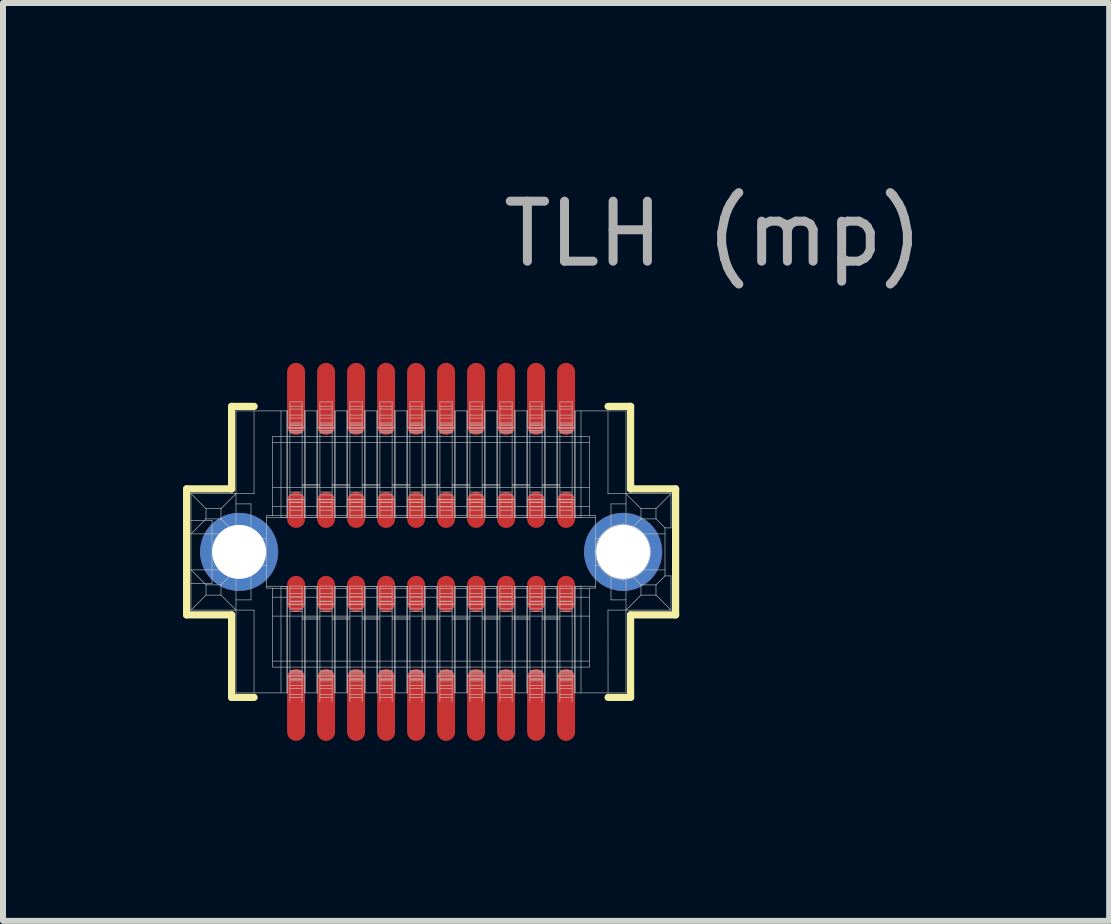
<source format=kicad_pcb>
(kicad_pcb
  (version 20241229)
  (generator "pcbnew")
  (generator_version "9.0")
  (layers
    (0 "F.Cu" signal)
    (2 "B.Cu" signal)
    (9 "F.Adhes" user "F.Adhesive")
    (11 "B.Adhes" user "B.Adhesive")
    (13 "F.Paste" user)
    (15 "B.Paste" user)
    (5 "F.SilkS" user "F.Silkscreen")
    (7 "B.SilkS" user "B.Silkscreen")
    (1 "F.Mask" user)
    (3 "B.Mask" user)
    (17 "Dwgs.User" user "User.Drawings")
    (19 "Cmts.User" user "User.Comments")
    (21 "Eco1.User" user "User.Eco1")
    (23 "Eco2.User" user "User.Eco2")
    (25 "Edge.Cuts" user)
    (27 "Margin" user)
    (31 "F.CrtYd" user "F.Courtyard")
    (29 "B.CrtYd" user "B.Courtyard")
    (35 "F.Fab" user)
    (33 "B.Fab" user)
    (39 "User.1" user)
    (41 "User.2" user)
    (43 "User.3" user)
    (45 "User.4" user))
  (footprint "TLH (mp)"
    (layer "F.Cu")
    (at 4.135 6.148)
    (property "Reference" "TLH (mp)" (at 4.7 -5.3 0) (layer "F.Fab") (effects (font (size 1 1) (thickness 0.15))))
    (attr through_hole)
    (fp_line (start -4.075 -1.05) (end -3.325 -1.05) (stroke (width 0.12) (type solid)) (layer "F.SilkS"))
    (fp_line (start -4.075 1.05) (end -4.075 -1.05) (stroke (width 0.12) (type solid)) (layer "F.SilkS"))
    (fp_line (start -3.325 -2.425) (end -2.95 -2.425) (stroke (width 0.12) (type solid)) (layer "F.SilkS"))
    (fp_line (start -3.325 -1.05) (end -3.325 -2.425) (stroke (width 0.12) (type solid)) (layer "F.SilkS"))
    (fp_line (start -3.325 1.05) (end -4.075 1.05) (stroke (width 0.12) (type solid)) (layer "F.SilkS"))
    (fp_line (start -3.325 2.425) (end -3.325 1.05) (stroke (width 0.12) (type solid)) (layer "F.SilkS"))
    (fp_line (start -3.3 2.425) (end -3.325 2.425) (stroke (width 0.12) (type solid)) (layer "F.SilkS"))
    (fp_line (start -2.95 2.425) (end -3.3 2.425) (stroke (width 0.12) (type solid)) (layer "F.SilkS"))
    (fp_line (start 2.95 -2.425) (end 3.3 -2.425) (stroke (width 0.12) (type solid)) (layer "F.SilkS"))
    (fp_line (start 3.3 -2.425) (end 3.325 -2.425) (stroke (width 0.12) (type solid)) (layer "F.SilkS"))
    (fp_line (start 3.325 -2.425) (end 3.325 -1.05) (stroke (width 0.12) (type solid)) (layer "F.SilkS"))
    (fp_line (start 3.325 -1.05) (end 4.075 -1.05) (stroke (width 0.12) (type solid)) (layer "F.SilkS"))
    (fp_line (start 3.325 1.05) (end 3.325 2.425) (stroke (width 0.12) (type solid)) (layer "F.SilkS"))
    (fp_line (start 3.325 2.425) (end 2.95 2.425) (stroke (width 0.12) (type solid)) (layer "F.SilkS"))
    (fp_line (start 4.075 -1.05) (end 4.075 1.05) (stroke (width 0.12) (type solid)) (layer "F.SilkS"))
    (fp_line (start 4.075 1.05) (end 3.325 1.05) (stroke (width 0.12) (type solid)) (layer "F.SilkS"))
    (fp_line (start -4.002 -0.97) (end -3.751 -0.72) (stroke (width 0.01) (type solid)) (layer "Dwgs.User"))
    (fp_line (start -4.002 0.3) (end -3.751 0.55) (stroke (width 0.01) (type solid)) (layer "Dwgs.User"))
    (fp_line (start -4.002 0.525) (end -3.651 0.525) (stroke (width 0.01) (type solid)) (layer "Dwgs.User"))
    (fp_line (start -4.002 0.97) (end -4.002 -0.97) (stroke (width 0.01) (type solid)) (layer "Dwgs.User"))
    (fp_line (start -3.752 -0.55) (end -4.002 -0.3) (stroke (width 0.01) (type solid)) (layer "Dwgs.User"))
    (fp_line (start -3.752 -0.55) (end -3.751 -0.72) (stroke (width 0.01) (type solid)) (layer "Dwgs.User"))
    (fp_line (start -3.752 0.72) (end -4.002 0.97) (stroke (width 0.01) (type solid)) (layer "Dwgs.User"))
    (fp_line (start -3.752 0.72) (end -3.751 0.55) (stroke (width 0.01) (type solid)) (layer "Dwgs.User"))
    (fp_line (start -3.651 -0.525) (end -4.002 -0.525) (stroke (width 0.01) (type solid)) (layer "Dwgs.User"))
    (fp_line (start -3.651 0.525) (end -3.651 -0.525) (stroke (width 0.01) (type solid)) (layer "Dwgs.User"))
    (fp_line (start -3.517 -0.1) (end -2.886 -0.1) (stroke (width 0.01) (type solid)) (layer "Dwgs.User"))
    (fp_line (start -3.517 0.1) (end -2.886 0.1) (stroke (width 0.01) (type solid)) (layer "Dwgs.User"))
    (fp_line (start -3.502 -0.72) (end -3.751 -0.72) (stroke (width 0.01) (type solid)) (layer "Dwgs.User"))
    (fp_line (start -3.502 -0.72) (end -3.502 -0.55) (stroke (width 0.01) (type solid)) (layer "Dwgs.User"))
    (fp_line (start -3.502 -0.72) (end -3.252 -0.97) (stroke (width 0.01) (type solid)) (layer "Dwgs.User"))
    (fp_line (start -3.502 -0.55) (end -3.752 -0.55) (stroke (width 0.01) (type solid)) (layer "Dwgs.User"))
    (fp_line (start -3.502 -0.1) (end -3.502 0.1) (stroke (width 0.01) (type solid)) (layer "Dwgs.User"))
    (fp_line (start -3.502 0.55) (end -3.751 0.55) (stroke (width 0.01) (type solid)) (layer "Dwgs.User"))
    (fp_line (start -3.502 0.55) (end -3.502 0.72) (stroke (width 0.01) (type solid)) (layer "Dwgs.User"))
    (fp_line (start -3.502 0.55) (end -3.252 0.3) (stroke (width 0.01) (type solid)) (layer "Dwgs.User"))
    (fp_line (start -3.502 0.72) (end -3.752 0.72) (stroke (width 0.01) (type solid)) (layer "Dwgs.User"))
    (fp_line (start -3.252 -2.35) (end -3.252 2.35) (stroke (width 0.01) (type solid)) (layer "Dwgs.User"))
    (fp_line (start -3.252 -2.35) (end -2.392 -2.35) (stroke (width 0.01) (type solid)) (layer "Dwgs.User"))
    (fp_line (start -3.252 -0.8) (end -3.002 -0.8) (stroke (width 0.01) (type solid)) (layer "Dwgs.User"))
    (fp_line (start -3.252 -0.3) (end -4.002 -0.3) (stroke (width 0.01) (type solid)) (layer "Dwgs.User"))
    (fp_line (start -3.252 -0.3) (end -3.502 -0.55) (stroke (width 0.01) (type solid)) (layer "Dwgs.User"))
    (fp_line (start -3.252 0.3) (end -4.002 0.3) (stroke (width 0.01) (type solid)) (layer "Dwgs.User"))
    (fp_line (start -3.252 0.97) (end -3.502 0.72) (stroke (width 0.01) (type solid)) (layer "Dwgs.User"))
    (fp_line (start -3.252 2.35) (end -2.392 2.35) (stroke (width 0.01) (type solid)) (layer "Dwgs.User"))
    (fp_line (start -3.201 0.415) (end -3.201 -0.415) (stroke (width 0.01) (type solid)) (layer "Dwgs.User"))
    (fp_line (start -3.002 -0.225) (end -3.002 -0.8) (stroke (width 0.01) (type solid)) (layer "Dwgs.User"))
    (fp_line (start -3.002 0.8) (end -3.252 0.8) (stroke (width 0.01) (type solid)) (layer "Dwgs.User"))
    (fp_line (start -3.002 0.8) (end -3.002 0.225) (stroke (width 0.01) (type solid)) (layer "Dwgs.User"))
    (fp_line (start -2.951 -0.97) (end -4.002 -0.97) (stroke (width 0.01) (type solid)) (layer "Dwgs.User"))
    (fp_line (start -2.951 -0.97) (end -2.951 -2.35) (stroke (width 0.01) (type solid)) (layer "Dwgs.User"))
    (fp_line (start -2.951 0.97) (end -4.002 0.97) (stroke (width 0.01) (type solid)) (layer "Dwgs.User"))
    (fp_line (start -2.951 0.97) (end -2.951 2.35) (stroke (width 0.01) (type solid)) (layer "Dwgs.User"))
    (fp_line (start -2.901 0.1) (end -2.901 -0.1) (stroke (width 0.01) (type solid)) (layer "Dwgs.User"))
    (fp_line (start -2.741 -0.604) (end -2.741 0.604) (stroke (width 0.01) (type solid)) (layer "Dwgs.User"))
    (fp_line (start -2.741 -0.225) (end -3.252 -0.225) (stroke (width 0.01) (type solid)) (layer "Dwgs.User"))
    (fp_line (start -2.741 0.225) (end -3.252 0.225) (stroke (width 0.01) (type solid)) (layer "Dwgs.User"))
    (fp_line (start -2.741 0.604) (end -2.642 0.604) (stroke (width 0.01) (type solid)) (layer "Dwgs.User"))
    (fp_line (start -2.642 -1.92) (end -2.642 -0.604) (stroke (width 0.01) (type solid)) (layer "Dwgs.User"))
    (fp_line (start -2.642 -0.604) (end -2.741 -0.604) (stroke (width 0.01) (type solid)) (layer "Dwgs.User"))
    (fp_line (start -2.642 0.604) (end -2.642 1.92) (stroke (width 0.01) (type solid)) (layer "Dwgs.User"))
    (fp_line (start -2.502 -0.573) (end -2.741 -0.573) (stroke (width 0.01) (type solid)) (layer "Dwgs.User"))
    (fp_line (start -2.502 -0.573) (end -2.502 -2.35) (stroke (width 0.01) (type solid)) (layer "Dwgs.User"))
    (fp_line (start -2.502 0.573) (end -2.741 0.573) (stroke (width 0.01) (type solid)) (layer "Dwgs.User"))
    (fp_line (start -2.502 0.573) (end -2.493 0.573) (stroke (width 0.01) (type solid)) (layer "Dwgs.User"))
    (fp_line (start -2.502 2.35) (end -2.502 0.573) (stroke (width 0.01) (type solid)) (layer "Dwgs.User"))
    (fp_line (start -2.498 -0.573) (end -2.502 -0.573) (stroke (width 0.01) (type solid)) (layer "Dwgs.User"))
    (fp_line (start -2.493 0.573) (end -2.484 0.573) (stroke (width 0.01) (type solid)) (layer "Dwgs.User"))
    (fp_line (start -2.489 -0.573) (end -2.498 -0.573) (stroke (width 0.01) (type solid)) (layer "Dwgs.User"))
    (fp_line (start -2.484 0.573) (end -2.476 0.573) (stroke (width 0.01) (type solid)) (layer "Dwgs.User"))
    (fp_line (start -2.481 -0.573) (end -2.489 -0.573) (stroke (width 0.01) (type solid)) (layer "Dwgs.User"))
    (fp_line (start -2.476 0.573) (end -2.467 0.573) (stroke (width 0.01) (type solid)) (layer "Dwgs.User"))
    (fp_line (start -2.472 -0.573) (end -2.481 -0.573) (stroke (width 0.01) (type solid)) (layer "Dwgs.User"))
    (fp_line (start -2.467 0.573) (end -2.459 0.573) (stroke (width 0.01) (type solid)) (layer "Dwgs.User"))
    (fp_line (start -2.464 -0.573) (end -2.472 -0.573) (stroke (width 0.01) (type solid)) (layer "Dwgs.User"))
    (fp_line (start -2.459 0.573) (end -2.451 0.573) (stroke (width 0.01) (type solid)) (layer "Dwgs.User"))
    (fp_line (start -2.456 -0.573) (end -2.464 -0.573) (stroke (width 0.01) (type solid)) (layer "Dwgs.User"))
    (fp_line (start -2.451 0.573) (end -2.444 0.574) (stroke (width 0.01) (type solid)) (layer "Dwgs.User"))
    (fp_line (start -2.449 -0.574) (end -2.456 -0.573) (stroke (width 0.01) (type solid)) (layer "Dwgs.User"))
    (fp_line (start -2.444 0.574) (end -2.437 0.574) (stroke (width 0.01) (type solid)) (layer "Dwgs.User"))
    (fp_line (start -2.441 -0.574) (end -2.449 -0.574) (stroke (width 0.01) (type solid)) (layer "Dwgs.User"))
    (fp_line (start -2.437 0.574) (end -2.431 0.574) (stroke (width 0.01) (type solid)) (layer "Dwgs.User"))
    (fp_line (start -2.435 -0.574) (end -2.441 -0.574) (stroke (width 0.01) (type solid)) (layer "Dwgs.User"))
    (fp_line (start -2.431 0.574) (end -2.425 0.574) (stroke (width 0.01) (type solid)) (layer "Dwgs.User"))
    (fp_line (start -2.428 -0.574) (end -2.435 -0.574) (stroke (width 0.01) (type solid)) (layer "Dwgs.User"))
    (fp_line (start -2.425 0.574) (end -2.42 0.574) (stroke (width 0.01) (type solid)) (layer "Dwgs.User"))
    (fp_line (start -2.423 -0.574) (end -2.428 -0.574) (stroke (width 0.01) (type solid)) (layer "Dwgs.User"))
    (fp_line (start -2.42 0.574) (end -2.415 0.575) (stroke (width 0.01) (type solid)) (layer "Dwgs.User"))
    (fp_line (start -2.418 -0.575) (end -2.423 -0.574) (stroke (width 0.01) (type solid)) (layer "Dwgs.User"))
    (fp_line (start -2.415 0.575) (end -2.411 0.575) (stroke (width 0.01) (type solid)) (layer "Dwgs.User"))
    (fp_line (start -2.413 -0.575) (end -2.418 -0.575) (stroke (width 0.01) (type solid)) (layer "Dwgs.User"))
    (fp_line (start -2.411 0.575) (end -2.408 0.575) (stroke (width 0.01) (type solid)) (layer "Dwgs.User"))
    (fp_line (start -2.409 -0.575) (end -2.413 -0.575) (stroke (width 0.01) (type solid)) (layer "Dwgs.User"))
    (fp_line (start -2.408 0.575) (end -2.405 0.576) (stroke (width 0.01) (type solid)) (layer "Dwgs.User"))
    (fp_line (start -2.406 -0.575) (end -2.409 -0.575) (stroke (width 0.01) (type solid)) (layer "Dwgs.User"))
    (fp_line (start -2.405 0.576) (end -2.404 0.576) (stroke (width 0.01) (type solid)) (layer "Dwgs.User"))
    (fp_line (start -2.404 -0.576) (end -2.406 -0.575) (stroke (width 0.01) (type solid)) (layer "Dwgs.User"))
    (fp_line (start -2.404 -0.576) (end -2.404 -2.35) (stroke (width 0.01) (type solid)) (layer "Dwgs.User"))
    (fp_line (start -2.404 -0.576) (end -2.392 -0.578) (stroke (width 0.01) (type solid)) (layer "Dwgs.User"))
    (fp_line (start -2.404 2.35) (end -2.404 0.576) (stroke (width 0.01) (type solid)) (layer "Dwgs.User"))
    (fp_line (start -2.392 -2.35) (end -2.392 -2.07) (stroke (width 0.01) (type solid)) (layer "Dwgs.User"))
    (fp_line (start -2.392 -2.07) (end -2.111 -2.07) (stroke (width 0.01) (type solid)) (layer "Dwgs.User"))
    (fp_line (start -2.392 -0.87) (end -2.392 -2.07) (stroke (width 0.01) (type solid)) (layer "Dwgs.User"))
    (fp_line (start -2.392 -0.87) (end -2.392 -0.578) (stroke (width 0.01) (type solid)) (layer "Dwgs.User"))
    (fp_line (start -2.392 -0.755) (end -2.641 -0.755) (stroke (width 0.01) (type solid)) (layer "Dwgs.User"))
    (fp_line (start -2.392 -0.607) (end -2.641 -0.607) (stroke (width 0.01) (type solid)) (layer "Dwgs.User"))
    (fp_line (start -2.392 0.578) (end -2.404 0.576) (stroke (width 0.01) (type solid)) (layer "Dwgs.User"))
    (fp_line (start -2.392 0.578) (end -2.392 0.87) (stroke (width 0.01) (type solid)) (layer "Dwgs.User"))
    (fp_line (start -2.392 0.608) (end -2.641 0.608) (stroke (width 0.01) (type solid)) (layer "Dwgs.User"))
    (fp_line (start -2.392 0.755) (end -2.641 0.755) (stroke (width 0.01) (type solid)) (layer "Dwgs.User"))
    (fp_line (start -2.392 0.87) (end -2.111 0.87) (stroke (width 0.01) (type solid)) (layer "Dwgs.User"))
    (fp_line (start -2.392 2.07) (end -2.392 0.87) (stroke (width 0.01) (type solid)) (layer "Dwgs.User"))
    (fp_line (start -2.392 2.07) (end -2.392 2.35) (stroke (width 0.01) (type solid)) (layer "Dwgs.User"))
    (fp_line (start -2.353 -2.5) (end -2.353 -2.07) (stroke (width 0.01) (type solid)) (layer "Dwgs.User"))
    (fp_line (start -2.353 -2.5) (end -2.15 -2.5) (stroke (width 0.01) (type solid)) (layer "Dwgs.User"))
    (fp_line (start -2.353 -2.428) (end -2.15 -2.428) (stroke (width 0.01) (type solid)) (layer "Dwgs.User"))
    (fp_line (start -2.353 -2.38) (end -2.15 -2.38) (stroke (width 0.01) (type solid)) (layer "Dwgs.User"))
    (fp_line (start -2.353 -2.28) (end -2.15 -2.28) (stroke (width 0.01) (type solid)) (layer "Dwgs.User"))
    (fp_line (start -2.353 -2.23) (end -2.15 -2.23) (stroke (width 0.01) (type solid)) (layer "Dwgs.User"))
    (fp_line (start -2.353 -2.15) (end -2.15 -2.15) (stroke (width 0.01) (type solid)) (layer "Dwgs.User"))
    (fp_line (start -2.353 -2.13) (end -2.15 -2.13) (stroke (width 0.01) (type solid)) (layer "Dwgs.User"))
    (fp_line (start -2.353 -2.106) (end -2.15 -2.106) (stroke (width 0.01) (type solid)) (layer "Dwgs.User"))
    (fp_line (start -2.353 -2.07) (end -2.353 -0.87) (stroke (width 0.01) (type solid)) (layer "Dwgs.User"))
    (fp_line (start -2.353 -2.054) (end -2.15 -2.054) (stroke (width 0.01) (type solid)) (layer "Dwgs.User"))
    (fp_line (start -2.353 -2.02) (end -2.15 -2.02) (stroke (width 0.01) (type solid)) (layer "Dwgs.User"))
    (fp_line (start -2.353 -2) (end -2.15 -2) (stroke (width 0.01) (type solid)) (layer "Dwgs.User"))
    (fp_line (start -2.353 -1.983) (end -2.15 -1.983) (stroke (width 0.01) (type solid)) (layer "Dwgs.User"))
    (fp_line (start -2.353 -0.997) (end -2.15 -0.997) (stroke (width 0.01) (type solid)) (layer "Dwgs.User"))
    (fp_line (start -2.353 -0.95) (end -2.15 -0.95) (stroke (width 0.01) (type solid)) (layer "Dwgs.User"))
    (fp_line (start -2.353 -0.874) (end -2.15 -0.874) (stroke (width 0.01) (type solid)) (layer "Dwgs.User"))
    (fp_line (start -2.353 -0.87) (end -2.353 -0.57) (stroke (width 0.01) (type solid)) (layer "Dwgs.User"))
    (fp_line (start -2.353 -0.832) (end -2.15 -0.832) (stroke (width 0.01) (type solid)) (layer "Dwgs.User"))
    (fp_line (start -2.353 -0.82) (end -2.15 -0.82) (stroke (width 0.01) (type solid)) (layer "Dwgs.User"))
    (fp_line (start -2.353 -0.753) (end -2.15 -0.753) (stroke (width 0.01) (type solid)) (layer "Dwgs.User"))
    (fp_line (start -2.353 -0.75) (end -2.15 -0.75) (stroke (width 0.01) (type solid)) (layer "Dwgs.User"))
    (fp_line (start -2.353 -0.695) (end -2.15 -0.695) (stroke (width 0.01) (type solid)) (layer "Dwgs.User"))
    (fp_line (start -2.353 -0.61) (end -2.15 -0.61) (stroke (width 0.01) (type solid)) (layer "Dwgs.User"))
    (fp_line (start -2.353 -0.57) (end -2.15 -0.57) (stroke (width 0.01) (type solid)) (layer "Dwgs.User"))
    (fp_line (start -2.353 0.57) (end -2.353 0.87) (stroke (width 0.01) (type solid)) (layer "Dwgs.User"))
    (fp_line (start -2.353 0.87) (end -2.353 2.07) (stroke (width 0.01) (type solid)) (layer "Dwgs.User"))
    (fp_line (start -2.353 2.07) (end -2.353 2.5) (stroke (width 0.01) (type solid)) (layer "Dwgs.User"))
    (fp_line (start -2.15 -2.07) (end -2.15 -2.5) (stroke (width 0.01) (type solid)) (layer "Dwgs.User"))
    (fp_line (start -2.15 -1.1) (end -1.853 -1.1) (stroke (width 0.01) (type solid)) (layer "Dwgs.User"))
    (fp_line (start -2.15 -0.87) (end -2.15 -2.07) (stroke (width 0.01) (type solid)) (layer "Dwgs.User"))
    (fp_line (start -2.15 -0.57) (end -2.15 -0.87) (stroke (width 0.01) (type solid)) (layer "Dwgs.User"))
    (fp_line (start -2.15 0.57) (end -2.353 0.57) (stroke (width 0.01) (type solid)) (layer "Dwgs.User"))
    (fp_line (start -2.15 0.61) (end -2.353 0.61) (stroke (width 0.01) (type solid)) (layer "Dwgs.User"))
    (fp_line (start -2.15 0.695) (end -2.353 0.695) (stroke (width 0.01) (type solid)) (layer "Dwgs.User"))
    (fp_line (start -2.15 0.75) (end -2.353 0.75) (stroke (width 0.01) (type solid)) (layer "Dwgs.User"))
    (fp_line (start -2.15 0.753) (end -2.353 0.753) (stroke (width 0.01) (type solid)) (layer "Dwgs.User"))
    (fp_line (start -2.15 0.82) (end -2.353 0.82) (stroke (width 0.01) (type solid)) (layer "Dwgs.User"))
    (fp_line (start -2.15 0.832) (end -2.353 0.832) (stroke (width 0.01) (type solid)) (layer "Dwgs.User"))
    (fp_line (start -2.15 0.87) (end -2.15 0.57) (stroke (width 0.01) (type solid)) (layer "Dwgs.User"))
    (fp_line (start -2.15 0.874) (end -2.353 0.874) (stroke (width 0.01) (type solid)) (layer "Dwgs.User"))
    (fp_line (start -2.15 0.95) (end -2.353 0.95) (stroke (width 0.01) (type solid)) (layer "Dwgs.User"))
    (fp_line (start -2.15 0.997) (end -2.353 0.997) (stroke (width 0.01) (type solid)) (layer "Dwgs.User"))
    (fp_line (start -2.15 1.12) (end -1.853 1.12) (stroke (width 0.01) (type solid)) (layer "Dwgs.User"))
    (fp_line (start -2.15 1.983) (end -2.353 1.983) (stroke (width 0.01) (type solid)) (layer "Dwgs.User"))
    (fp_line (start -2.15 2) (end -2.353 2) (stroke (width 0.01) (type solid)) (layer "Dwgs.User"))
    (fp_line (start -2.15 2.02) (end -2.353 2.02) (stroke (width 0.01) (type solid)) (layer "Dwgs.User"))
    (fp_line (start -2.15 2.054) (end -2.353 2.054) (stroke (width 0.01) (type solid)) (layer "Dwgs.User"))
    (fp_line (start -2.15 2.07) (end -2.15 0.87) (stroke (width 0.01) (type solid)) (layer "Dwgs.User"))
    (fp_line (start -2.15 2.106) (end -2.353 2.106) (stroke (width 0.01) (type solid)) (layer "Dwgs.User"))
    (fp_line (start -2.15 2.13) (end -2.353 2.13) (stroke (width 0.01) (type solid)) (layer "Dwgs.User"))
    (fp_line (start -2.15 2.15) (end -2.353 2.15) (stroke (width 0.01) (type solid)) (layer "Dwgs.User"))
    (fp_line (start -2.15 2.23) (end -2.353 2.23) (stroke (width 0.01) (type solid)) (layer "Dwgs.User"))
    (fp_line (start -2.15 2.28) (end -2.353 2.28) (stroke (width 0.01) (type solid)) (layer "Dwgs.User"))
    (fp_line (start -2.15 2.38) (end -2.353 2.38) (stroke (width 0.01) (type solid)) (layer "Dwgs.User"))
    (fp_line (start -2.15 2.428) (end -2.353 2.428) (stroke (width 0.01) (type solid)) (layer "Dwgs.User"))
    (fp_line (start -2.15 2.5) (end -2.15 2.07) (stroke (width 0.01) (type solid)) (layer "Dwgs.User"))
    (fp_line (start -2.111 -0.87) (end -2.392 -0.87) (stroke (width 0.01) (type solid)) (layer "Dwgs.User"))
    (fp_line (start -2.111 -0.87) (end -2.111 -2.07) (stroke (width 0.01) (type solid)) (layer "Dwgs.User"))
    (fp_line (start -2.111 -0.578) (end -2.111 -0.87) (stroke (width 0.01) (type solid)) (layer "Dwgs.User"))
    (fp_line (start -2.111 -0.578) (end -2.099 -0.576) (stroke (width 0.01) (type solid)) (layer "Dwgs.User"))
    (fp_line (start -2.111 2.07) (end -2.392 2.07) (stroke (width 0.01) (type solid)) (layer "Dwgs.User"))
    (fp_line (start -2.111 2.07) (end -2.111 0.87) (stroke (width 0.01) (type solid)) (layer "Dwgs.User"))
    (fp_line (start -2.111 2.35) (end -2.111 2.07) (stroke (width 0.01) (type solid)) (layer "Dwgs.User"))
    (fp_line (start -2.111 -2.35) (end -1.891 -2.35) (stroke (width 0.01) (type solid)) (layer "Dwgs.User"))
    (fp_line (start -2.111 -2.07) (end -2.111 -2.35) (stroke (width 0.01) (type solid)) (layer "Dwgs.User"))
    (fp_line (start -2.111 0.87) (end -2.111 0.578) (stroke (width 0.01) (type solid)) (layer "Dwgs.User"))
    (fp_line (start -2.099 -0.576) (end -2.099 -2.35) (stroke (width 0.01) (type solid)) (layer "Dwgs.User"))
    (fp_line (start -2.099 0.576) (end -2.111 0.578) (stroke (width 0.01) (type solid)) (layer "Dwgs.User"))
    (fp_line (start -2.099 0.576) (end -2.097 0.575) (stroke (width 0.01) (type solid)) (layer "Dwgs.User"))
    (fp_line (start -2.099 2.35) (end -2.099 0.576) (stroke (width 0.01) (type solid)) (layer "Dwgs.User"))
    (fp_line (start -2.097 -0.575) (end -2.099 -0.576) (stroke (width 0.01) (type solid)) (layer "Dwgs.User"))
    (fp_line (start -2.097 0.575) (end -2.094 0.575) (stroke (width 0.01) (type solid)) (layer "Dwgs.User"))
    (fp_line (start -2.094 -0.575) (end -2.097 -0.575) (stroke (width 0.01) (type solid)) (layer "Dwgs.User"))
    (fp_line (start -2.094 0.575) (end -2.09 0.575) (stroke (width 0.01) (type solid)) (layer "Dwgs.User"))
    (fp_line (start -2.091 -0.575) (end -2.094 -0.575) (stroke (width 0.01) (type solid)) (layer "Dwgs.User"))
    (fp_line (start -2.09 0.575) (end -2.085 0.575) (stroke (width 0.01) (type solid)) (layer "Dwgs.User"))
    (fp_line (start -2.086 -0.575) (end -2.091 -0.575) (stroke (width 0.01) (type solid)) (layer "Dwgs.User"))
    (fp_line (start -2.085 0.575) (end -2.08 0.574) (stroke (width 0.01) (type solid)) (layer "Dwgs.User"))
    (fp_line (start -2.081 -0.574) (end -2.086 -0.575) (stroke (width 0.01) (type solid)) (layer "Dwgs.User"))
    (fp_line (start -2.08 0.574) (end -2.075 0.574) (stroke (width 0.01) (type solid)) (layer "Dwgs.User"))
    (fp_line (start -2.076 -0.574) (end -2.081 -0.574) (stroke (width 0.01) (type solid)) (layer "Dwgs.User"))
    (fp_line (start -2.075 0.574) (end -2.068 0.574) (stroke (width 0.01) (type solid)) (layer "Dwgs.User"))
    (fp_line (start -2.07 -0.574) (end -2.076 -0.574) (stroke (width 0.01) (type solid)) (layer "Dwgs.User"))
    (fp_line (start -2.068 0.574) (end -2.062 0.574) (stroke (width 0.01) (type solid)) (layer "Dwgs.User"))
    (fp_line (start -2.063 -0.574) (end -2.07 -0.574) (stroke (width 0.01) (type solid)) (layer "Dwgs.User"))
    (fp_line (start -2.062 0.574) (end -2.054 0.574) (stroke (width 0.01) (type solid)) (layer "Dwgs.User"))
    (fp_line (start -2.056 -0.574) (end -2.063 -0.574) (stroke (width 0.01) (type solid)) (layer "Dwgs.User"))
    (fp_line (start -2.054 0.574) (end -2.047 0.573) (stroke (width 0.01) (type solid)) (layer "Dwgs.User"))
    (fp_line (start -2.048 -0.573) (end -2.056 -0.574) (stroke (width 0.01) (type solid)) (layer "Dwgs.User"))
    (fp_line (start -2.047 0.573) (end -2.039 0.573) (stroke (width 0.01) (type solid)) (layer "Dwgs.User"))
    (fp_line (start -2.041 -0.573) (end -2.048 -0.573) (stroke (width 0.01) (type solid)) (layer "Dwgs.User"))
    (fp_line (start -2.039 0.573) (end -2.031 0.573) (stroke (width 0.01) (type solid)) (layer "Dwgs.User"))
    (fp_line (start -2.032 -0.573) (end -2.041 -0.573) (stroke (width 0.01) (type solid)) (layer "Dwgs.User"))
    (fp_line (start -2.031 0.573) (end -2.022 0.573) (stroke (width 0.01) (type solid)) (layer "Dwgs.User"))
    (fp_line (start -2.024 -0.573) (end -2.032 -0.573) (stroke (width 0.01) (type solid)) (layer "Dwgs.User"))
    (fp_line (start -2.022 0.573) (end -2.014 0.573) (stroke (width 0.01) (type solid)) (layer "Dwgs.User"))
    (fp_line (start -2.015 -0.573) (end -2.024 -0.573) (stroke (width 0.01) (type solid)) (layer "Dwgs.User"))
    (fp_line (start -2.014 0.573) (end -2.005 0.573) (stroke (width 0.01) (type solid)) (layer "Dwgs.User"))
    (fp_line (start -2.007 -0.573) (end -2.015 -0.573) (stroke (width 0.01) (type solid)) (layer "Dwgs.User"))
    (fp_line (start -2.005 0.573) (end -1.996 0.573) (stroke (width 0.01) (type solid)) (layer "Dwgs.User"))
    (fp_line (start -1.998 -0.573) (end -2.007 -0.573) (stroke (width 0.01) (type solid)) (layer "Dwgs.User"))
    (fp_line (start -1.996 0.573) (end -1.988 0.573) (stroke (width 0.01) (type solid)) (layer "Dwgs.User"))
    (fp_line (start -1.989 -0.573) (end -1.998 -0.573) (stroke (width 0.01) (type solid)) (layer "Dwgs.User"))
    (fp_line (start -1.988 0.573) (end -1.979 0.573) (stroke (width 0.01) (type solid)) (layer "Dwgs.User"))
    (fp_line (start -1.981 -0.573) (end -1.989 -0.573) (stroke (width 0.01) (type solid)) (layer "Dwgs.User"))
    (fp_line (start -1.979 0.573) (end -1.971 0.573) (stroke (width 0.01) (type solid)) (layer "Dwgs.User"))
    (fp_line (start -1.972 -0.573) (end -1.981 -0.573) (stroke (width 0.01) (type solid)) (layer "Dwgs.User"))
    (fp_line (start -1.971 0.573) (end -1.962 0.573) (stroke (width 0.01) (type solid)) (layer "Dwgs.User"))
    (fp_line (start -1.964 -0.573) (end -1.972 -0.573) (stroke (width 0.01) (type solid)) (layer "Dwgs.User"))
    (fp_line (start -1.962 0.573) (end -1.955 0.573) (stroke (width 0.01) (type solid)) (layer "Dwgs.User"))
    (fp_line (start -1.956 -0.573) (end -1.964 -0.573) (stroke (width 0.01) (type solid)) (layer "Dwgs.User"))
    (fp_line (start -1.955 0.573) (end -1.947 0.574) (stroke (width 0.01) (type solid)) (layer "Dwgs.User"))
    (fp_line (start -1.949 -0.574) (end -1.956 -0.573) (stroke (width 0.01) (type solid)) (layer "Dwgs.User"))
    (fp_line (start -1.947 0.574) (end -1.94 0.574) (stroke (width 0.01) (type solid)) (layer "Dwgs.User"))
    (fp_line (start -1.941 -0.574) (end -1.949 -0.574) (stroke (width 0.01) (type solid)) (layer "Dwgs.User"))
    (fp_line (start -1.94 0.574) (end -1.933 0.574) (stroke (width 0.01) (type solid)) (layer "Dwgs.User"))
    (fp_line (start -1.935 -0.574) (end -1.941 -0.574) (stroke (width 0.01) (type solid)) (layer "Dwgs.User"))
    (fp_line (start -1.933 0.574) (end -1.927 0.574) (stroke (width 0.01) (type solid)) (layer "Dwgs.User"))
    (fp_line (start -1.928 -0.574) (end -1.935 -0.574) (stroke (width 0.01) (type solid)) (layer "Dwgs.User"))
    (fp_line (start -1.927 0.574) (end -1.922 0.574) (stroke (width 0.01) (type solid)) (layer "Dwgs.User"))
    (fp_line (start -1.923 -0.574) (end -1.928 -0.574) (stroke (width 0.01) (type solid)) (layer "Dwgs.User"))
    (fp_line (start -1.922 0.574) (end -1.917 0.575) (stroke (width 0.01) (type solid)) (layer "Dwgs.User"))
    (fp_line (start -1.918 -0.575) (end -1.923 -0.574) (stroke (width 0.01) (type solid)) (layer "Dwgs.User"))
    (fp_line (start -1.917 0.575) (end -1.912 0.575) (stroke (width 0.01) (type solid)) (layer "Dwgs.User"))
    (fp_line (start -1.913 -0.575) (end -1.918 -0.575) (stroke (width 0.01) (type solid)) (layer "Dwgs.User"))
    (fp_line (start -1.912 0.575) (end -1.909 0.575) (stroke (width 0.01) (type solid)) (layer "Dwgs.User"))
    (fp_line (start -1.909 -0.575) (end -1.913 -0.575) (stroke (width 0.01) (type solid)) (layer "Dwgs.User"))
    (fp_line (start -1.909 0.575) (end -1.906 0.575) (stroke (width 0.01) (type solid)) (layer "Dwgs.User"))
    (fp_line (start -1.906 -0.575) (end -1.909 -0.575) (stroke (width 0.01) (type solid)) (layer "Dwgs.User"))
    (fp_line (start -1.906 0.575) (end -1.904 0.576) (stroke (width 0.01) (type solid)) (layer "Dwgs.User"))
    (fp_line (start -1.904 -0.576) (end -1.906 -0.575) (stroke (width 0.01) (type solid)) (layer "Dwgs.User"))
    (fp_line (start -1.904 -0.576) (end -1.904 -2.35) (stroke (width 0.01) (type solid)) (layer "Dwgs.User"))
    (fp_line (start -1.904 -0.576) (end -1.891 -0.578) (stroke (width 0.01) (type solid)) (layer "Dwgs.User"))
    (fp_line (start -1.904 2.35) (end -1.904 0.576) (stroke (width 0.01) (type solid)) (layer "Dwgs.User"))
    (fp_line (start -1.891 -2.35) (end -1.891 -2.07) (stroke (width 0.01) (type solid)) (layer "Dwgs.User"))
    (fp_line (start -1.891 -2.07) (end -1.611 -2.07) (stroke (width 0.01) (type solid)) (layer "Dwgs.User"))
    (fp_line (start -1.891 -0.87) (end -1.891 -2.07) (stroke (width 0.01) (type solid)) (layer "Dwgs.User"))
    (fp_line (start -1.891 -0.87) (end -1.891 -0.578) (stroke (width 0.01) (type solid)) (layer "Dwgs.User"))
    (fp_line (start -1.891 -0.755) (end -2.111 -0.755) (stroke (width 0.01) (type solid)) (layer "Dwgs.User"))
    (fp_line (start -1.891 -0.607) (end -2.111 -0.607) (stroke (width 0.01) (type solid)) (layer "Dwgs.User"))
    (fp_line (start -1.891 0.578) (end -1.904 0.576) (stroke (width 0.01) (type solid)) (layer "Dwgs.User"))
    (fp_line (start -1.891 0.578) (end -1.891 0.87) (stroke (width 0.01) (type solid)) (layer "Dwgs.User"))
    (fp_line (start -1.891 0.608) (end -2.111 0.608) (stroke (width 0.01) (type solid)) (layer "Dwgs.User"))
    (fp_line (start -1.891 0.755) (end -2.111 0.755) (stroke (width 0.01) (type solid)) (layer "Dwgs.User"))
    (fp_line (start -1.891 0.87) (end -1.611 0.87) (stroke (width 0.01) (type solid)) (layer "Dwgs.User"))
    (fp_line (start -1.891 2.07) (end -1.891 0.87) (stroke (width 0.01) (type solid)) (layer "Dwgs.User"))
    (fp_line (start -1.891 2.07) (end -1.891 2.35) (stroke (width 0.01) (type solid)) (layer "Dwgs.User"))
    (fp_line (start -1.891 2.35) (end -2.111 2.35) (stroke (width 0.01) (type solid)) (layer "Dwgs.User"))
    (fp_line (start -1.853 -2.5) (end -1.853 -2.07) (stroke (width 0.01) (type solid)) (layer "Dwgs.User"))
    (fp_line (start -1.853 -2.5) (end -1.65 -2.5) (stroke (width 0.01) (type solid)) (layer "Dwgs.User"))
    (fp_line (start -1.853 -2.428) (end -1.65 -2.428) (stroke (width 0.01) (type solid)) (layer "Dwgs.User"))
    (fp_line (start -1.853 -2.38) (end -1.65 -2.38) (stroke (width 0.01) (type solid)) (layer "Dwgs.User"))
    (fp_line (start -1.853 -2.28) (end -1.65 -2.28) (stroke (width 0.01) (type solid)) (layer "Dwgs.User"))
    (fp_line (start -1.853 -2.23) (end -1.65 -2.23) (stroke (width 0.01) (type solid)) (layer "Dwgs.User"))
    (fp_line (start -1.853 -2.15) (end -1.65 -2.15) (stroke (width 0.01) (type solid)) (layer "Dwgs.User"))
    (fp_line (start -1.853 -2.13) (end -1.65 -2.13) (stroke (width 0.01) (type solid)) (layer "Dwgs.User"))
    (fp_line (start -1.853 -2.106) (end -1.65 -2.106) (stroke (width 0.01) (type solid)) (layer "Dwgs.User"))
    (fp_line (start -1.853 -2.07) (end -1.853 -0.87) (stroke (width 0.01) (type solid)) (layer "Dwgs.User"))
    (fp_line (start -1.853 -2.054) (end -1.65 -2.054) (stroke (width 0.01) (type solid)) (layer "Dwgs.User"))
    (fp_line (start -1.853 -2.02) (end -1.65 -2.02) (stroke (width 0.01) (type solid)) (layer "Dwgs.User"))
    (fp_line (start -1.853 -2) (end -1.65 -2) (stroke (width 0.01) (type solid)) (layer "Dwgs.User"))
    (fp_line (start -1.853 -1.983) (end -1.65 -1.983) (stroke (width 0.01) (type solid)) (layer "Dwgs.User"))
    (fp_line (start -1.853 -1.12) (end -2.15 -1.12) (stroke (width 0.01) (type solid)) (layer "Dwgs.User"))
    (fp_line (start -1.853 -0.61) (end -1.65 -0.61) (stroke (width 0.01) (type solid)) (layer "Dwgs.User"))
    (fp_line (start -1.853 -0.57) (end -1.65 -0.57) (stroke (width 0.01) (type solid)) (layer "Dwgs.User"))
    (fp_line (start -1.853 0.57) (end -1.853 0.87) (stroke (width 0.01) (type solid)) (layer "Dwgs.User"))
    (fp_line (start -1.853 0.87) (end -1.853 2.07) (stroke (width 0.01) (type solid)) (layer "Dwgs.User"))
    (fp_line (start -1.853 1.1) (end -2.15 1.1) (stroke (width 0.01) (type solid)) (layer "Dwgs.User"))
    (fp_line (start -1.853 2.07) (end -1.853 2.5) (stroke (width 0.01) (type solid)) (layer "Dwgs.User"))
    (fp_line (start -1.853 -0.997) (end -1.65 -0.997) (stroke (width 0.01) (type solid)) (layer "Dwgs.User"))
    (fp_line (start -1.853 -0.95) (end -1.65 -0.95) (stroke (width 0.01) (type solid)) (layer "Dwgs.User"))
    (fp_line (start -1.853 -0.874) (end -1.65 -0.874) (stroke (width 0.01) (type solid)) (layer "Dwgs.User"))
    (fp_line (start -1.853 -0.87) (end -1.853 -0.57) (stroke (width 0.01) (type solid)) (layer "Dwgs.User"))
    (fp_line (start -1.853 -0.832) (end -1.65 -0.832) (stroke (width 0.01) (type solid)) (layer "Dwgs.User"))
    (fp_line (start -1.853 -0.82) (end -1.65 -0.82) (stroke (width 0.01) (type solid)) (layer "Dwgs.User"))
    (fp_line (start -1.853 -0.753) (end -1.65 -0.753) (stroke (width 0.01) (type solid)) (layer "Dwgs.User"))
    (fp_line (start -1.853 -0.75) (end -1.65 -0.75) (stroke (width 0.01) (type solid)) (layer "Dwgs.User"))
    (fp_line (start -1.853 -0.695) (end -1.65 -0.695) (stroke (width 0.01) (type solid)) (layer "Dwgs.User"))
    (fp_line (start -1.65 0.57) (end -1.853 0.57) (stroke (width 0.01) (type solid)) (layer "Dwgs.User"))
    (fp_line (start -1.65 0.61) (end -1.853 0.61) (stroke (width 0.01) (type solid)) (layer "Dwgs.User"))
    (fp_line (start -1.65 0.695) (end -1.853 0.695) (stroke (width 0.01) (type solid)) (layer "Dwgs.User"))
    (fp_line (start -1.65 0.75) (end -1.853 0.75) (stroke (width 0.01) (type solid)) (layer "Dwgs.User"))
    (fp_line (start -1.65 0.753) (end -1.853 0.753) (stroke (width 0.01) (type solid)) (layer "Dwgs.User"))
    (fp_line (start -1.65 0.82) (end -1.853 0.82) (stroke (width 0.01) (type solid)) (layer "Dwgs.User"))
    (fp_line (start -1.65 0.832) (end -1.853 0.832) (stroke (width 0.01) (type solid)) (layer "Dwgs.User"))
    (fp_line (start -1.65 0.87) (end -1.65 0.57) (stroke (width 0.01) (type solid)) (layer "Dwgs.User"))
    (fp_line (start -1.65 0.874) (end -1.853 0.874) (stroke (width 0.01) (type solid)) (layer "Dwgs.User"))
    (fp_line (start -1.65 0.95) (end -1.853 0.95) (stroke (width 0.01) (type solid)) (layer "Dwgs.User"))
    (fp_line (start -1.65 0.997) (end -1.853 0.997) (stroke (width 0.01) (type solid)) (layer "Dwgs.User"))
    (fp_line (start -1.65 1.12) (end -1.353 1.12) (stroke (width 0.01) (type solid)) (layer "Dwgs.User"))
    (fp_line (start -1.65 1.983) (end -1.853 1.983) (stroke (width 0.01) (type solid)) (layer "Dwgs.User"))
    (fp_line (start -1.65 2) (end -1.853 2) (stroke (width 0.01) (type solid)) (layer "Dwgs.User"))
    (fp_line (start -1.65 2.02) (end -1.853 2.02) (stroke (width 0.01) (type solid)) (layer "Dwgs.User"))
    (fp_line (start -1.65 2.054) (end -1.853 2.054) (stroke (width 0.01) (type solid)) (layer "Dwgs.User"))
    (fp_line (start -1.65 2.07) (end -1.65 0.87) (stroke (width 0.01) (type solid)) (layer "Dwgs.User"))
    (fp_line (start -1.65 2.106) (end -1.853 2.106) (stroke (width 0.01) (type solid)) (layer "Dwgs.User"))
    (fp_line (start -1.65 2.13) (end -1.853 2.13) (stroke (width 0.01) (type solid)) (layer "Dwgs.User"))
    (fp_line (start -1.65 2.15) (end -1.853 2.15) (stroke (width 0.01) (type solid)) (layer "Dwgs.User"))
    (fp_line (start -1.65 2.23) (end -1.853 2.23) (stroke (width 0.01) (type solid)) (layer "Dwgs.User"))
    (fp_line (start -1.65 2.28) (end -1.853 2.28) (stroke (width 0.01) (type solid)) (layer "Dwgs.User"))
    (fp_line (start -1.65 2.38) (end -1.853 2.38) (stroke (width 0.01) (type solid)) (layer "Dwgs.User"))
    (fp_line (start -1.65 2.428) (end -1.853 2.428) (stroke (width 0.01) (type solid)) (layer "Dwgs.User"))
    (fp_line (start -1.65 2.5) (end -1.65 2.07) (stroke (width 0.01) (type solid)) (layer "Dwgs.User"))
    (fp_line (start -1.65 -2.07) (end -1.65 -2.5) (stroke (width 0.01) (type solid)) (layer "Dwgs.User"))
    (fp_line (start -1.65 -1.1) (end -1.353 -1.1) (stroke (width 0.01) (type solid)) (layer "Dwgs.User"))
    (fp_line (start -1.65 -0.87) (end -1.65 -2.07) (stroke (width 0.01) (type solid)) (layer "Dwgs.User"))
    (fp_line (start -1.65 -0.57) (end -1.65 -0.87) (stroke (width 0.01) (type solid)) (layer "Dwgs.User"))
    (fp_line (start -1.611 -0.87) (end -1.891 -0.87) (stroke (width 0.01) (type solid)) (layer "Dwgs.User"))
    (fp_line (start -1.611 -0.87) (end -1.611 -2.07) (stroke (width 0.01) (type solid)) (layer "Dwgs.User"))
    (fp_line (start -1.611 -0.578) (end -1.611 -0.87) (stroke (width 0.01) (type solid)) (layer "Dwgs.User"))
    (fp_line (start -1.611 -0.578) (end -1.599 -0.576) (stroke (width 0.01) (type solid)) (layer "Dwgs.User"))
    (fp_line (start -1.611 2.07) (end -1.891 2.07) (stroke (width 0.01) (type solid)) (layer "Dwgs.User"))
    (fp_line (start -1.611 2.07) (end -1.611 0.87) (stroke (width 0.01) (type solid)) (layer "Dwgs.User"))
    (fp_line (start -1.611 2.35) (end -1.611 2.07) (stroke (width 0.01) (type solid)) (layer "Dwgs.User"))
    (fp_line (start -1.611 -2.35) (end -1.391 -2.35) (stroke (width 0.01) (type solid)) (layer "Dwgs.User"))
    (fp_line (start -1.611 -2.07) (end -1.611 -2.35) (stroke (width 0.01) (type solid)) (layer "Dwgs.User"))
    (fp_line (start -1.611 0.87) (end -1.611 0.578) (stroke (width 0.01) (type solid)) (layer "Dwgs.User"))
    (fp_line (start -1.599 -0.576) (end -1.599 -2.35) (stroke (width 0.01) (type solid)) (layer "Dwgs.User"))
    (fp_line (start -1.599 0.576) (end -1.611 0.578) (stroke (width 0.01) (type solid)) (layer "Dwgs.User"))
    (fp_line (start -1.599 0.576) (end -1.597 0.575) (stroke (width 0.01) (type solid)) (layer "Dwgs.User"))
    (fp_line (start -1.599 2.35) (end -1.599 0.576) (stroke (width 0.01) (type solid)) (layer "Dwgs.User"))
    (fp_line (start -1.597 -0.575) (end -1.599 -0.576) (stroke (width 0.01) (type solid)) (layer "Dwgs.User"))
    (fp_line (start -1.597 0.575) (end -1.594 0.575) (stroke (width 0.01) (type solid)) (layer "Dwgs.User"))
    (fp_line (start -1.594 -0.575) (end -1.597 -0.575) (stroke (width 0.01) (type solid)) (layer "Dwgs.User"))
    (fp_line (start -1.594 0.575) (end -1.59 0.575) (stroke (width 0.01) (type solid)) (layer "Dwgs.User"))
    (fp_line (start -1.591 -0.575) (end -1.594 -0.575) (stroke (width 0.01) (type solid)) (layer "Dwgs.User"))
    (fp_line (start -1.59 0.575) (end -1.585 0.575) (stroke (width 0.01) (type solid)) (layer "Dwgs.User"))
    (fp_line (start -1.586 -0.575) (end -1.591 -0.575) (stroke (width 0.01) (type solid)) (layer "Dwgs.User"))
    (fp_line (start -1.585 0.575) (end -1.58 0.574) (stroke (width 0.01) (type solid)) (layer "Dwgs.User"))
    (fp_line (start -1.581 -0.574) (end -1.586 -0.575) (stroke (width 0.01) (type solid)) (layer "Dwgs.User"))
    (fp_line (start -1.58 0.574) (end -1.575 0.574) (stroke (width 0.01) (type solid)) (layer "Dwgs.User"))
    (fp_line (start -1.576 -0.574) (end -1.581 -0.574) (stroke (width 0.01) (type solid)) (layer "Dwgs.User"))
    (fp_line (start -1.575 0.574) (end -1.568 0.574) (stroke (width 0.01) (type solid)) (layer "Dwgs.User"))
    (fp_line (start -1.57 -0.574) (end -1.576 -0.574) (stroke (width 0.01) (type solid)) (layer "Dwgs.User"))
    (fp_line (start -1.568 0.574) (end -1.562 0.574) (stroke (width 0.01) (type solid)) (layer "Dwgs.User"))
    (fp_line (start -1.563 -0.574) (end -1.57 -0.574) (stroke (width 0.01) (type solid)) (layer "Dwgs.User"))
    (fp_line (start -1.562 0.574) (end -1.554 0.574) (stroke (width 0.01) (type solid)) (layer "Dwgs.User"))
    (fp_line (start -1.556 -0.574) (end -1.563 -0.574) (stroke (width 0.01) (type solid)) (layer "Dwgs.User"))
    (fp_line (start -1.554 0.574) (end -1.547 0.573) (stroke (width 0.01) (type solid)) (layer "Dwgs.User"))
    (fp_line (start -1.548 -0.573) (end -1.556 -0.574) (stroke (width 0.01) (type solid)) (layer "Dwgs.User"))
    (fp_line (start -1.547 0.573) (end -1.539 0.573) (stroke (width 0.01) (type solid)) (layer "Dwgs.User"))
    (fp_line (start -1.541 -0.573) (end -1.548 -0.573) (stroke (width 0.01) (type solid)) (layer "Dwgs.User"))
    (fp_line (start -1.539 0.573) (end -1.531 0.573) (stroke (width 0.01) (type solid)) (layer "Dwgs.User"))
    (fp_line (start -1.532 -0.573) (end -1.541 -0.573) (stroke (width 0.01) (type solid)) (layer "Dwgs.User"))
    (fp_line (start -1.531 0.573) (end -1.522 0.573) (stroke (width 0.01) (type solid)) (layer "Dwgs.User"))
    (fp_line (start -1.524 -0.573) (end -1.532 -0.573) (stroke (width 0.01) (type solid)) (layer "Dwgs.User"))
    (fp_line (start -1.522 0.573) (end -1.514 0.573) (stroke (width 0.01) (type solid)) (layer "Dwgs.User"))
    (fp_line (start -1.515 -0.573) (end -1.524 -0.573) (stroke (width 0.01) (type solid)) (layer "Dwgs.User"))
    (fp_line (start -1.514 0.573) (end -1.505 0.573) (stroke (width 0.01) (type solid)) (layer "Dwgs.User"))
    (fp_line (start -1.507 -0.573) (end -1.515 -0.573) (stroke (width 0.01) (type solid)) (layer "Dwgs.User"))
    (fp_line (start -1.505 0.573) (end -1.496 0.573) (stroke (width 0.01) (type solid)) (layer "Dwgs.User"))
    (fp_line (start -1.498 -0.573) (end -1.507 -0.573) (stroke (width 0.01) (type solid)) (layer "Dwgs.User"))
    (fp_line (start -1.496 0.573) (end -1.488 0.573) (stroke (width 0.01) (type solid)) (layer "Dwgs.User"))
    (fp_line (start -1.489 -0.573) (end -1.498 -0.573) (stroke (width 0.01) (type solid)) (layer "Dwgs.User"))
    (fp_line (start -1.488 0.573) (end -1.479 0.573) (stroke (width 0.01) (type solid)) (layer "Dwgs.User"))
    (fp_line (start -1.481 -0.573) (end -1.489 -0.573) (stroke (width 0.01) (type solid)) (layer "Dwgs.User"))
    (fp_line (start -1.479 0.573) (end -1.471 0.573) (stroke (width 0.01) (type solid)) (layer "Dwgs.User"))
    (fp_line (start -1.472 -0.573) (end -1.481 -0.573) (stroke (width 0.01) (type solid)) (layer "Dwgs.User"))
    (fp_line (start -1.471 0.573) (end -1.462 0.573) (stroke (width 0.01) (type solid)) (layer "Dwgs.User"))
    (fp_line (start -1.464 -0.573) (end -1.472 -0.573) (stroke (width 0.01) (type solid)) (layer "Dwgs.User"))
    (fp_line (start -1.462 0.573) (end -1.455 0.573) (stroke (width 0.01) (type solid)) (layer "Dwgs.User"))
    (fp_line (start -1.456 -0.573) (end -1.464 -0.573) (stroke (width 0.01) (type solid)) (layer "Dwgs.User"))
    (fp_line (start -1.455 0.573) (end -1.447 0.574) (stroke (width 0.01) (type solid)) (layer "Dwgs.User"))
    (fp_line (start -1.449 -0.574) (end -1.456 -0.573) (stroke (width 0.01) (type solid)) (layer "Dwgs.User"))
    (fp_line (start -1.447 0.574) (end -1.44 0.574) (stroke (width 0.01) (type solid)) (layer "Dwgs.User"))
    (fp_line (start -1.441 -0.574) (end -1.449 -0.574) (stroke (width 0.01) (type solid)) (layer "Dwgs.User"))
    (fp_line (start -1.44 0.574) (end -1.433 0.574) (stroke (width 0.01) (type solid)) (layer "Dwgs.User"))
    (fp_line (start -1.435 -0.574) (end -1.441 -0.574) (stroke (width 0.01) (type solid)) (layer "Dwgs.User"))
    (fp_line (start -1.433 0.574) (end -1.427 0.574) (stroke (width 0.01) (type solid)) (layer "Dwgs.User"))
    (fp_line (start -1.428 -0.574) (end -1.435 -0.574) (stroke (width 0.01) (type solid)) (layer "Dwgs.User"))
    (fp_line (start -1.427 0.574) (end -1.422 0.574) (stroke (width 0.01) (type solid)) (layer "Dwgs.User"))
    (fp_line (start -1.423 -0.574) (end -1.428 -0.574) (stroke (width 0.01) (type solid)) (layer "Dwgs.User"))
    (fp_line (start -1.422 0.574) (end -1.417 0.575) (stroke (width 0.01) (type solid)) (layer "Dwgs.User"))
    (fp_line (start -1.418 -0.575) (end -1.423 -0.574) (stroke (width 0.01) (type solid)) (layer "Dwgs.User"))
    (fp_line (start -1.417 0.575) (end -1.412 0.575) (stroke (width 0.01) (type solid)) (layer "Dwgs.User"))
    (fp_line (start -1.413 -0.575) (end -1.418 -0.575) (stroke (width 0.01) (type solid)) (layer "Dwgs.User"))
    (fp_line (start -1.412 0.575) (end -1.409 0.575) (stroke (width 0.01) (type solid)) (layer "Dwgs.User"))
    (fp_line (start -1.409 -0.575) (end -1.413 -0.575) (stroke (width 0.01) (type solid)) (layer "Dwgs.User"))
    (fp_line (start -1.409 0.575) (end -1.406 0.575) (stroke (width 0.01) (type solid)) (layer "Dwgs.User"))
    (fp_line (start -1.406 -0.575) (end -1.409 -0.575) (stroke (width 0.01) (type solid)) (layer "Dwgs.User"))
    (fp_line (start -1.406 0.575) (end -1.404 0.576) (stroke (width 0.01) (type solid)) (layer "Dwgs.User"))
    (fp_line (start -1.404 -0.576) (end -1.406 -0.575) (stroke (width 0.01) (type solid)) (layer "Dwgs.User"))
    (fp_line (start -1.404 -0.576) (end -1.404 -2.35) (stroke (width 0.01) (type solid)) (layer "Dwgs.User"))
    (fp_line (start -1.404 -0.576) (end -1.391 -0.578) (stroke (width 0.01) (type solid)) (layer "Dwgs.User"))
    (fp_line (start -1.404 2.35) (end -1.404 0.576) (stroke (width 0.01) (type solid)) (layer "Dwgs.User"))
    (fp_line (start -1.391 -2.35) (end -1.391 -2.07) (stroke (width 0.01) (type solid)) (layer "Dwgs.User"))
    (fp_line (start -1.391 -2.07) (end -1.111 -2.07) (stroke (width 0.01) (type solid)) (layer "Dwgs.User"))
    (fp_line (start -1.391 -0.87) (end -1.391 -2.07) (stroke (width 0.01) (type solid)) (layer "Dwgs.User"))
    (fp_line (start -1.391 -0.87) (end -1.391 -0.578) (stroke (width 0.01) (type solid)) (layer "Dwgs.User"))
    (fp_line (start -1.391 -0.755) (end -1.611 -0.755) (stroke (width 0.01) (type solid)) (layer "Dwgs.User"))
    (fp_line (start -1.391 -0.607) (end -1.611 -0.607) (stroke (width 0.01) (type solid)) (layer "Dwgs.User"))
    (fp_line (start -1.391 0.578) (end -1.404 0.576) (stroke (width 0.01) (type solid)) (layer "Dwgs.User"))
    (fp_line (start -1.391 0.578) (end -1.391 0.87) (stroke (width 0.01) (type solid)) (layer "Dwgs.User"))
    (fp_line (start -1.391 0.608) (end -1.611 0.608) (stroke (width 0.01) (type solid)) (layer "Dwgs.User"))
    (fp_line (start -1.391 0.755) (end -1.611 0.755) (stroke (width 0.01) (type solid)) (layer "Dwgs.User"))
    (fp_line (start -1.391 0.87) (end -1.111 0.87) (stroke (width 0.01) (type solid)) (layer "Dwgs.User"))
    (fp_line (start -1.391 2.07) (end -1.391 0.87) (stroke (width 0.01) (type solid)) (layer "Dwgs.User"))
    (fp_line (start -1.391 2.07) (end -1.391 2.35) (stroke (width 0.01) (type solid)) (layer "Dwgs.User"))
    (fp_line (start -1.391 2.35) (end -1.611 2.35) (stroke (width 0.01) (type solid)) (layer "Dwgs.User"))
    (fp_line (start -1.353 -2.5) (end -1.353 -2.07) (stroke (width 0.01) (type solid)) (layer "Dwgs.User"))
    (fp_line (start -1.353 -2.5) (end -1.15 -2.5) (stroke (width 0.01) (type solid)) (layer "Dwgs.User"))
    (fp_line (start -1.353 -2.428) (end -1.15 -2.428) (stroke (width 0.01) (type solid)) (layer "Dwgs.User"))
    (fp_line (start -1.353 -2.38) (end -1.15 -2.38) (stroke (width 0.01) (type solid)) (layer "Dwgs.User"))
    (fp_line (start -1.353 -2.28) (end -1.15 -2.28) (stroke (width 0.01) (type solid)) (layer "Dwgs.User"))
    (fp_line (start -1.353 -2.23) (end -1.15 -2.23) (stroke (width 0.01) (type solid)) (layer "Dwgs.User"))
    (fp_line (start -1.353 -2.15) (end -1.15 -2.15) (stroke (width 0.01) (type solid)) (layer "Dwgs.User"))
    (fp_line (start -1.353 -2.13) (end -1.15 -2.13) (stroke (width 0.01) (type solid)) (layer "Dwgs.User"))
    (fp_line (start -1.353 -2.106) (end -1.15 -2.106) (stroke (width 0.01) (type solid)) (layer "Dwgs.User"))
    (fp_line (start -1.353 -2.07) (end -1.353 -0.87) (stroke (width 0.01) (type solid)) (layer "Dwgs.User"))
    (fp_line (start -1.353 -2.054) (end -1.15 -2.054) (stroke (width 0.01) (type solid)) (layer "Dwgs.User"))
    (fp_line (start -1.353 -2.02) (end -1.15 -2.02) (stroke (width 0.01) (type solid)) (layer "Dwgs.User"))
    (fp_line (start -1.353 -2) (end -1.15 -2) (stroke (width 0.01) (type solid)) (layer "Dwgs.User"))
    (fp_line (start -1.353 -1.983) (end -1.15 -1.983) (stroke (width 0.01) (type solid)) (layer "Dwgs.User"))
    (fp_line (start -1.353 -1.12) (end -1.65 -1.12) (stroke (width 0.01) (type solid)) (layer "Dwgs.User"))
    (fp_line (start -1.353 -0.61) (end -1.15 -0.61) (stroke (width 0.01) (type solid)) (layer "Dwgs.User"))
    (fp_line (start -1.353 -0.57) (end -1.15 -0.57) (stroke (width 0.01) (type solid)) (layer "Dwgs.User"))
    (fp_line (start -1.353 0.57) (end -1.353 0.87) (stroke (width 0.01) (type solid)) (layer "Dwgs.User"))
    (fp_line (start -1.353 0.87) (end -1.353 2.07) (stroke (width 0.01) (type solid)) (layer "Dwgs.User"))
    (fp_line (start -1.353 1.1) (end -1.65 1.1) (stroke (width 0.01) (type solid)) (layer "Dwgs.User"))
    (fp_line (start -1.353 2.07) (end -1.353 2.5) (stroke (width 0.01) (type solid)) (layer "Dwgs.User"))
    (fp_line (start -1.353 -0.997) (end -1.15 -0.997) (stroke (width 0.01) (type solid)) (layer "Dwgs.User"))
    (fp_line (start -1.353 -0.95) (end -1.15 -0.95) (stroke (width 0.01) (type solid)) (layer "Dwgs.User"))
    (fp_line (start -1.353 -0.874) (end -1.15 -0.874) (stroke (width 0.01) (type solid)) (layer "Dwgs.User"))
    (fp_line (start -1.353 -0.87) (end -1.353 -0.57) (stroke (width 0.01) (type solid)) (layer "Dwgs.User"))
    (fp_line (start -1.353 -0.832) (end -1.15 -0.832) (stroke (width 0.01) (type solid)) (layer "Dwgs.User"))
    (fp_line (start -1.353 -0.82) (end -1.15 -0.82) (stroke (width 0.01) (type solid)) (layer "Dwgs.User"))
    (fp_line (start -1.353 -0.753) (end -1.15 -0.753) (stroke (width 0.01) (type solid)) (layer "Dwgs.User"))
    (fp_line (start -1.353 -0.75) (end -1.15 -0.75) (stroke (width 0.01) (type solid)) (layer "Dwgs.User"))
    (fp_line (start -1.353 -0.695) (end -1.15 -0.695) (stroke (width 0.01) (type solid)) (layer "Dwgs.User"))
    (fp_line (start -1.15 0.57) (end -1.353 0.57) (stroke (width 0.01) (type solid)) (layer "Dwgs.User"))
    (fp_line (start -1.15 0.61) (end -1.353 0.61) (stroke (width 0.01) (type solid)) (layer "Dwgs.User"))
    (fp_line (start -1.15 0.695) (end -1.353 0.695) (stroke (width 0.01) (type solid)) (layer "Dwgs.User"))
    (fp_line (start -1.15 0.75) (end -1.353 0.75) (stroke (width 0.01) (type solid)) (layer "Dwgs.User"))
    (fp_line (start -1.15 0.753) (end -1.353 0.753) (stroke (width 0.01) (type solid)) (layer "Dwgs.User"))
    (fp_line (start -1.15 0.82) (end -1.353 0.82) (stroke (width 0.01) (type solid)) (layer "Dwgs.User"))
    (fp_line (start -1.15 0.832) (end -1.353 0.832) (stroke (width 0.01) (type solid)) (layer "Dwgs.User"))
    (fp_line (start -1.15 0.87) (end -1.15 0.57) (stroke (width 0.01) (type solid)) (layer "Dwgs.User"))
    (fp_line (start -1.15 0.874) (end -1.353 0.874) (stroke (width 0.01) (type solid)) (layer "Dwgs.User"))
    (fp_line (start -1.15 0.95) (end -1.353 0.95) (stroke (width 0.01) (type solid)) (layer "Dwgs.User"))
    (fp_line (start -1.15 0.997) (end -1.353 0.997) (stroke (width 0.01) (type solid)) (layer "Dwgs.User"))
    (fp_line (start -1.15 1.12) (end -0.853 1.12) (stroke (width 0.01) (type solid)) (layer "Dwgs.User"))
    (fp_line (start -1.15 1.983) (end -1.353 1.983) (stroke (width 0.01) (type solid)) (layer "Dwgs.User"))
    (fp_line (start -1.15 2) (end -1.353 2) (stroke (width 0.01) (type solid)) (layer "Dwgs.User"))
    (fp_line (start -1.15 2.02) (end -1.353 2.02) (stroke (width 0.01) (type solid)) (layer "Dwgs.User"))
    (fp_line (start -1.15 2.054) (end -1.353 2.054) (stroke (width 0.01) (type solid)) (layer "Dwgs.User"))
    (fp_line (start -1.15 2.07) (end -1.15 0.87) (stroke (width 0.01) (type solid)) (layer "Dwgs.User"))
    (fp_line (start -1.15 2.106) (end -1.353 2.106) (stroke (width 0.01) (type solid)) (layer "Dwgs.User"))
    (fp_line (start -1.15 2.13) (end -1.353 2.13) (stroke (width 0.01) (type solid)) (layer "Dwgs.User"))
    (fp_line (start -1.15 2.15) (end -1.353 2.15) (stroke (width 0.01) (type solid)) (layer "Dwgs.User"))
    (fp_line (start -1.15 2.23) (end -1.353 2.23) (stroke (width 0.01) (type solid)) (layer "Dwgs.User"))
    (fp_line (start -1.15 2.28) (end -1.353 2.28) (stroke (width 0.01) (type solid)) (layer "Dwgs.User"))
    (fp_line (start -1.15 2.38) (end -1.353 2.38) (stroke (width 0.01) (type solid)) (layer "Dwgs.User"))
    (fp_line (start -1.15 2.428) (end -1.353 2.428) (stroke (width 0.01) (type solid)) (layer "Dwgs.User"))
    (fp_line (start -1.15 2.5) (end -1.15 2.07) (stroke (width 0.01) (type solid)) (layer "Dwgs.User"))
    (fp_line (start -1.15 -2.07) (end -1.15 -2.5) (stroke (width 0.01) (type solid)) (layer "Dwgs.User"))
    (fp_line (start -1.15 -1.1) (end -0.853 -1.1) (stroke (width 0.01) (type solid)) (layer "Dwgs.User"))
    (fp_line (start -1.15 -0.87) (end -1.15 -2.07) (stroke (width 0.01) (type solid)) (layer "Dwgs.User"))
    (fp_line (start -1.15 -0.57) (end -1.15 -0.87) (stroke (width 0.01) (type solid)) (layer "Dwgs.User"))
    (fp_line (start -1.111 -0.87) (end -1.391 -0.87) (stroke (width 0.01) (type solid)) (layer "Dwgs.User"))
    (fp_line (start -1.111 -0.87) (end -1.111 -2.07) (stroke (width 0.01) (type solid)) (layer "Dwgs.User"))
    (fp_line (start -1.111 -0.578) (end -1.111 -0.87) (stroke (width 0.01) (type solid)) (layer "Dwgs.User"))
    (fp_line (start -1.111 -0.578) (end -1.099 -0.576) (stroke (width 0.01) (type solid)) (layer "Dwgs.User"))
    (fp_line (start -1.111 2.07) (end -1.391 2.07) (stroke (width 0.01) (type solid)) (layer "Dwgs.User"))
    (fp_line (start -1.111 2.07) (end -1.111 0.87) (stroke (width 0.01) (type solid)) (layer "Dwgs.User"))
    (fp_line (start -1.111 2.35) (end -1.111 2.07) (stroke (width 0.01) (type solid)) (layer "Dwgs.User"))
    (fp_line (start -1.111 -2.35) (end -0.891 -2.35) (stroke (width 0.01) (type solid)) (layer "Dwgs.User"))
    (fp_line (start -1.111 -2.07) (end -1.111 -2.35) (stroke (width 0.01) (type solid)) (layer "Dwgs.User"))
    (fp_line (start -1.111 0.87) (end -1.111 0.578) (stroke (width 0.01) (type solid)) (layer "Dwgs.User"))
    (fp_line (start -1.099 -0.576) (end -1.099 -2.35) (stroke (width 0.01) (type solid)) (layer "Dwgs.User"))
    (fp_line (start -1.099 0.576) (end -1.111 0.578) (stroke (width 0.01) (type solid)) (layer "Dwgs.User"))
    (fp_line (start -1.099 0.576) (end -1.097 0.575) (stroke (width 0.01) (type solid)) (layer "Dwgs.User"))
    (fp_line (start -1.099 2.35) (end -1.099 0.576) (stroke (width 0.01) (type solid)) (layer "Dwgs.User"))
    (fp_line (start -1.097 -0.575) (end -1.099 -0.576) (stroke (width 0.01) (type solid)) (layer "Dwgs.User"))
    (fp_line (start -1.097 0.575) (end -1.094 0.575) (stroke (width 0.01) (type solid)) (layer "Dwgs.User"))
    (fp_line (start -1.094 -0.575) (end -1.097 -0.575) (stroke (width 0.01) (type solid)) (layer "Dwgs.User"))
    (fp_line (start -1.094 0.575) (end -1.09 0.575) (stroke (width 0.01) (type solid)) (layer "Dwgs.User"))
    (fp_line (start -1.091 -0.575) (end -1.094 -0.575) (stroke (width 0.01) (type solid)) (layer "Dwgs.User"))
    (fp_line (start -1.09 0.575) (end -1.085 0.575) (stroke (width 0.01) (type solid)) (layer "Dwgs.User"))
    (fp_line (start -1.086 -0.575) (end -1.091 -0.575) (stroke (width 0.01) (type solid)) (layer "Dwgs.User"))
    (fp_line (start -1.085 0.575) (end -1.08 0.574) (stroke (width 0.01) (type solid)) (layer "Dwgs.User"))
    (fp_line (start -1.081 -0.574) (end -1.086 -0.575) (stroke (width 0.01) (type solid)) (layer "Dwgs.User"))
    (fp_line (start -1.08 0.574) (end -1.075 0.574) (stroke (width 0.01) (type solid)) (layer "Dwgs.User"))
    (fp_line (start -1.076 -0.574) (end -1.081 -0.574) (stroke (width 0.01) (type solid)) (layer "Dwgs.User"))
    (fp_line (start -1.075 0.574) (end -1.068 0.574) (stroke (width 0.01) (type solid)) (layer "Dwgs.User"))
    (fp_line (start -1.07 -0.574) (end -1.076 -0.574) (stroke (width 0.01) (type solid)) (layer "Dwgs.User"))
    (fp_line (start -1.068 0.574) (end -1.062 0.574) (stroke (width 0.01) (type solid)) (layer "Dwgs.User"))
    (fp_line (start -1.063 -0.574) (end -1.07 -0.574) (stroke (width 0.01) (type solid)) (layer "Dwgs.User"))
    (fp_line (start -1.062 0.574) (end -1.054 0.574) (stroke (width 0.01) (type solid)) (layer "Dwgs.User"))
    (fp_line (start -1.056 -0.574) (end -1.063 -0.574) (stroke (width 0.01) (type solid)) (layer "Dwgs.User"))
    (fp_line (start -1.054 0.574) (end -1.047 0.573) (stroke (width 0.01) (type solid)) (layer "Dwgs.User"))
    (fp_line (start -1.048 -0.573) (end -1.056 -0.574) (stroke (width 0.01) (type solid)) (layer "Dwgs.User"))
    (fp_line (start -1.047 0.573) (end -1.039 0.573) (stroke (width 0.01) (type solid)) (layer "Dwgs.User"))
    (fp_line (start -1.041 -0.573) (end -1.048 -0.573) (stroke (width 0.01) (type solid)) (layer "Dwgs.User"))
    (fp_line (start -1.039 0.573) (end -1.031 0.573) (stroke (width 0.01) (type solid)) (layer "Dwgs.User"))
    (fp_line (start -1.032 -0.573) (end -1.041 -0.573) (stroke (width 0.01) (type solid)) (layer "Dwgs.User"))
    (fp_line (start -1.031 0.573) (end -1.022 0.573) (stroke (width 0.01) (type solid)) (layer "Dwgs.User"))
    (fp_line (start -1.024 -0.573) (end -1.032 -0.573) (stroke (width 0.01) (type solid)) (layer "Dwgs.User"))
    (fp_line (start -1.022 0.573) (end -1.014 0.573) (stroke (width 0.01) (type solid)) (layer "Dwgs.User"))
    (fp_line (start -1.015 -0.573) (end -1.024 -0.573) (stroke (width 0.01) (type solid)) (layer "Dwgs.User"))
    (fp_line (start -1.014 0.573) (end -1.005 0.573) (stroke (width 0.01) (type solid)) (layer "Dwgs.User"))
    (fp_line (start -1.007 -0.573) (end -1.015 -0.573) (stroke (width 0.01) (type solid)) (layer "Dwgs.User"))
    (fp_line (start -1.005 0.573) (end -0.996 0.573) (stroke (width 0.01) (type solid)) (layer "Dwgs.User"))
    (fp_line (start -0.998 -0.573) (end -1.007 -0.573) (stroke (width 0.01) (type solid)) (layer "Dwgs.User"))
    (fp_line (start -0.996 0.573) (end -0.988 0.573) (stroke (width 0.01) (type solid)) (layer "Dwgs.User"))
    (fp_line (start -0.989 -0.573) (end -0.998 -0.573) (stroke (width 0.01) (type solid)) (layer "Dwgs.User"))
    (fp_line (start -0.988 0.573) (end -0.979 0.573) (stroke (width 0.01) (type solid)) (layer "Dwgs.User"))
    (fp_line (start -0.981 -0.573) (end -0.989 -0.573) (stroke (width 0.01) (type solid)) (layer "Dwgs.User"))
    (fp_line (start -0.979 0.573) (end -0.971 0.573) (stroke (width 0.01) (type solid)) (layer "Dwgs.User"))
    (fp_line (start -0.972 -0.573) (end -0.981 -0.573) (stroke (width 0.01) (type solid)) (layer "Dwgs.User"))
    (fp_line (start -0.971 0.573) (end -0.962 0.573) (stroke (width 0.01) (type solid)) (layer "Dwgs.User"))
    (fp_line (start -0.964 -0.573) (end -0.972 -0.573) (stroke (width 0.01) (type solid)) (layer "Dwgs.User"))
    (fp_line (start -0.962 0.573) (end -0.955 0.573) (stroke (width 0.01) (type solid)) (layer "Dwgs.User"))
    (fp_line (start -0.956 -0.573) (end -0.964 -0.573) (stroke (width 0.01) (type solid)) (layer "Dwgs.User"))
    (fp_line (start -0.955 0.573) (end -0.947 0.574) (stroke (width 0.01) (type solid)) (layer "Dwgs.User"))
    (fp_line (start -0.949 -0.574) (end -0.956 -0.573) (stroke (width 0.01) (type solid)) (layer "Dwgs.User"))
    (fp_line (start -0.947 0.574) (end -0.94 0.574) (stroke (width 0.01) (type solid)) (layer "Dwgs.User"))
    (fp_line (start -0.941 -0.574) (end -0.949 -0.574) (stroke (width 0.01) (type solid)) (layer "Dwgs.User"))
    (fp_line (start -0.94 0.574) (end -0.933 0.574) (stroke (width 0.01) (type solid)) (layer "Dwgs.User"))
    (fp_line (start -0.935 -0.574) (end -0.941 -0.574) (stroke (width 0.01) (type solid)) (layer "Dwgs.User"))
    (fp_line (start -0.933 0.574) (end -0.927 0.574) (stroke (width 0.01) (type solid)) (layer "Dwgs.User"))
    (fp_line (start -0.928 -0.574) (end -0.935 -0.574) (stroke (width 0.01) (type solid)) (layer "Dwgs.User"))
    (fp_line (start -0.927 0.574) (end -0.922 0.574) (stroke (width 0.01) (type solid)) (layer "Dwgs.User"))
    (fp_line (start -0.923 -0.574) (end -0.928 -0.574) (stroke (width 0.01) (type solid)) (layer "Dwgs.User"))
    (fp_line (start -0.922 0.574) (end -0.917 0.575) (stroke (width 0.01) (type solid)) (layer "Dwgs.User"))
    (fp_line (start -0.918 -0.575) (end -0.923 -0.574) (stroke (width 0.01) (type solid)) (layer "Dwgs.User"))
    (fp_line (start -0.917 0.575) (end -0.912 0.575) (stroke (width 0.01) (type solid)) (layer "Dwgs.User"))
    (fp_line (start -0.913 -0.575) (end -0.918 -0.575) (stroke (width 0.01) (type solid)) (layer "Dwgs.User"))
    (fp_line (start -0.912 0.575) (end -0.909 0.575) (stroke (width 0.01) (type solid)) (layer "Dwgs.User"))
    (fp_line (start -0.909 -0.575) (end -0.913 -0.575) (stroke (width 0.01) (type solid)) (layer "Dwgs.User"))
    (fp_line (start -0.909 0.575) (end -0.906 0.575) (stroke (width 0.01) (type solid)) (layer "Dwgs.User"))
    (fp_line (start -0.906 -0.575) (end -0.909 -0.575) (stroke (width 0.01) (type solid)) (layer "Dwgs.User"))
    (fp_line (start -0.906 0.575) (end -0.904 0.576) (stroke (width 0.01) (type solid)) (layer "Dwgs.User"))
    (fp_line (start -0.904 -0.576) (end -0.906 -0.575) (stroke (width 0.01) (type solid)) (layer "Dwgs.User"))
    (fp_line (start -0.904 -0.576) (end -0.904 -2.35) (stroke (width 0.01) (type solid)) (layer "Dwgs.User"))
    (fp_line (start -0.904 -0.576) (end -0.891 -0.578) (stroke (width 0.01) (type solid)) (layer "Dwgs.User"))
    (fp_line (start -0.904 2.35) (end -0.904 0.576) (stroke (width 0.01) (type solid)) (layer "Dwgs.User"))
    (fp_line (start -0.891 -2.35) (end -0.891 -2.07) (stroke (width 0.01) (type solid)) (layer "Dwgs.User"))
    (fp_line (start -0.891 -2.07) (end -0.611 -2.07) (stroke (width 0.01) (type solid)) (layer "Dwgs.User"))
    (fp_line (start -0.891 -0.87) (end -0.891 -2.07) (stroke (width 0.01) (type solid)) (layer "Dwgs.User"))
    (fp_line (start -0.891 -0.87) (end -0.891 -0.578) (stroke (width 0.01) (type solid)) (layer "Dwgs.User"))
    (fp_line (start -0.891 -0.755) (end -1.111 -0.755) (stroke (width 0.01) (type solid)) (layer "Dwgs.User"))
    (fp_line (start -0.891 -0.607) (end -1.111 -0.607) (stroke (width 0.01) (type solid)) (layer "Dwgs.User"))
    (fp_line (start -0.891 0.578) (end -0.904 0.576) (stroke (width 0.01) (type solid)) (layer "Dwgs.User"))
    (fp_line (start -0.891 0.578) (end -0.891 0.87) (stroke (width 0.01) (type solid)) (layer "Dwgs.User"))
    (fp_line (start -0.891 0.608) (end -1.111 0.608) (stroke (width 0.01) (type solid)) (layer "Dwgs.User"))
    (fp_line (start -0.891 0.755) (end -1.111 0.755) (stroke (width 0.01) (type solid)) (layer "Dwgs.User"))
    (fp_line (start -0.891 0.87) (end -0.611 0.87) (stroke (width 0.01) (type solid)) (layer "Dwgs.User"))
    (fp_line (start -0.891 2.07) (end -0.891 0.87) (stroke (width 0.01) (type solid)) (layer "Dwgs.User"))
    (fp_line (start -0.891 2.07) (end -0.891 2.35) (stroke (width 0.01) (type solid)) (layer "Dwgs.User"))
    (fp_line (start -0.891 2.35) (end -1.111 2.35) (stroke (width 0.01) (type solid)) (layer "Dwgs.User"))
    (fp_line (start -0.853 -2.5) (end -0.853 -2.07) (stroke (width 0.01) (type solid)) (layer "Dwgs.User"))
    (fp_line (start -0.853 -2.5) (end -0.65 -2.5) (stroke (width 0.01) (type solid)) (layer "Dwgs.User"))
    (fp_line (start -0.853 -2.428) (end -0.65 -2.428) (stroke (width 0.01) (type solid)) (layer "Dwgs.User"))
    (fp_line (start -0.853 -2.38) (end -0.65 -2.38) (stroke (width 0.01) (type solid)) (layer "Dwgs.User"))
    (fp_line (start -0.853 -2.28) (end -0.65 -2.28) (stroke (width 0.01) (type solid)) (layer "Dwgs.User"))
    (fp_line (start -0.853 -2.23) (end -0.65 -2.23) (stroke (width 0.01) (type solid)) (layer "Dwgs.User"))
    (fp_line (start -0.853 -2.15) (end -0.65 -2.15) (stroke (width 0.01) (type solid)) (layer "Dwgs.User"))
    (fp_line (start -0.853 -2.13) (end -0.65 -2.13) (stroke (width 0.01) (type solid)) (layer "Dwgs.User"))
    (fp_line (start -0.853 -2.106) (end -0.65 -2.106) (stroke (width 0.01) (type solid)) (layer "Dwgs.User"))
    (fp_line (start -0.853 -2.07) (end -0.853 -0.87) (stroke (width 0.01) (type solid)) (layer "Dwgs.User"))
    (fp_line (start -0.853 -2.054) (end -0.65 -2.054) (stroke (width 0.01) (type solid)) (layer "Dwgs.User"))
    (fp_line (start -0.853 -2.02) (end -0.65 -2.02) (stroke (width 0.01) (type solid)) (layer "Dwgs.User"))
    (fp_line (start -0.853 -2) (end -0.65 -2) (stroke (width 0.01) (type solid)) (layer "Dwgs.User"))
    (fp_line (start -0.853 -1.983) (end -0.65 -1.983) (stroke (width 0.01) (type solid)) (layer "Dwgs.User"))
    (fp_line (start -0.853 -1.12) (end -1.15 -1.12) (stroke (width 0.01) (type solid)) (layer "Dwgs.User"))
    (fp_line (start -0.853 -0.57) (end -0.65 -0.57) (stroke (width 0.01) (type solid)) (layer "Dwgs.User"))
    (fp_line (start -0.853 0.57) (end -0.853 0.87) (stroke (width 0.01) (type solid)) (layer "Dwgs.User"))
    (fp_line (start -0.853 0.87) (end -0.853 2.07) (stroke (width 0.01) (type solid)) (layer "Dwgs.User"))
    (fp_line (start -0.853 1.1) (end -1.15 1.1) (stroke (width 0.01) (type solid)) (layer "Dwgs.User"))
    (fp_line (start -0.853 2.07) (end -0.853 2.5) (stroke (width 0.01) (type solid)) (layer "Dwgs.User"))
    (fp_line (start -0.853 -0.997) (end -0.65 -0.997) (stroke (width 0.01) (type solid)) (layer "Dwgs.User"))
    (fp_line (start -0.853 -0.95) (end -0.65 -0.95) (stroke (width 0.01) (type solid)) (layer "Dwgs.User"))
    (fp_line (start -0.853 -0.874) (end -0.65 -0.874) (stroke (width 0.01) (type solid)) (layer "Dwgs.User"))
    (fp_line (start -0.853 -0.87) (end -0.853 -0.57) (stroke (width 0.01) (type solid)) (layer "Dwgs.User"))
    (fp_line (start -0.853 -0.832) (end -0.65 -0.832) (stroke (width 0.01) (type solid)) (layer "Dwgs.User"))
    (fp_line (start -0.853 -0.82) (end -0.65 -0.82) (stroke (width 0.01) (type solid)) (layer "Dwgs.User"))
    (fp_line (start -0.853 -0.753) (end -0.65 -0.753) (stroke (width 0.01) (type solid)) (layer "Dwgs.User"))
    (fp_line (start -0.853 -0.75) (end -0.65 -0.75) (stroke (width 0.01) (type solid)) (layer "Dwgs.User"))
    (fp_line (start -0.853 -0.695) (end -0.65 -0.695) (stroke (width 0.01) (type solid)) (layer "Dwgs.User"))
    (fp_line (start -0.853 -0.61) (end -0.65 -0.61) (stroke (width 0.01) (type solid)) (layer "Dwgs.User"))
    (fp_line (start -0.65 0.61) (end -0.853 0.61) (stroke (width 0.01) (type solid)) (layer "Dwgs.User"))
    (fp_line (start -0.65 0.695) (end -0.853 0.695) (stroke (width 0.01) (type solid)) (layer "Dwgs.User"))
    (fp_line (start -0.65 0.75) (end -0.853 0.75) (stroke (width 0.01) (type solid)) (layer "Dwgs.User"))
    (fp_line (start -0.65 0.753) (end -0.853 0.753) (stroke (width 0.01) (type solid)) (layer "Dwgs.User"))
    (fp_line (start -0.65 0.82) (end -0.853 0.82) (stroke (width 0.01) (type solid)) (layer "Dwgs.User"))
    (fp_line (start -0.65 0.832) (end -0.853 0.832) (stroke (width 0.01) (type solid)) (layer "Dwgs.User"))
    (fp_line (start -0.65 0.87) (end -0.65 0.57) (stroke (width 0.01) (type solid)) (layer "Dwgs.User"))
    (fp_line (start -0.65 0.874) (end -0.853 0.874) (stroke (width 0.01) (type solid)) (layer "Dwgs.User"))
    (fp_line (start -0.65 0.95) (end -0.853 0.95) (stroke (width 0.01) (type solid)) (layer "Dwgs.User"))
    (fp_line (start -0.65 0.997) (end -0.853 0.997) (stroke (width 0.01) (type solid)) (layer "Dwgs.User"))
    (fp_line (start -0.65 -2.07) (end -0.65 -2.5) (stroke (width 0.01) (type solid)) (layer "Dwgs.User"))
    (fp_line (start -0.65 -1.1) (end -0.353 -1.1) (stroke (width 0.01) (type solid)) (layer "Dwgs.User"))
    (fp_line (start -0.65 -0.87) (end -0.65 -2.07) (stroke (width 0.01) (type solid)) (layer "Dwgs.User"))
    (fp_line (start -0.65 -0.57) (end -0.65 -0.87) (stroke (width 0.01) (type solid)) (layer "Dwgs.User"))
    (fp_line (start -0.65 0.57) (end -0.853 0.57) (stroke (width 0.01) (type solid)) (layer "Dwgs.User"))
    (fp_line (start -0.65 1.12) (end -0.353 1.12) (stroke (width 0.01) (type solid)) (layer "Dwgs.User"))
    (fp_line (start -0.65 1.983) (end -0.853 1.983) (stroke (width 0.01) (type solid)) (layer "Dwgs.User"))
    (fp_line (start -0.65 2) (end -0.853 2) (stroke (width 0.01) (type solid)) (layer "Dwgs.User"))
    (fp_line (start -0.65 2.02) (end -0.853 2.02) (stroke (width 0.01) (type solid)) (layer "Dwgs.User"))
    (fp_line (start -0.65 2.054) (end -0.853 2.054) (stroke (width 0.01) (type solid)) (layer "Dwgs.User"))
    (fp_line (start -0.65 2.07) (end -0.65 0.87) (stroke (width 0.01) (type solid)) (layer "Dwgs.User"))
    (fp_line (start -0.65 2.106) (end -0.853 2.106) (stroke (width 0.01) (type solid)) (layer "Dwgs.User"))
    (fp_line (start -0.65 2.13) (end -0.853 2.13) (stroke (width 0.01) (type solid)) (layer "Dwgs.User"))
    (fp_line (start -0.65 2.15) (end -0.853 2.15) (stroke (width 0.01) (type solid)) (layer "Dwgs.User"))
    (fp_line (start -0.65 2.23) (end -0.853 2.23) (stroke (width 0.01) (type solid)) (layer "Dwgs.User"))
    (fp_line (start -0.65 2.28) (end -0.853 2.28) (stroke (width 0.01) (type solid)) (layer "Dwgs.User"))
    (fp_line (start -0.65 2.38) (end -0.853 2.38) (stroke (width 0.01) (type solid)) (layer "Dwgs.User"))
    (fp_line (start -0.65 2.428) (end -0.853 2.428) (stroke (width 0.01) (type solid)) (layer "Dwgs.User"))
    (fp_line (start -0.65 2.5) (end -0.65 2.07) (stroke (width 0.01) (type solid)) (layer "Dwgs.User"))
    (fp_line (start -0.611 -2.35) (end -0.392 -2.35) (stroke (width 0.01) (type solid)) (layer "Dwgs.User"))
    (fp_line (start -0.611 -2.07) (end -0.611 -2.35) (stroke (width 0.01) (type solid)) (layer "Dwgs.User"))
    (fp_line (start -0.611 -0.87) (end -0.891 -0.87) (stroke (width 0.01) (type solid)) (layer "Dwgs.User"))
    (fp_line (start -0.611 -0.87) (end -0.611 -2.07) (stroke (width 0.01) (type solid)) (layer "Dwgs.User"))
    (fp_line (start -0.611 -0.578) (end -0.611 -0.87) (stroke (width 0.01) (type solid)) (layer "Dwgs.User"))
    (fp_line (start -0.611 -0.578) (end -0.599 -0.576) (stroke (width 0.01) (type solid)) (layer "Dwgs.User"))
    (fp_line (start -0.611 0.87) (end -0.611 0.578) (stroke (width 0.01) (type solid)) (layer "Dwgs.User"))
    (fp_line (start -0.611 2.07) (end -0.891 2.07) (stroke (width 0.01) (type solid)) (layer "Dwgs.User"))
    (fp_line (start -0.611 2.07) (end -0.611 0.87) (stroke (width 0.01) (type solid)) (layer "Dwgs.User"))
    (fp_line (start -0.611 2.35) (end -0.611 2.07) (stroke (width 0.01) (type solid)) (layer "Dwgs.User"))
    (fp_line (start -0.599 -0.576) (end -0.599 -2.35) (stroke (width 0.01) (type solid)) (layer "Dwgs.User"))
    (fp_line (start -0.599 0.576) (end -0.611 0.578) (stroke (width 0.01) (type solid)) (layer "Dwgs.User"))
    (fp_line (start -0.599 0.576) (end -0.597 0.575) (stroke (width 0.01) (type solid)) (layer "Dwgs.User"))
    (fp_line (start -0.599 2.35) (end -0.599 0.576) (stroke (width 0.01) (type solid)) (layer "Dwgs.User"))
    (fp_line (start -0.597 -0.575) (end -0.599 -0.576) (stroke (width 0.01) (type solid)) (layer "Dwgs.User"))
    (fp_line (start -0.597 0.575) (end -0.594 0.575) (stroke (width 0.01) (type solid)) (layer "Dwgs.User"))
    (fp_line (start -0.594 -0.575) (end -0.597 -0.575) (stroke (width 0.01) (type solid)) (layer "Dwgs.User"))
    (fp_line (start -0.594 0.575) (end -0.59 0.575) (stroke (width 0.01) (type solid)) (layer "Dwgs.User"))
    (fp_line (start -0.591 -0.575) (end -0.594 -0.575) (stroke (width 0.01) (type solid)) (layer "Dwgs.User"))
    (fp_line (start -0.59 0.575) (end -0.585 0.575) (stroke (width 0.01) (type solid)) (layer "Dwgs.User"))
    (fp_line (start -0.586 -0.575) (end -0.591 -0.575) (stroke (width 0.01) (type solid)) (layer "Dwgs.User"))
    (fp_line (start -0.585 0.575) (end -0.58 0.574) (stroke (width 0.01) (type solid)) (layer "Dwgs.User"))
    (fp_line (start -0.581 -0.574) (end -0.586 -0.575) (stroke (width 0.01) (type solid)) (layer "Dwgs.User"))
    (fp_line (start -0.58 0.574) (end -0.575 0.574) (stroke (width 0.01) (type solid)) (layer "Dwgs.User"))
    (fp_line (start -0.576 -0.574) (end -0.581 -0.574) (stroke (width 0.01) (type solid)) (layer "Dwgs.User"))
    (fp_line (start -0.575 0.574) (end -0.568 0.574) (stroke (width 0.01) (type solid)) (layer "Dwgs.User"))
    (fp_line (start -0.57 -0.574) (end -0.576 -0.574) (stroke (width 0.01) (type solid)) (layer "Dwgs.User"))
    (fp_line (start -0.568 0.574) (end -0.562 0.574) (stroke (width 0.01) (type solid)) (layer "Dwgs.User"))
    (fp_line (start -0.563 -0.574) (end -0.57 -0.574) (stroke (width 0.01) (type solid)) (layer "Dwgs.User"))
    (fp_line (start -0.562 0.574) (end -0.554 0.574) (stroke (width 0.01) (type solid)) (layer "Dwgs.User"))
    (fp_line (start -0.556 -0.574) (end -0.563 -0.574) (stroke (width 0.01) (type solid)) (layer "Dwgs.User"))
    (fp_line (start -0.554 0.574) (end -0.547 0.573) (stroke (width 0.01) (type solid)) (layer "Dwgs.User"))
    (fp_line (start -0.548 -0.573) (end -0.556 -0.574) (stroke (width 0.01) (type solid)) (layer "Dwgs.User"))
    (fp_line (start -0.547 0.573) (end -0.539 0.573) (stroke (width 0.01) (type solid)) (layer "Dwgs.User"))
    (fp_line (start -0.541 -0.573) (end -0.548 -0.573) (stroke (width 0.01) (type solid)) (layer "Dwgs.User"))
    (fp_line (start -0.539 0.573) (end -0.531 0.573) (stroke (width 0.01) (type solid)) (layer "Dwgs.User"))
    (fp_line (start -0.532 -0.573) (end -0.541 -0.573) (stroke (width 0.01) (type solid)) (layer "Dwgs.User"))
    (fp_line (start -0.531 0.573) (end -0.522 0.573) (stroke (width 0.01) (type solid)) (layer "Dwgs.User"))
    (fp_line (start -0.524 -0.573) (end -0.532 -0.573) (stroke (width 0.01) (type solid)) (layer "Dwgs.User"))
    (fp_line (start -0.522 0.573) (end -0.514 0.573) (stroke (width 0.01) (type solid)) (layer "Dwgs.User"))
    (fp_line (start -0.515 -0.573) (end -0.524 -0.573) (stroke (width 0.01) (type solid)) (layer "Dwgs.User"))
    (fp_line (start -0.514 0.573) (end -0.505 0.573) (stroke (width 0.01) (type solid)) (layer "Dwgs.User"))
    (fp_line (start -0.507 -0.573) (end -0.515 -0.573) (stroke (width 0.01) (type solid)) (layer "Dwgs.User"))
    (fp_line (start -0.505 0.573) (end -0.496 0.573) (stroke (width 0.01) (type solid)) (layer "Dwgs.User"))
    (fp_line (start -0.498 -0.573) (end -0.507 -0.573) (stroke (width 0.01) (type solid)) (layer "Dwgs.User"))
    (fp_line (start -0.496 0.573) (end -0.488 0.573) (stroke (width 0.01) (type solid)) (layer "Dwgs.User"))
    (fp_line (start -0.489 -0.573) (end -0.498 -0.573) (stroke (width 0.01) (type solid)) (layer "Dwgs.User"))
    (fp_line (start -0.488 0.573) (end -0.479 0.573) (stroke (width 0.01) (type solid)) (layer "Dwgs.User"))
    (fp_line (start -0.481 -0.573) (end -0.489 -0.573) (stroke (width 0.01) (type solid)) (layer "Dwgs.User"))
    (fp_line (start -0.479 0.573) (end -0.471 0.573) (stroke (width 0.01) (type solid)) (layer "Dwgs.User"))
    (fp_line (start -0.472 -0.573) (end -0.481 -0.573) (stroke (width 0.01) (type solid)) (layer "Dwgs.User"))
    (fp_line (start -0.471 0.573) (end -0.462 0.573) (stroke (width 0.01) (type solid)) (layer "Dwgs.User"))
    (fp_line (start -0.464 -0.573) (end -0.472 -0.573) (stroke (width 0.01) (type solid)) (layer "Dwgs.User"))
    (fp_line (start -0.462 0.573) (end -0.455 0.573) (stroke (width 0.01) (type solid)) (layer "Dwgs.User"))
    (fp_line (start -0.456 -0.573) (end -0.464 -0.573) (stroke (width 0.01) (type solid)) (layer "Dwgs.User"))
    (fp_line (start -0.455 0.573) (end -0.447 0.574) (stroke (width 0.01) (type solid)) (layer "Dwgs.User"))
    (fp_line (start -0.449 -0.574) (end -0.456 -0.573) (stroke (width 0.01) (type solid)) (layer "Dwgs.User"))
    (fp_line (start -0.447 0.574) (end -0.44 0.574) (stroke (width 0.01) (type solid)) (layer "Dwgs.User"))
    (fp_line (start -0.441 -0.574) (end -0.449 -0.574) (stroke (width 0.01) (type solid)) (layer "Dwgs.User"))
    (fp_line (start -0.44 0.574) (end -0.433 0.574) (stroke (width 0.01) (type solid)) (layer "Dwgs.User"))
    (fp_line (start -0.435 -0.574) (end -0.441 -0.574) (stroke (width 0.01) (type solid)) (layer "Dwgs.User"))
    (fp_line (start -0.433 0.574) (end -0.427 0.574) (stroke (width 0.01) (type solid)) (layer "Dwgs.User"))
    (fp_line (start -0.428 -0.574) (end -0.435 -0.574) (stroke (width 0.01) (type solid)) (layer "Dwgs.User"))
    (fp_line (start -0.427 0.574) (end -0.422 0.574) (stroke (width 0.01) (type solid)) (layer "Dwgs.User"))
    (fp_line (start -0.423 -0.574) (end -0.428 -0.574) (stroke (width 0.01) (type solid)) (layer "Dwgs.User"))
    (fp_line (start -0.422 0.574) (end -0.417 0.575) (stroke (width 0.01) (type solid)) (layer "Dwgs.User"))
    (fp_line (start -0.418 -0.575) (end -0.423 -0.574) (stroke (width 0.01) (type solid)) (layer "Dwgs.User"))
    (fp_line (start -0.417 0.575) (end -0.412 0.575) (stroke (width 0.01) (type solid)) (layer "Dwgs.User"))
    (fp_line (start -0.413 -0.575) (end -0.418 -0.575) (stroke (width 0.01) (type solid)) (layer "Dwgs.User"))
    (fp_line (start -0.412 0.575) (end -0.409 0.575) (stroke (width 0.01) (type solid)) (layer "Dwgs.User"))
    (fp_line (start -0.409 -0.575) (end -0.413 -0.575) (stroke (width 0.01) (type solid)) (layer "Dwgs.User"))
    (fp_line (start -0.409 0.575) (end -0.406 0.575) (stroke (width 0.01) (type solid)) (layer "Dwgs.User"))
    (fp_line (start -0.406 -0.575) (end -0.409 -0.575) (stroke (width 0.01) (type solid)) (layer "Dwgs.User"))
    (fp_line (start -0.406 0.575) (end -0.404 0.576) (stroke (width 0.01) (type solid)) (layer "Dwgs.User"))
    (fp_line (start -0.404 -0.576) (end -0.406 -0.575) (stroke (width 0.01) (type solid)) (layer "Dwgs.User"))
    (fp_line (start -0.404 -0.576) (end -0.404 -2.35) (stroke (width 0.01) (type solid)) (layer "Dwgs.User"))
    (fp_line (start -0.404 -0.576) (end -0.392 -0.578) (stroke (width 0.01) (type solid)) (layer "Dwgs.User"))
    (fp_line (start -0.404 2.35) (end -0.404 0.576) (stroke (width 0.01) (type solid)) (layer "Dwgs.User"))
    (fp_line (start -0.392 -2.35) (end -0.392 -2.07) (stroke (width 0.01) (type solid)) (layer "Dwgs.User"))
    (fp_line (start -0.392 -2.07) (end -0.111 -2.07) (stroke (width 0.01) (type solid)) (layer "Dwgs.User"))
    (fp_line (start -0.392 -0.87) (end -0.392 -2.07) (stroke (width 0.01) (type solid)) (layer "Dwgs.User"))
    (fp_line (start -0.392 -0.87) (end -0.392 -0.578) (stroke (width 0.01) (type solid)) (layer "Dwgs.User"))
    (fp_line (start -0.392 -0.755) (end -0.611 -0.755) (stroke (width 0.01) (type solid)) (layer "Dwgs.User"))
    (fp_line (start -0.392 -0.607) (end -0.611 -0.607) (stroke (width 0.01) (type solid)) (layer "Dwgs.User"))
    (fp_line (start -0.392 0.578) (end -0.404 0.576) (stroke (width 0.01) (type solid)) (layer "Dwgs.User"))
    (fp_line (start -0.392 0.578) (end -0.392 0.87) (stroke (width 0.01) (type solid)) (layer "Dwgs.User"))
    (fp_line (start -0.392 0.608) (end -0.611 0.608) (stroke (width 0.01) (type solid)) (layer "Dwgs.User"))
    (fp_line (start -0.392 0.755) (end -0.611 0.755) (stroke (width 0.01) (type solid)) (layer "Dwgs.User"))
    (fp_line (start -0.392 0.87) (end -0.111 0.87) (stroke (width 0.01) (type solid)) (layer "Dwgs.User"))
    (fp_line (start -0.392 2.07) (end -0.392 0.87) (stroke (width 0.01) (type solid)) (layer "Dwgs.User"))
    (fp_line (start -0.392 2.07) (end -0.392 2.35) (stroke (width 0.01) (type solid)) (layer "Dwgs.User"))
    (fp_line (start -0.392 2.35) (end -0.611 2.35) (stroke (width 0.01) (type solid)) (layer "Dwgs.User"))
    (fp_line (start -0.353 -2.5) (end -0.353 -2.07) (stroke (width 0.01) (type solid)) (layer "Dwgs.User"))
    (fp_line (start -0.353 -2.5) (end -0.15 -2.5) (stroke (width 0.01) (type solid)) (layer "Dwgs.User"))
    (fp_line (start -0.353 -2.428) (end -0.15 -2.428) (stroke (width 0.01) (type solid)) (layer "Dwgs.User"))
    (fp_line (start -0.353 -2.38) (end -0.15 -2.38) (stroke (width 0.01) (type solid)) (layer "Dwgs.User"))
    (fp_line (start -0.353 -2.28) (end -0.15 -2.28) (stroke (width 0.01) (type solid)) (layer "Dwgs.User"))
    (fp_line (start -0.353 -2.23) (end -0.15 -2.23) (stroke (width 0.01) (type solid)) (layer "Dwgs.User"))
    (fp_line (start -0.353 -2.15) (end -0.15 -2.15) (stroke (width 0.01) (type solid)) (layer "Dwgs.User"))
    (fp_line (start -0.353 -2.13) (end -0.15 -2.13) (stroke (width 0.01) (type solid)) (layer "Dwgs.User"))
    (fp_line (start -0.353 -2.106) (end -0.15 -2.106) (stroke (width 0.01) (type solid)) (layer "Dwgs.User"))
    (fp_line (start -0.353 -2.07) (end -0.353 -0.87) (stroke (width 0.01) (type solid)) (layer "Dwgs.User"))
    (fp_line (start -0.353 -2.054) (end -0.15 -2.054) (stroke (width 0.01) (type solid)) (layer "Dwgs.User"))
    (fp_line (start -0.353 -2.02) (end -0.15 -2.02) (stroke (width 0.01) (type solid)) (layer "Dwgs.User"))
    (fp_line (start -0.353 -2) (end -0.15 -2) (stroke (width 0.01) (type solid)) (layer "Dwgs.User"))
    (fp_line (start -0.353 -1.983) (end -0.15 -1.983) (stroke (width 0.01) (type solid)) (layer "Dwgs.User"))
    (fp_line (start -0.353 -1.12) (end -0.65 -1.12) (stroke (width 0.01) (type solid)) (layer "Dwgs.User"))
    (fp_line (start -0.353 -0.57) (end -0.15 -0.57) (stroke (width 0.01) (type solid)) (layer "Dwgs.User"))
    (fp_line (start -0.353 0.57) (end -0.353 0.87) (stroke (width 0.01) (type solid)) (layer "Dwgs.User"))
    (fp_line (start -0.353 0.87) (end -0.353 2.07) (stroke (width 0.01) (type solid)) (layer "Dwgs.User"))
    (fp_line (start -0.353 1.1) (end -0.65 1.1) (stroke (width 0.01) (type solid)) (layer "Dwgs.User"))
    (fp_line (start -0.353 2.07) (end -0.353 2.5) (stroke (width 0.01) (type solid)) (layer "Dwgs.User"))
    (fp_line (start -0.353 -0.997) (end -0.15 -0.997) (stroke (width 0.01) (type solid)) (layer "Dwgs.User"))
    (fp_line (start -0.353 -0.95) (end -0.15 -0.95) (stroke (width 0.01) (type solid)) (layer "Dwgs.User"))
    (fp_line (start -0.353 -0.874) (end -0.15 -0.874) (stroke (width 0.01) (type solid)) (layer "Dwgs.User"))
    (fp_line (start -0.353 -0.87) (end -0.353 -0.57) (stroke (width 0.01) (type solid)) (layer "Dwgs.User"))
    (fp_line (start -0.353 -0.832) (end -0.15 -0.832) (stroke (width 0.01) (type solid)) (layer "Dwgs.User"))
    (fp_line (start -0.353 -0.82) (end -0.15 -0.82) (stroke (width 0.01) (type solid)) (layer "Dwgs.User"))
    (fp_line (start -0.353 -0.753) (end -0.15 -0.753) (stroke (width 0.01) (type solid)) (layer "Dwgs.User"))
    (fp_line (start -0.353 -0.75) (end -0.15 -0.75) (stroke (width 0.01) (type solid)) (layer "Dwgs.User"))
    (fp_line (start -0.353 -0.695) (end -0.15 -0.695) (stroke (width 0.01) (type solid)) (layer "Dwgs.User"))
    (fp_line (start -0.353 -0.61) (end -0.15 -0.61) (stroke (width 0.01) (type solid)) (layer "Dwgs.User"))
    (fp_line (start -0.15 0.61) (end -0.353 0.61) (stroke (width 0.01) (type solid)) (layer "Dwgs.User"))
    (fp_line (start -0.15 0.695) (end -0.353 0.695) (stroke (width 0.01) (type solid)) (layer "Dwgs.User"))
    (fp_line (start -0.15 0.75) (end -0.353 0.75) (stroke (width 0.01) (type solid)) (layer "Dwgs.User"))
    (fp_line (start -0.15 0.753) (end -0.353 0.753) (stroke (width 0.01) (type solid)) (layer "Dwgs.User"))
    (fp_line (start -0.15 0.82) (end -0.353 0.82) (stroke (width 0.01) (type solid)) (layer "Dwgs.User"))
    (fp_line (start -0.15 0.832) (end -0.353 0.832) (stroke (width 0.01) (type solid)) (layer "Dwgs.User"))
    (fp_line (start -0.15 0.87) (end -0.15 0.57) (stroke (width 0.01) (type solid)) (layer "Dwgs.User"))
    (fp_line (start -0.15 0.874) (end -0.353 0.874) (stroke (width 0.01) (type solid)) (layer "Dwgs.User"))
    (fp_line (start -0.15 0.95) (end -0.353 0.95) (stroke (width 0.01) (type solid)) (layer "Dwgs.User"))
    (fp_line (start -0.15 0.997) (end -0.353 0.997) (stroke (width 0.01) (type solid)) (layer "Dwgs.User"))
    (fp_line (start -0.15 -2.07) (end -0.15 -2.5) (stroke (width 0.01) (type solid)) (layer "Dwgs.User"))
    (fp_line (start -0.15 -1.1) (end 0.147 -1.1) (stroke (width 0.01) (type solid)) (layer "Dwgs.User"))
    (fp_line (start -0.15 -0.87) (end -0.15 -2.07) (stroke (width 0.01) (type solid)) (layer "Dwgs.User"))
    (fp_line (start -0.15 -0.57) (end -0.15 -0.87) (stroke (width 0.01) (type solid)) (layer "Dwgs.User"))
    (fp_line (start -0.15 0.57) (end -0.353 0.57) (stroke (width 0.01) (type solid)) (layer "Dwgs.User"))
    (fp_line (start -0.15 1.12) (end 0.147 1.12) (stroke (width 0.01) (type solid)) (layer "Dwgs.User"))
    (fp_line (start -0.15 1.983) (end -0.353 1.983) (stroke (width 0.01) (type solid)) (layer "Dwgs.User"))
    (fp_line (start -0.15 2) (end -0.353 2) (stroke (width 0.01) (type solid)) (layer "Dwgs.User"))
    (fp_line (start -0.15 2.02) (end -0.353 2.02) (stroke (width 0.01) (type solid)) (layer "Dwgs.User"))
    (fp_line (start -0.15 2.054) (end -0.353 2.054) (stroke (width 0.01) (type solid)) (layer "Dwgs.User"))
    (fp_line (start -0.15 2.07) (end -0.15 0.87) (stroke (width 0.01) (type solid)) (layer "Dwgs.User"))
    (fp_line (start -0.15 2.106) (end -0.353 2.106) (stroke (width 0.01) (type solid)) (layer "Dwgs.User"))
    (fp_line (start -0.15 2.13) (end -0.353 2.13) (stroke (width 0.01) (type solid)) (layer "Dwgs.User"))
    (fp_line (start -0.15 2.15) (end -0.353 2.15) (stroke (width 0.01) (type solid)) (layer "Dwgs.User"))
    (fp_line (start -0.15 2.23) (end -0.353 2.23) (stroke (width 0.01) (type solid)) (layer "Dwgs.User"))
    (fp_line (start -0.15 2.28) (end -0.353 2.28) (stroke (width 0.01) (type solid)) (layer "Dwgs.User"))
    (fp_line (start -0.15 2.38) (end -0.353 2.38) (stroke (width 0.01) (type solid)) (layer "Dwgs.User"))
    (fp_line (start -0.15 2.428) (end -0.353 2.428) (stroke (width 0.01) (type solid)) (layer "Dwgs.User"))
    (fp_line (start -0.15 2.5) (end -0.15 2.07) (stroke (width 0.01) (type solid)) (layer "Dwgs.User"))
    (fp_line (start -0.111 -2.35) (end 0.108 -2.35) (stroke (width 0.01) (type solid)) (layer "Dwgs.User"))
    (fp_line (start -0.111 -2.07) (end -0.111 -2.35) (stroke (width 0.01) (type solid)) (layer "Dwgs.User"))
    (fp_line (start -0.111 -0.87) (end -0.392 -0.87) (stroke (width 0.01) (type solid)) (layer "Dwgs.User"))
    (fp_line (start -0.111 -0.87) (end -0.111 -2.07) (stroke (width 0.01) (type solid)) (layer "Dwgs.User"))
    (fp_line (start -0.111 -0.578) (end -0.111 -0.87) (stroke (width 0.01) (type solid)) (layer "Dwgs.User"))
    (fp_line (start -0.111 -0.578) (end -0.099 -0.576) (stroke (width 0.01) (type solid)) (layer "Dwgs.User"))
    (fp_line (start -0.111 0.87) (end -0.111 0.578) (stroke (width 0.01) (type solid)) (layer "Dwgs.User"))
    (fp_line (start -0.111 2.07) (end -0.392 2.07) (stroke (width 0.01) (type solid)) (layer "Dwgs.User"))
    (fp_line (start -0.111 2.07) (end -0.111 0.87) (stroke (width 0.01) (type solid)) (layer "Dwgs.User"))
    (fp_line (start -0.111 2.35) (end -0.111 2.07) (stroke (width 0.01) (type solid)) (layer "Dwgs.User"))
    (fp_line (start -0.099 -0.576) (end -0.099 -2.35) (stroke (width 0.01) (type solid)) (layer "Dwgs.User"))
    (fp_line (start -0.099 0.576) (end -0.111 0.578) (stroke (width 0.01) (type solid)) (layer "Dwgs.User"))
    (fp_line (start -0.099 0.576) (end -0.097 0.575) (stroke (width 0.01) (type solid)) (layer "Dwgs.User"))
    (fp_line (start -0.099 2.35) (end -0.099 0.576) (stroke (width 0.01) (type solid)) (layer "Dwgs.User"))
    (fp_line (start -0.097 -0.575) (end -0.099 -0.576) (stroke (width 0.01) (type solid)) (layer "Dwgs.User"))
    (fp_line (start -0.097 0.575) (end -0.094 0.575) (stroke (width 0.01) (type solid)) (layer "Dwgs.User"))
    (fp_line (start -0.094 -0.575) (end -0.097 -0.575) (stroke (width 0.01) (type solid)) (layer "Dwgs.User"))
    (fp_line (start -0.094 0.575) (end -0.09 0.575) (stroke (width 0.01) (type solid)) (layer "Dwgs.User"))
    (fp_line (start -0.091 -0.575) (end -0.094 -0.575) (stroke (width 0.01) (type solid)) (layer "Dwgs.User"))
    (fp_line (start -0.09 0.575) (end -0.085 0.575) (stroke (width 0.01) (type solid)) (layer "Dwgs.User"))
    (fp_line (start -0.086 -0.575) (end -0.091 -0.575) (stroke (width 0.01) (type solid)) (layer "Dwgs.User"))
    (fp_line (start -0.085 0.575) (end -0.08 0.574) (stroke (width 0.01) (type solid)) (layer "Dwgs.User"))
    (fp_line (start -0.081 -0.574) (end -0.086 -0.575) (stroke (width 0.01) (type solid)) (layer "Dwgs.User"))
    (fp_line (start -0.08 0.574) (end -0.075 0.574) (stroke (width 0.01) (type solid)) (layer "Dwgs.User"))
    (fp_line (start -0.076 -0.574) (end -0.081 -0.574) (stroke (width 0.01) (type solid)) (layer "Dwgs.User"))
    (fp_line (start -0.075 0.574) (end -0.068 0.574) (stroke (width 0.01) (type solid)) (layer "Dwgs.User"))
    (fp_line (start -0.07 -0.574) (end -0.076 -0.574) (stroke (width 0.01) (type solid)) (layer "Dwgs.User"))
    (fp_line (start -0.068 0.574) (end -0.062 0.574) (stroke (width 0.01) (type solid)) (layer "Dwgs.User"))
    (fp_line (start -0.063 -0.574) (end -0.07 -0.574) (stroke (width 0.01) (type solid)) (layer "Dwgs.User"))
    (fp_line (start -0.062 0.574) (end -0.054 0.574) (stroke (width 0.01) (type solid)) (layer "Dwgs.User"))
    (fp_line (start -0.056 -0.574) (end -0.063 -0.574) (stroke (width 0.01) (type solid)) (layer "Dwgs.User"))
    (fp_line (start -0.054 0.574) (end -0.047 0.573) (stroke (width 0.01) (type solid)) (layer "Dwgs.User"))
    (fp_line (start -0.048 -0.573) (end -0.056 -0.574) (stroke (width 0.01) (type solid)) (layer "Dwgs.User"))
    (fp_line (start -0.047 0.573) (end -0.039 0.573) (stroke (width 0.01) (type solid)) (layer "Dwgs.User"))
    (fp_line (start -0.041 -0.573) (end -0.048 -0.573) (stroke (width 0.01) (type solid)) (layer "Dwgs.User"))
    (fp_line (start -0.039 0.573) (end -0.031 0.573) (stroke (width 0.01) (type solid)) (layer "Dwgs.User"))
    (fp_line (start -0.032 -0.573) (end -0.041 -0.573) (stroke (width 0.01) (type solid)) (layer "Dwgs.User"))
    (fp_line (start -0.031 0.573) (end -0.022 0.573) (stroke (width 0.01) (type solid)) (layer "Dwgs.User"))
    (fp_line (start -0.024 -0.573) (end -0.032 -0.573) (stroke (width 0.01) (type solid)) (layer "Dwgs.User"))
    (fp_line (start -0.022 0.573) (end -0.014 0.573) (stroke (width 0.01) (type solid)) (layer "Dwgs.User"))
    (fp_line (start -0.015 -0.573) (end -0.024 -0.573) (stroke (width 0.01) (type solid)) (layer "Dwgs.User"))
    (fp_line (start -0.014 0.573) (end -0.005 0.573) (stroke (width 0.01) (type solid)) (layer "Dwgs.User"))
    (fp_line (start -0.007 -0.573) (end -0.015 -0.573) (stroke (width 0.01) (type solid)) (layer "Dwgs.User"))
    (fp_line (start -0.005 0.573) (end 0.004 0.573) (stroke (width 0.01) (type solid)) (layer "Dwgs.User"))
    (fp_line (start 0.002 -0.573) (end -0.007 -0.573) (stroke (width 0.01) (type solid)) (layer "Dwgs.User"))
    (fp_line (start 0.004 0.573) (end 0.012 0.573) (stroke (width 0.01) (type solid)) (layer "Dwgs.User"))
    (fp_line (start 0.011 -0.573) (end 0.002 -0.573) (stroke (width 0.01) (type solid)) (layer "Dwgs.User"))
    (fp_line (start 0.012 0.573) (end 0.021 0.573) (stroke (width 0.01) (type solid)) (layer "Dwgs.User"))
    (fp_line (start 0.019 -0.573) (end 0.011 -0.573) (stroke (width 0.01) (type solid)) (layer "Dwgs.User"))
    (fp_line (start 0.021 0.573) (end 0.029 0.573) (stroke (width 0.01) (type solid)) (layer "Dwgs.User"))
    (fp_line (start 0.028 -0.573) (end 0.019 -0.573) (stroke (width 0.01) (type solid)) (layer "Dwgs.User"))
    (fp_line (start 0.029 0.573) (end 0.038 0.573) (stroke (width 0.01) (type solid)) (layer "Dwgs.User"))
    (fp_line (start 0.036 -0.573) (end 0.028 -0.573) (stroke (width 0.01) (type solid)) (layer "Dwgs.User"))
    (fp_line (start 0.038 0.573) (end 0.045 0.573) (stroke (width 0.01) (type solid)) (layer "Dwgs.User"))
    (fp_line (start 0.044 -0.573) (end 0.036 -0.573) (stroke (width 0.01) (type solid)) (layer "Dwgs.User"))
    (fp_line (start 0.045 0.573) (end 0.053 0.574) (stroke (width 0.01) (type solid)) (layer "Dwgs.User"))
    (fp_line (start 0.051 -0.574) (end 0.044 -0.573) (stroke (width 0.01) (type solid)) (layer "Dwgs.User"))
    (fp_line (start 0.053 0.574) (end 0.06 0.574) (stroke (width 0.01) (type solid)) (layer "Dwgs.User"))
    (fp_line (start 0.059 -0.574) (end 0.051 -0.574) (stroke (width 0.01) (type solid)) (layer "Dwgs.User"))
    (fp_line (start 0.06 0.574) (end 0.067 0.574) (stroke (width 0.01) (type solid)) (layer "Dwgs.User"))
    (fp_line (start 0.065 -0.574) (end 0.059 -0.574) (stroke (width 0.01) (type solid)) (layer "Dwgs.User"))
    (fp_line (start 0.067 0.574) (end 0.073 0.574) (stroke (width 0.01) (type solid)) (layer "Dwgs.User"))
    (fp_line (start 0.072 -0.574) (end 0.065 -0.574) (stroke (width 0.01) (type solid)) (layer "Dwgs.User"))
    (fp_line (start 0.073 0.574) (end 0.078 0.574) (stroke (width 0.01) (type solid)) (layer "Dwgs.User"))
    (fp_line (start 0.077 -0.574) (end 0.072 -0.574) (stroke (width 0.01) (type solid)) (layer "Dwgs.User"))
    (fp_line (start 0.078 0.574) (end 0.083 0.575) (stroke (width 0.01) (type solid)) (layer "Dwgs.User"))
    (fp_line (start 0.082 -0.575) (end 0.077 -0.574) (stroke (width 0.01) (type solid)) (layer "Dwgs.User"))
    (fp_line (start 0.083 0.575) (end 0.088 0.575) (stroke (width 0.01) (type solid)) (layer "Dwgs.User"))
    (fp_line (start 0.087 -0.575) (end 0.082 -0.575) (stroke (width 0.01) (type solid)) (layer "Dwgs.User"))
    (fp_line (start 0.088 0.575) (end 0.091 0.575) (stroke (width 0.01) (type solid)) (layer "Dwgs.User"))
    (fp_line (start 0.091 -0.575) (end 0.087 -0.575) (stroke (width 0.01) (type solid)) (layer "Dwgs.User"))
    (fp_line (start 0.091 0.575) (end 0.094 0.575) (stroke (width 0.01) (type solid)) (layer "Dwgs.User"))
    (fp_line (start 0.094 -0.575) (end 0.091 -0.575) (stroke (width 0.01) (type solid)) (layer "Dwgs.User"))
    (fp_line (start 0.094 0.575) (end 0.096 0.576) (stroke (width 0.01) (type solid)) (layer "Dwgs.User"))
    (fp_line (start 0.096 -0.576) (end 0.094 -0.575) (stroke (width 0.01) (type solid)) (layer "Dwgs.User"))
    (fp_line (start 0.096 -0.576) (end 0.096 -2.35) (stroke (width 0.01) (type solid)) (layer "Dwgs.User"))
    (fp_line (start 0.096 -0.576) (end 0.108 -0.578) (stroke (width 0.01) (type solid)) (layer "Dwgs.User"))
    (fp_line (start 0.096 2.35) (end 0.096 0.576) (stroke (width 0.01) (type solid)) (layer "Dwgs.User"))
    (fp_line (start 0.108 -2.35) (end 0.108 -2.07) (stroke (width 0.01) (type solid)) (layer "Dwgs.User"))
    (fp_line (start 0.108 -2.07) (end 0.389 -2.07) (stroke (width 0.01) (type solid)) (layer "Dwgs.User"))
    (fp_line (start 0.108 -0.87) (end 0.108 -2.07) (stroke (width 0.01) (type solid)) (layer "Dwgs.User"))
    (fp_line (start 0.108 -0.87) (end 0.108 -0.578) (stroke (width 0.01) (type solid)) (layer "Dwgs.User"))
    (fp_line (start 0.108 -0.755) (end -0.111 -0.755) (stroke (width 0.01) (type solid)) (layer "Dwgs.User"))
    (fp_line (start 0.108 -0.607) (end -0.111 -0.607) (stroke (width 0.01) (type solid)) (layer "Dwgs.User"))
    (fp_line (start 0.108 0.578) (end 0.096 0.576) (stroke (width 0.01) (type solid)) (layer "Dwgs.User"))
    (fp_line (start 0.108 0.578) (end 0.108 0.87) (stroke (width 0.01) (type solid)) (layer "Dwgs.User"))
    (fp_line (start 0.108 0.608) (end -0.111 0.608) (stroke (width 0.01) (type solid)) (layer "Dwgs.User"))
    (fp_line (start 0.108 0.755) (end -0.111 0.755) (stroke (width 0.01) (type solid)) (layer "Dwgs.User"))
    (fp_line (start 0.108 0.87) (end 0.389 0.87) (stroke (width 0.01) (type solid)) (layer "Dwgs.User"))
    (fp_line (start 0.108 2.07) (end 0.108 0.87) (stroke (width 0.01) (type solid)) (layer "Dwgs.User"))
    (fp_line (start 0.108 2.07) (end 0.108 2.35) (stroke (width 0.01) (type solid)) (layer "Dwgs.User"))
    (fp_line (start 0.108 2.35) (end -0.111 2.35) (stroke (width 0.01) (type solid)) (layer "Dwgs.User"))
    (fp_line (start 0.147 -2.5) (end 0.147 -2.07) (stroke (width 0.01) (type solid)) (layer "Dwgs.User"))
    (fp_line (start 0.147 -2.5) (end 0.35 -2.5) (stroke (width 0.01) (type solid)) (layer "Dwgs.User"))
    (fp_line (start 0.147 -2.428) (end 0.35 -2.428) (stroke (width 0.01) (type solid)) (layer "Dwgs.User"))
    (fp_line (start 0.147 -2.38) (end 0.35 -2.38) (stroke (width 0.01) (type solid)) (layer "Dwgs.User"))
    (fp_line (start 0.147 -2.28) (end 0.35 -2.28) (stroke (width 0.01) (type solid)) (layer "Dwgs.User"))
    (fp_line (start 0.147 -2.23) (end 0.35 -2.23) (stroke (width 0.01) (type solid)) (layer "Dwgs.User"))
    (fp_line (start 0.147 -2.15) (end 0.35 -2.15) (stroke (width 0.01) (type solid)) (layer "Dwgs.User"))
    (fp_line (start 0.147 -2.13) (end 0.35 -2.13) (stroke (width 0.01) (type solid)) (layer "Dwgs.User"))
    (fp_line (start 0.147 -2.106) (end 0.35 -2.106) (stroke (width 0.01) (type solid)) (layer "Dwgs.User"))
    (fp_line (start 0.147 -2.07) (end 0.147 -0.87) (stroke (width 0.01) (type solid)) (layer "Dwgs.User"))
    (fp_line (start 0.147 -2.054) (end 0.35 -2.054) (stroke (width 0.01) (type solid)) (layer "Dwgs.User"))
    (fp_line (start 0.147 -2.02) (end 0.35 -2.02) (stroke (width 0.01) (type solid)) (layer "Dwgs.User"))
    (fp_line (start 0.147 -2) (end 0.35 -2) (stroke (width 0.01) (type solid)) (layer "Dwgs.User"))
    (fp_line (start 0.147 -1.983) (end 0.35 -1.983) (stroke (width 0.01) (type solid)) (layer "Dwgs.User"))
    (fp_line (start 0.147 -1.12) (end -0.15 -1.12) (stroke (width 0.01) (type solid)) (layer "Dwgs.User"))
    (fp_line (start 0.147 -0.57) (end 0.35 -0.57) (stroke (width 0.01) (type solid)) (layer "Dwgs.User"))
    (fp_line (start 0.147 0.57) (end 0.147 0.87) (stroke (width 0.01) (type solid)) (layer "Dwgs.User"))
    (fp_line (start 0.147 0.87) (end 0.147 2.07) (stroke (width 0.01) (type solid)) (layer "Dwgs.User"))
    (fp_line (start 0.147 1.1) (end -0.15 1.1) (stroke (width 0.01) (type solid)) (layer "Dwgs.User"))
    (fp_line (start 0.147 2.07) (end 0.147 2.5) (stroke (width 0.01) (type solid)) (layer "Dwgs.User"))
    (fp_line (start 0.147 -0.997) (end 0.35 -0.997) (stroke (width 0.01) (type solid)) (layer "Dwgs.User"))
    (fp_line (start 0.147 -0.95) (end 0.35 -0.95) (stroke (width 0.01) (type solid)) (layer "Dwgs.User"))
    (fp_line (start 0.147 -0.874) (end 0.35 -0.874) (stroke (width 0.01) (type solid)) (layer "Dwgs.User"))
    (fp_line (start 0.147 -0.87) (end 0.147 -0.57) (stroke (width 0.01) (type solid)) (layer "Dwgs.User"))
    (fp_line (start 0.147 -0.832) (end 0.35 -0.832) (stroke (width 0.01) (type solid)) (layer "Dwgs.User"))
    (fp_line (start 0.147 -0.82) (end 0.35 -0.82) (stroke (width 0.01) (type solid)) (layer "Dwgs.User"))
    (fp_line (start 0.147 -0.753) (end 0.35 -0.753) (stroke (width 0.01) (type solid)) (layer "Dwgs.User"))
    (fp_line (start 0.147 -0.75) (end 0.35 -0.75) (stroke (width 0.01) (type solid)) (layer "Dwgs.User"))
    (fp_line (start 0.147 -0.695) (end 0.35 -0.695) (stroke (width 0.01) (type solid)) (layer "Dwgs.User"))
    (fp_line (start 0.147 -0.61) (end 0.35 -0.61) (stroke (width 0.01) (type solid)) (layer "Dwgs.User"))
    (fp_line (start 0.35 0.61) (end 0.147 0.61) (stroke (width 0.01) (type solid)) (layer "Dwgs.User"))
    (fp_line (start 0.35 0.695) (end 0.147 0.695) (stroke (width 0.01) (type solid)) (layer "Dwgs.User"))
    (fp_line (start 0.35 0.75) (end 0.147 0.75) (stroke (width 0.01) (type solid)) (layer "Dwgs.User"))
    (fp_line (start 0.35 0.753) (end 0.147 0.753) (stroke (width 0.01) (type solid)) (layer "Dwgs.User"))
    (fp_line (start 0.35 0.82) (end 0.147 0.82) (stroke (width 0.01) (type solid)) (layer "Dwgs.User"))
    (fp_line (start 0.35 0.832) (end 0.147 0.832) (stroke (width 0.01) (type solid)) (layer "Dwgs.User"))
    (fp_line (start 0.35 0.87) (end 0.35 0.57) (stroke (width 0.01) (type solid)) (layer "Dwgs.User"))
    (fp_line (start 0.35 0.874) (end 0.147 0.874) (stroke (width 0.01) (type solid)) (layer "Dwgs.User"))
    (fp_line (start 0.35 0.95) (end 0.147 0.95) (stroke (width 0.01) (type solid)) (layer "Dwgs.User"))
    (fp_line (start 0.35 0.997) (end 0.147 0.997) (stroke (width 0.01) (type solid)) (layer "Dwgs.User"))
    (fp_line (start 0.35 -2.07) (end 0.35 -2.5) (stroke (width 0.01) (type solid)) (layer "Dwgs.User"))
    (fp_line (start 0.35 -1.1) (end 0.647 -1.1) (stroke (width 0.01) (type solid)) (layer "Dwgs.User"))
    (fp_line (start 0.35 -0.87) (end 0.35 -2.07) (stroke (width 0.01) (type solid)) (layer "Dwgs.User"))
    (fp_line (start 0.35 -0.57) (end 0.35 -0.87) (stroke (width 0.01) (type solid)) (layer "Dwgs.User"))
    (fp_line (start 0.35 0.57) (end 0.147 0.57) (stroke (width 0.01) (type solid)) (layer "Dwgs.User"))
    (fp_line (start 0.35 1.12) (end 0.647 1.12) (stroke (width 0.01) (type solid)) (layer "Dwgs.User"))
    (fp_line (start 0.35 1.983) (end 0.147 1.983) (stroke (width 0.01) (type solid)) (layer "Dwgs.User"))
    (fp_line (start 0.35 2) (end 0.147 2) (stroke (width 0.01) (type solid)) (layer "Dwgs.User"))
    (fp_line (start 0.35 2.02) (end 0.147 2.02) (stroke (width 0.01) (type solid)) (layer "Dwgs.User"))
    (fp_line (start 0.35 2.054) (end 0.147 2.054) (stroke (width 0.01) (type solid)) (layer "Dwgs.User"))
    (fp_line (start 0.35 2.07) (end 0.35 0.87) (stroke (width 0.01) (type solid)) (layer "Dwgs.User"))
    (fp_line (start 0.35 2.106) (end 0.147 2.106) (stroke (width 0.01) (type solid)) (layer "Dwgs.User"))
    (fp_line (start 0.35 2.13) (end 0.147 2.13) (stroke (width 0.01) (type solid)) (layer "Dwgs.User"))
    (fp_line (start 0.35 2.15) (end 0.147 2.15) (stroke (width 0.01) (type solid)) (layer "Dwgs.User"))
    (fp_line (start 0.35 2.23) (end 0.147 2.23) (stroke (width 0.01) (type solid)) (layer "Dwgs.User"))
    (fp_line (start 0.35 2.28) (end 0.147 2.28) (stroke (width 0.01) (type solid)) (layer "Dwgs.User"))
    (fp_line (start 0.35 2.38) (end 0.147 2.38) (stroke (width 0.01) (type solid)) (layer "Dwgs.User"))
    (fp_line (start 0.35 2.428) (end 0.147 2.428) (stroke (width 0.01) (type solid)) (layer "Dwgs.User"))
    (fp_line (start 0.35 2.5) (end 0.35 2.07) (stroke (width 0.01) (type solid)) (layer "Dwgs.User"))
    (fp_line (start 0.389 -2.35) (end 0.608 -2.35) (stroke (width 0.01) (type solid)) (layer "Dwgs.User"))
    (fp_line (start 0.389 -2.07) (end 0.389 -2.35) (stroke (width 0.01) (type solid)) (layer "Dwgs.User"))
    (fp_line (start 0.389 -0.87) (end 0.108 -0.87) (stroke (width 0.01) (type solid)) (layer "Dwgs.User"))
    (fp_line (start 0.389 -0.87) (end 0.389 -2.07) (stroke (width 0.01) (type solid)) (layer "Dwgs.User"))
    (fp_line (start 0.389 -0.578) (end 0.389 -0.87) (stroke (width 0.01) (type solid)) (layer "Dwgs.User"))
    (fp_line (start 0.389 -0.578) (end 0.401 -0.576) (stroke (width 0.01) (type solid)) (layer "Dwgs.User"))
    (fp_line (start 0.389 0.87) (end 0.389 0.578) (stroke (width 0.01) (type solid)) (layer "Dwgs.User"))
    (fp_line (start 0.389 2.07) (end 0.108 2.07) (stroke (width 0.01) (type solid)) (layer "Dwgs.User"))
    (fp_line (start 0.389 2.07) (end 0.389 0.87) (stroke (width 0.01) (type solid)) (layer "Dwgs.User"))
    (fp_line (start 0.389 2.35) (end 0.389 2.07) (stroke (width 0.01) (type solid)) (layer "Dwgs.User"))
    (fp_line (start 0.401 -0.576) (end 0.401 -2.35) (stroke (width 0.01) (type solid)) (layer "Dwgs.User"))
    (fp_line (start 0.401 0.576) (end 0.389 0.578) (stroke (width 0.01) (type solid)) (layer "Dwgs.User"))
    (fp_line (start 0.401 0.576) (end 0.403 0.575) (stroke (width 0.01) (type solid)) (layer "Dwgs.User"))
    (fp_line (start 0.401 2.35) (end 0.401 0.576) (stroke (width 0.01) (type solid)) (layer "Dwgs.User"))
    (fp_line (start 0.403 -0.575) (end 0.401 -0.576) (stroke (width 0.01) (type solid)) (layer "Dwgs.User"))
    (fp_line (start 0.403 0.575) (end 0.406 0.575) (stroke (width 0.01) (type solid)) (layer "Dwgs.User"))
    (fp_line (start 0.406 -0.575) (end 0.403 -0.575) (stroke (width 0.01) (type solid)) (layer "Dwgs.User"))
    (fp_line (start 0.406 0.575) (end 0.41 0.575) (stroke (width 0.01) (type solid)) (layer "Dwgs.User"))
    (fp_line (start 0.409 -0.575) (end 0.406 -0.575) (stroke (width 0.01) (type solid)) (layer "Dwgs.User"))
    (fp_line (start 0.41 0.575) (end 0.415 0.575) (stroke (width 0.01) (type solid)) (layer "Dwgs.User"))
    (fp_line (start 0.414 -0.575) (end 0.409 -0.575) (stroke (width 0.01) (type solid)) (layer "Dwgs.User"))
    (fp_line (start 0.415 0.575) (end 0.42 0.574) (stroke (width 0.01) (type solid)) (layer "Dwgs.User"))
    (fp_line (start 0.419 -0.574) (end 0.414 -0.575) (stroke (width 0.01) (type solid)) (layer "Dwgs.User"))
    (fp_line (start 0.42 0.574) (end 0.425 0.574) (stroke (width 0.01) (type solid)) (layer "Dwgs.User"))
    (fp_line (start 0.424 -0.574) (end 0.419 -0.574) (stroke (width 0.01) (type solid)) (layer "Dwgs.User"))
    (fp_line (start 0.425 0.574) (end 0.432 0.574) (stroke (width 0.01) (type solid)) (layer "Dwgs.User"))
    (fp_line (start 0.43 -0.574) (end 0.424 -0.574) (stroke (width 0.01) (type solid)) (layer "Dwgs.User"))
    (fp_line (start 0.432 0.574) (end 0.438 0.574) (stroke (width 0.01) (type solid)) (layer "Dwgs.User"))
    (fp_line (start 0.437 -0.574) (end 0.43 -0.574) (stroke (width 0.01) (type solid)) (layer "Dwgs.User"))
    (fp_line (start 0.438 0.574) (end 0.446 0.574) (stroke (width 0.01) (type solid)) (layer "Dwgs.User"))
    (fp_line (start 0.444 -0.574) (end 0.437 -0.574) (stroke (width 0.01) (type solid)) (layer "Dwgs.User"))
    (fp_line (start 0.446 0.574) (end 0.453 0.573) (stroke (width 0.01) (type solid)) (layer "Dwgs.User"))
    (fp_line (start 0.452 -0.573) (end 0.444 -0.574) (stroke (width 0.01) (type solid)) (layer "Dwgs.User"))
    (fp_line (start 0.453 0.573) (end 0.461 0.573) (stroke (width 0.01) (type solid)) (layer "Dwgs.User"))
    (fp_line (start 0.459 -0.573) (end 0.452 -0.573) (stroke (width 0.01) (type solid)) (layer "Dwgs.User"))
    (fp_line (start 0.461 0.573) (end 0.469 0.573) (stroke (width 0.01) (type solid)) (layer "Dwgs.User"))
    (fp_line (start 0.468 -0.573) (end 0.459 -0.573) (stroke (width 0.01) (type solid)) (layer "Dwgs.User"))
    (fp_line (start 0.469 0.573) (end 0.478 0.573) (stroke (width 0.01) (type solid)) (layer "Dwgs.User"))
    (fp_line (start 0.476 -0.573) (end 0.468 -0.573) (stroke (width 0.01) (type solid)) (layer "Dwgs.User"))
    (fp_line (start 0.478 0.573) (end 0.486 0.573) (stroke (width 0.01) (type solid)) (layer "Dwgs.User"))
    (fp_line (start 0.485 -0.573) (end 0.476 -0.573) (stroke (width 0.01) (type solid)) (layer "Dwgs.User"))
    (fp_line (start 0.486 0.573) (end 0.495 0.573) (stroke (width 0.01) (type solid)) (layer "Dwgs.User"))
    (fp_line (start 0.493 -0.573) (end 0.485 -0.573) (stroke (width 0.01) (type solid)) (layer "Dwgs.User"))
    (fp_line (start 0.495 0.573) (end 0.504 0.573) (stroke (width 0.01) (type solid)) (layer "Dwgs.User"))
    (fp_line (start 0.502 -0.573) (end 0.493 -0.573) (stroke (width 0.01) (type solid)) (layer "Dwgs.User"))
    (fp_line (start 0.504 0.573) (end 0.512 0.573) (stroke (width 0.01) (type solid)) (layer "Dwgs.User"))
    (fp_line (start 0.511 -0.573) (end 0.502 -0.573) (stroke (width 0.01) (type solid)) (layer "Dwgs.User"))
    (fp_line (start 0.512 0.573) (end 0.521 0.573) (stroke (width 0.01) (type solid)) (layer "Dwgs.User"))
    (fp_line (start 0.519 -0.573) (end 0.511 -0.573) (stroke (width 0.01) (type solid)) (layer "Dwgs.User"))
    (fp_line (start 0.521 0.573) (end 0.529 0.573) (stroke (width 0.01) (type solid)) (layer "Dwgs.User"))
    (fp_line (start 0.528 -0.573) (end 0.519 -0.573) (stroke (width 0.01) (type solid)) (layer "Dwgs.User"))
    (fp_line (start 0.529 0.573) (end 0.538 0.573) (stroke (width 0.01) (type solid)) (layer "Dwgs.User"))
    (fp_line (start 0.536 -0.573) (end 0.528 -0.573) (stroke (width 0.01) (type solid)) (layer "Dwgs.User"))
    (fp_line (start 0.538 0.573) (end 0.545 0.573) (stroke (width 0.01) (type solid)) (layer "Dwgs.User"))
    (fp_line (start 0.544 -0.573) (end 0.536 -0.573) (stroke (width 0.01) (type solid)) (layer "Dwgs.User"))
    (fp_line (start 0.545 0.573) (end 0.553 0.574) (stroke (width 0.01) (type solid)) (layer "Dwgs.User"))
    (fp_line (start 0.551 -0.574) (end 0.544 -0.573) (stroke (width 0.01) (type solid)) (layer "Dwgs.User"))
    (fp_line (start 0.553 0.574) (end 0.56 0.574) (stroke (width 0.01) (type solid)) (layer "Dwgs.User"))
    (fp_line (start 0.559 -0.574) (end 0.551 -0.574) (stroke (width 0.01) (type solid)) (layer "Dwgs.User"))
    (fp_line (start 0.56 0.574) (end 0.567 0.574) (stroke (width 0.01) (type solid)) (layer "Dwgs.User"))
    (fp_line (start 0.565 -0.574) (end 0.559 -0.574) (stroke (width 0.01) (type solid)) (layer "Dwgs.User"))
    (fp_line (start 0.567 0.574) (end 0.573 0.574) (stroke (width 0.01) (type solid)) (layer "Dwgs.User"))
    (fp_line (start 0.572 -0.574) (end 0.565 -0.574) (stroke (width 0.01) (type solid)) (layer "Dwgs.User"))
    (fp_line (start 0.573 0.574) (end 0.578 0.574) (stroke (width 0.01) (type solid)) (layer "Dwgs.User"))
    (fp_line (start 0.577 -0.574) (end 0.572 -0.574) (stroke (width 0.01) (type solid)) (layer "Dwgs.User"))
    (fp_line (start 0.578 0.574) (end 0.583 0.575) (stroke (width 0.01) (type solid)) (layer "Dwgs.User"))
    (fp_line (start 0.582 -0.575) (end 0.577 -0.574) (stroke (width 0.01) (type solid)) (layer "Dwgs.User"))
    (fp_line (start 0.583 0.575) (end 0.588 0.575) (stroke (width 0.01) (type solid)) (layer "Dwgs.User"))
    (fp_line (start 0.587 -0.575) (end 0.582 -0.575) (stroke (width 0.01) (type solid)) (layer "Dwgs.User"))
    (fp_line (start 0.588 0.575) (end 0.591 0.575) (stroke (width 0.01) (type solid)) (layer "Dwgs.User"))
    (fp_line (start 0.591 -0.575) (end 0.587 -0.575) (stroke (width 0.01) (type solid)) (layer "Dwgs.User"))
    (fp_line (start 0.591 0.575) (end 0.594 0.575) (stroke (width 0.01) (type solid)) (layer "Dwgs.User"))
    (fp_line (start 0.594 -0.575) (end 0.591 -0.575) (stroke (width 0.01) (type solid)) (layer "Dwgs.User"))
    (fp_line (start 0.594 0.575) (end 0.596 0.576) (stroke (width 0.01) (type solid)) (layer "Dwgs.User"))
    (fp_line (start 0.596 -0.576) (end 0.594 -0.575) (stroke (width 0.01) (type solid)) (layer "Dwgs.User"))
    (fp_line (start 0.596 -0.576) (end 0.596 -2.35) (stroke (width 0.01) (type solid)) (layer "Dwgs.User"))
    (fp_line (start 0.596 -0.576) (end 0.608 -0.578) (stroke (width 0.01) (type solid)) (layer "Dwgs.User"))
    (fp_line (start 0.596 2.35) (end 0.596 0.576) (stroke (width 0.01) (type solid)) (layer "Dwgs.User"))
    (fp_line (start 0.608 -2.35) (end 0.608 -2.07) (stroke (width 0.01) (type solid)) (layer "Dwgs.User"))
    (fp_line (start 0.608 -2.07) (end 0.888 -2.07) (stroke (width 0.01) (type solid)) (layer "Dwgs.User"))
    (fp_line (start 0.608 -0.87) (end 0.608 -2.07) (stroke (width 0.01) (type solid)) (layer "Dwgs.User"))
    (fp_line (start 0.608 -0.87) (end 0.608 -0.578) (stroke (width 0.01) (type solid)) (layer "Dwgs.User"))
    (fp_line (start 0.608 -0.755) (end 0.389 -0.755) (stroke (width 0.01) (type solid)) (layer "Dwgs.User"))
    (fp_line (start 0.608 -0.607) (end 0.389 -0.607) (stroke (width 0.01) (type solid)) (layer "Dwgs.User"))
    (fp_line (start 0.608 0.578) (end 0.596 0.576) (stroke (width 0.01) (type solid)) (layer "Dwgs.User"))
    (fp_line (start 0.608 0.578) (end 0.608 0.87) (stroke (width 0.01) (type solid)) (layer "Dwgs.User"))
    (fp_line (start 0.608 0.608) (end 0.389 0.608) (stroke (width 0.01) (type solid)) (layer "Dwgs.User"))
    (fp_line (start 0.608 0.755) (end 0.389 0.755) (stroke (width 0.01) (type solid)) (layer "Dwgs.User"))
    (fp_line (start 0.608 0.87) (end 0.888 0.87) (stroke (width 0.01) (type solid)) (layer "Dwgs.User"))
    (fp_line (start 0.608 2.07) (end 0.608 0.87) (stroke (width 0.01) (type solid)) (layer "Dwgs.User"))
    (fp_line (start 0.608 2.07) (end 0.608 2.35) (stroke (width 0.01) (type solid)) (layer "Dwgs.User"))
    (fp_line (start 0.608 2.35) (end 0.389 2.35) (stroke (width 0.01) (type solid)) (layer "Dwgs.User"))
    (fp_line (start 0.647 -2.5) (end 0.647 -2.07) (stroke (width 0.01) (type solid)) (layer "Dwgs.User"))
    (fp_line (start 0.647 -2.5) (end 0.85 -2.5) (stroke (width 0.01) (type solid)) (layer "Dwgs.User"))
    (fp_line (start 0.647 -2.428) (end 0.85 -2.428) (stroke (width 0.01) (type solid)) (layer "Dwgs.User"))
    (fp_line (start 0.647 -2.38) (end 0.85 -2.38) (stroke (width 0.01) (type solid)) (layer "Dwgs.User"))
    (fp_line (start 0.647 -2.28) (end 0.85 -2.28) (stroke (width 0.01) (type solid)) (layer "Dwgs.User"))
    (fp_line (start 0.647 -2.23) (end 0.85 -2.23) (stroke (width 0.01) (type solid)) (layer "Dwgs.User"))
    (fp_line (start 0.647 -2.15) (end 0.85 -2.15) (stroke (width 0.01) (type solid)) (layer "Dwgs.User"))
    (fp_line (start 0.647 -2.13) (end 0.85 -2.13) (stroke (width 0.01) (type solid)) (layer "Dwgs.User"))
    (fp_line (start 0.647 -2.106) (end 0.85 -2.106) (stroke (width 0.01) (type solid)) (layer "Dwgs.User"))
    (fp_line (start 0.647 -2.07) (end 0.647 -0.87) (stroke (width 0.01) (type solid)) (layer "Dwgs.User"))
    (fp_line (start 0.647 -2.054) (end 0.85 -2.054) (stroke (width 0.01) (type solid)) (layer "Dwgs.User"))
    (fp_line (start 0.647 -2.02) (end 0.85 -2.02) (stroke (width 0.01) (type solid)) (layer "Dwgs.User"))
    (fp_line (start 0.647 -2) (end 0.85 -2) (stroke (width 0.01) (type solid)) (layer "Dwgs.User"))
    (fp_line (start 0.647 -1.983) (end 0.85 -1.983) (stroke (width 0.01) (type solid)) (layer "Dwgs.User"))
    (fp_line (start 0.647 -1.12) (end 0.35 -1.12) (stroke (width 0.01) (type solid)) (layer "Dwgs.User"))
    (fp_line (start 0.647 -0.57) (end 0.85 -0.57) (stroke (width 0.01) (type solid)) (layer "Dwgs.User"))
    (fp_line (start 0.647 0.57) (end 0.647 0.87) (stroke (width 0.01) (type solid)) (layer "Dwgs.User"))
    (fp_line (start 0.647 0.87) (end 0.647 2.07) (stroke (width 0.01) (type solid)) (layer "Dwgs.User"))
    (fp_line (start 0.647 1.1) (end 0.35 1.1) (stroke (width 0.01) (type solid)) (layer "Dwgs.User"))
    (fp_line (start 0.647 2.07) (end 0.647 2.5) (stroke (width 0.01) (type solid)) (layer "Dwgs.User"))
    (fp_line (start 0.647 -0.997) (end 0.85 -0.997) (stroke (width 0.01) (type solid)) (layer "Dwgs.User"))
    (fp_line (start 0.647 -0.95) (end 0.85 -0.95) (stroke (width 0.01) (type solid)) (layer "Dwgs.User"))
    (fp_line (start 0.647 -0.874) (end 0.85 -0.874) (stroke (width 0.01) (type solid)) (layer "Dwgs.User"))
    (fp_line (start 0.647 -0.87) (end 0.647 -0.57) (stroke (width 0.01) (type solid)) (layer "Dwgs.User"))
    (fp_line (start 0.647 -0.832) (end 0.85 -0.832) (stroke (width 0.01) (type solid)) (layer "Dwgs.User"))
    (fp_line (start 0.647 -0.82) (end 0.85 -0.82) (stroke (width 0.01) (type solid)) (layer "Dwgs.User"))
    (fp_line (start 0.647 -0.753) (end 0.85 -0.753) (stroke (width 0.01) (type solid)) (layer "Dwgs.User"))
    (fp_line (start 0.647 -0.75) (end 0.85 -0.75) (stroke (width 0.01) (type solid)) (layer "Dwgs.User"))
    (fp_line (start 0.647 -0.695) (end 0.85 -0.695) (stroke (width 0.01) (type solid)) (layer "Dwgs.User"))
    (fp_line (start 0.647 -0.61) (end 0.85 -0.61) (stroke (width 0.01) (type solid)) (layer "Dwgs.User"))
    (fp_line (start 0.85 0.61) (end 0.647 0.61) (stroke (width 0.01) (type solid)) (layer "Dwgs.User"))
    (fp_line (start 0.85 0.695) (end 0.647 0.695) (stroke (width 0.01) (type solid)) (layer "Dwgs.User"))
    (fp_line (start 0.85 0.75) (end 0.647 0.75) (stroke (width 0.01) (type solid)) (layer "Dwgs.User"))
    (fp_line (start 0.85 0.753) (end 0.647 0.753) (stroke (width 0.01) (type solid)) (layer "Dwgs.User"))
    (fp_line (start 0.85 0.82) (end 0.647 0.82) (stroke (width 0.01) (type solid)) (layer "Dwgs.User"))
    (fp_line (start 0.85 0.832) (end 0.647 0.832) (stroke (width 0.01) (type solid)) (layer "Dwgs.User"))
    (fp_line (start 0.85 0.87) (end 0.85 0.57) (stroke (width 0.01) (type solid)) (layer "Dwgs.User"))
    (fp_line (start 0.85 0.874) (end 0.647 0.874) (stroke (width 0.01) (type solid)) (layer "Dwgs.User"))
    (fp_line (start 0.85 0.95) (end 0.647 0.95) (stroke (width 0.01) (type solid)) (layer "Dwgs.User"))
    (fp_line (start 0.85 0.997) (end 0.647 0.997) (stroke (width 0.01) (type solid)) (layer "Dwgs.User"))
    (fp_line (start 0.85 -2.07) (end 0.85 -2.5) (stroke (width 0.01) (type solid)) (layer "Dwgs.User"))
    (fp_line (start 0.85 -1.1) (end 1.147 -1.1) (stroke (width 0.01) (type solid)) (layer "Dwgs.User"))
    (fp_line (start 0.85 -0.87) (end 0.85 -2.07) (stroke (width 0.01) (type solid)) (layer "Dwgs.User"))
    (fp_line (start 0.85 -0.57) (end 0.85 -0.87) (stroke (width 0.01) (type solid)) (layer "Dwgs.User"))
    (fp_line (start 0.85 0.57) (end 0.647 0.57) (stroke (width 0.01) (type solid)) (layer "Dwgs.User"))
    (fp_line (start 0.85 1.12) (end 1.147 1.12) (stroke (width 0.01) (type solid)) (layer "Dwgs.User"))
    (fp_line (start 0.85 1.983) (end 0.647 1.983) (stroke (width 0.01) (type solid)) (layer "Dwgs.User"))
    (fp_line (start 0.85 2) (end 0.647 2) (stroke (width 0.01) (type solid)) (layer "Dwgs.User"))
    (fp_line (start 0.85 2.02) (end 0.647 2.02) (stroke (width 0.01) (type solid)) (layer "Dwgs.User"))
    (fp_line (start 0.85 2.054) (end 0.647 2.054) (stroke (width 0.01) (type solid)) (layer "Dwgs.User"))
    (fp_line (start 0.85 2.07) (end 0.85 0.87) (stroke (width 0.01) (type solid)) (layer "Dwgs.User"))
    (fp_line (start 0.85 2.106) (end 0.647 2.106) (stroke (width 0.01) (type solid)) (layer "Dwgs.User"))
    (fp_line (start 0.85 2.13) (end 0.647 2.13) (stroke (width 0.01) (type solid)) (layer "Dwgs.User"))
    (fp_line (start 0.85 2.15) (end 0.647 2.15) (stroke (width 0.01) (type solid)) (layer "Dwgs.User"))
    (fp_line (start 0.85 2.23) (end 0.647 2.23) (stroke (width 0.01) (type solid)) (layer "Dwgs.User"))
    (fp_line (start 0.85 2.28) (end 0.647 2.28) (stroke (width 0.01) (type solid)) (layer "Dwgs.User"))
    (fp_line (start 0.85 2.38) (end 0.647 2.38) (stroke (width 0.01) (type solid)) (layer "Dwgs.User"))
    (fp_line (start 0.85 2.428) (end 0.647 2.428) (stroke (width 0.01) (type solid)) (layer "Dwgs.User"))
    (fp_line (start 0.85 2.5) (end 0.85 2.07) (stroke (width 0.01) (type solid)) (layer "Dwgs.User"))
    (fp_line (start 0.888 -2.35) (end 1.108 -2.35) (stroke (width 0.01) (type solid)) (layer "Dwgs.User"))
    (fp_line (start 0.888 -2.07) (end 0.888 -2.35) (stroke (width 0.01) (type solid)) (layer "Dwgs.User"))
    (fp_line (start 0.888 -0.87) (end 0.608 -0.87) (stroke (width 0.01) (type solid)) (layer "Dwgs.User"))
    (fp_line (start 0.888 -0.87) (end 0.888 -2.07) (stroke (width 0.01) (type solid)) (layer "Dwgs.User"))
    (fp_line (start 0.888 -0.578) (end 0.888 -0.87) (stroke (width 0.01) (type solid)) (layer "Dwgs.User"))
    (fp_line (start 0.888 -0.578) (end 0.901 -0.576) (stroke (width 0.01) (type solid)) (layer "Dwgs.User"))
    (fp_line (start 0.888 0.87) (end 0.888 0.578) (stroke (width 0.01) (type solid)) (layer "Dwgs.User"))
    (fp_line (start 0.888 2.07) (end 0.608 2.07) (stroke (width 0.01) (type solid)) (layer "Dwgs.User"))
    (fp_line (start 0.888 2.07) (end 0.888 0.87) (stroke (width 0.01) (type solid)) (layer "Dwgs.User"))
    (fp_line (start 0.888 2.35) (end 0.888 2.07) (stroke (width 0.01) (type solid)) (layer "Dwgs.User"))
    (fp_line (start 0.901 -0.576) (end 0.901 -2.35) (stroke (width 0.01) (type solid)) (layer "Dwgs.User"))
    (fp_line (start 0.901 0.576) (end 0.888 0.578) (stroke (width 0.01) (type solid)) (layer "Dwgs.User"))
    (fp_line (start 0.901 0.576) (end 0.903 0.575) (stroke (width 0.01) (type solid)) (layer "Dwgs.User"))
    (fp_line (start 0.901 2.35) (end 0.901 0.576) (stroke (width 0.01) (type solid)) (layer "Dwgs.User"))
    (fp_line (start 0.903 -0.575) (end 0.901 -0.576) (stroke (width 0.01) (type solid)) (layer "Dwgs.User"))
    (fp_line (start 0.903 0.575) (end 0.906 0.575) (stroke (width 0.01) (type solid)) (layer "Dwgs.User"))
    (fp_line (start 0.906 -0.575) (end 0.903 -0.575) (stroke (width 0.01) (type solid)) (layer "Dwgs.User"))
    (fp_line (start 0.906 0.575) (end 0.91 0.575) (stroke (width 0.01) (type solid)) (layer "Dwgs.User"))
    (fp_line (start 0.909 -0.575) (end 0.906 -0.575) (stroke (width 0.01) (type solid)) (layer "Dwgs.User"))
    (fp_line (start 0.91 0.575) (end 0.915 0.575) (stroke (width 0.01) (type solid)) (layer "Dwgs.User"))
    (fp_line (start 0.914 -0.575) (end 0.909 -0.575) (stroke (width 0.01) (type solid)) (layer "Dwgs.User"))
    (fp_line (start 0.915 0.575) (end 0.92 0.574) (stroke (width 0.01) (type solid)) (layer "Dwgs.User"))
    (fp_line (start 0.919 -0.574) (end 0.914 -0.575) (stroke (width 0.01) (type solid)) (layer "Dwgs.User"))
    (fp_line (start 0.92 0.574) (end 0.925 0.574) (stroke (width 0.01) (type solid)) (layer "Dwgs.User"))
    (fp_line (start 0.924 -0.574) (end 0.919 -0.574) (stroke (width 0.01) (type solid)) (layer "Dwgs.User"))
    (fp_line (start 0.925 0.574) (end 0.932 0.574) (stroke (width 0.01) (type solid)) (layer "Dwgs.User"))
    (fp_line (start 0.93 -0.574) (end 0.924 -0.574) (stroke (width 0.01) (type solid)) (layer "Dwgs.User"))
    (fp_line (start 0.932 0.574) (end 0.938 0.574) (stroke (width 0.01) (type solid)) (layer "Dwgs.User"))
    (fp_line (start 0.937 -0.574) (end 0.93 -0.574) (stroke (width 0.01) (type solid)) (layer "Dwgs.User"))
    (fp_line (start 0.938 0.574) (end 0.946 0.574) (stroke (width 0.01) (type solid)) (layer "Dwgs.User"))
    (fp_line (start 0.944 -0.574) (end 0.937 -0.574) (stroke (width 0.01) (type solid)) (layer "Dwgs.User"))
    (fp_line (start 0.946 0.574) (end 0.953 0.573) (stroke (width 0.01) (type solid)) (layer "Dwgs.User"))
    (fp_line (start 0.952 -0.573) (end 0.944 -0.574) (stroke (width 0.01) (type solid)) (layer "Dwgs.User"))
    (fp_line (start 0.953 0.573) (end 0.961 0.573) (stroke (width 0.01) (type solid)) (layer "Dwgs.User"))
    (fp_line (start 0.959 -0.573) (end 0.952 -0.573) (stroke (width 0.01) (type solid)) (layer "Dwgs.User"))
    (fp_line (start 0.961 0.573) (end 0.969 0.573) (stroke (width 0.01) (type solid)) (layer "Dwgs.User"))
    (fp_line (start 0.968 -0.573) (end 0.959 -0.573) (stroke (width 0.01) (type solid)) (layer "Dwgs.User"))
    (fp_line (start 0.969 0.573) (end 0.978 0.573) (stroke (width 0.01) (type solid)) (layer "Dwgs.User"))
    (fp_line (start 0.976 -0.573) (end 0.968 -0.573) (stroke (width 0.01) (type solid)) (layer "Dwgs.User"))
    (fp_line (start 0.978 0.573) (end 0.986 0.573) (stroke (width 0.01) (type solid)) (layer "Dwgs.User"))
    (fp_line (start 0.985 -0.573) (end 0.976 -0.573) (stroke (width 0.01) (type solid)) (layer "Dwgs.User"))
    (fp_line (start 0.986 0.573) (end 0.995 0.573) (stroke (width 0.01) (type solid)) (layer "Dwgs.User"))
    (fp_line (start 0.993 -0.573) (end 0.985 -0.573) (stroke (width 0.01) (type solid)) (layer "Dwgs.User"))
    (fp_line (start 0.995 0.573) (end 1.004 0.573) (stroke (width 0.01) (type solid)) (layer "Dwgs.User"))
    (fp_line (start 1.002 -0.573) (end 0.993 -0.573) (stroke (width 0.01) (type solid)) (layer "Dwgs.User"))
    (fp_line (start 1.004 0.573) (end 1.012 0.573) (stroke (width 0.01) (type solid)) (layer "Dwgs.User"))
    (fp_line (start 1.011 -0.573) (end 1.002 -0.573) (stroke (width 0.01) (type solid)) (layer "Dwgs.User"))
    (fp_line (start 1.012 0.573) (end 1.021 0.573) (stroke (width 0.01) (type solid)) (layer "Dwgs.User"))
    (fp_line (start 1.019 -0.573) (end 1.011 -0.573) (stroke (width 0.01) (type solid)) (layer "Dwgs.User"))
    (fp_line (start 1.021 0.573) (end 1.029 0.573) (stroke (width 0.01) (type solid)) (layer "Dwgs.User"))
    (fp_line (start 1.028 -0.573) (end 1.019 -0.573) (stroke (width 0.01) (type solid)) (layer "Dwgs.User"))
    (fp_line (start 1.029 0.573) (end 1.038 0.573) (stroke (width 0.01) (type solid)) (layer "Dwgs.User"))
    (fp_line (start 1.036 -0.573) (end 1.028 -0.573) (stroke (width 0.01) (type solid)) (layer "Dwgs.User"))
    (fp_line (start 1.038 0.573) (end 1.045 0.573) (stroke (width 0.01) (type solid)) (layer "Dwgs.User"))
    (fp_line (start 1.044 -0.573) (end 1.036 -0.573) (stroke (width 0.01) (type solid)) (layer "Dwgs.User"))
    (fp_line (start 1.045 0.573) (end 1.053 0.574) (stroke (width 0.01) (type solid)) (layer "Dwgs.User"))
    (fp_line (start 1.051 -0.574) (end 1.044 -0.573) (stroke (width 0.01) (type solid)) (layer "Dwgs.User"))
    (fp_line (start 1.053 0.574) (end 1.06 0.574) (stroke (width 0.01) (type solid)) (layer "Dwgs.User"))
    (fp_line (start 1.059 -0.574) (end 1.051 -0.574) (stroke (width 0.01) (type solid)) (layer "Dwgs.User"))
    (fp_line (start 1.06 0.574) (end 1.067 0.574) (stroke (width 0.01) (type solid)) (layer "Dwgs.User"))
    (fp_line (start 1.065 -0.574) (end 1.059 -0.574) (stroke (width 0.01) (type solid)) (layer "Dwgs.User"))
    (fp_line (start 1.067 0.574) (end 1.073 0.574) (stroke (width 0.01) (type solid)) (layer "Dwgs.User"))
    (fp_line (start 1.072 -0.574) (end 1.065 -0.574) (stroke (width 0.01) (type solid)) (layer "Dwgs.User"))
    (fp_line (start 1.073 0.574) (end 1.078 0.574) (stroke (width 0.01) (type solid)) (layer "Dwgs.User"))
    (fp_line (start 1.077 -0.574) (end 1.072 -0.574) (stroke (width 0.01) (type solid)) (layer "Dwgs.User"))
    (fp_line (start 1.078 0.574) (end 1.083 0.575) (stroke (width 0.01) (type solid)) (layer "Dwgs.User"))
    (fp_line (start 1.082 -0.575) (end 1.077 -0.574) (stroke (width 0.01) (type solid)) (layer "Dwgs.User"))
    (fp_line (start 1.083 0.575) (end 1.088 0.575) (stroke (width 0.01) (type solid)) (layer "Dwgs.User"))
    (fp_line (start 1.087 -0.575) (end 1.082 -0.575) (stroke (width 0.01) (type solid)) (layer "Dwgs.User"))
    (fp_line (start 1.088 0.575) (end 1.091 0.575) (stroke (width 0.01) (type solid)) (layer "Dwgs.User"))
    (fp_line (start 1.091 -0.575) (end 1.087 -0.575) (stroke (width 0.01) (type solid)) (layer "Dwgs.User"))
    (fp_line (start 1.091 0.575) (end 1.094 0.575) (stroke (width 0.01) (type solid)) (layer "Dwgs.User"))
    (fp_line (start 1.094 -0.575) (end 1.091 -0.575) (stroke (width 0.01) (type solid)) (layer "Dwgs.User"))
    (fp_line (start 1.094 0.575) (end 1.096 0.576) (stroke (width 0.01) (type solid)) (layer "Dwgs.User"))
    (fp_line (start 1.096 -0.576) (end 1.094 -0.575) (stroke (width 0.01) (type solid)) (layer "Dwgs.User"))
    (fp_line (start 1.096 -0.576) (end 1.096 -2.35) (stroke (width 0.01) (type solid)) (layer "Dwgs.User"))
    (fp_line (start 1.096 -0.576) (end 1.109 -0.578) (stroke (width 0.01) (type solid)) (layer "Dwgs.User"))
    (fp_line (start 1.096 2.35) (end 1.096 0.576) (stroke (width 0.01) (type solid)) (layer "Dwgs.User"))
    (fp_line (start 1.108 -2.35) (end 1.108 -2.07) (stroke (width 0.01) (type solid)) (layer "Dwgs.User"))
    (fp_line (start 1.108 -2.07) (end 1.389 -2.07) (stroke (width 0.01) (type solid)) (layer "Dwgs.User"))
    (fp_line (start 1.108 0.608) (end 0.888 0.608) (stroke (width 0.01) (type solid)) (layer "Dwgs.User"))
    (fp_line (start 1.108 0.755) (end 0.888 0.755) (stroke (width 0.01) (type solid)) (layer "Dwgs.User"))
    (fp_line (start 1.108 0.87) (end 1.389 0.87) (stroke (width 0.01) (type solid)) (layer "Dwgs.User"))
    (fp_line (start 1.109 -0.87) (end 1.108 -2.07) (stroke (width 0.01) (type solid)) (layer "Dwgs.User"))
    (fp_line (start 1.109 -0.87) (end 1.109 -0.578) (stroke (width 0.01) (type solid)) (layer "Dwgs.User"))
    (fp_line (start 1.109 -0.755) (end 0.888 -0.755) (stroke (width 0.01) (type solid)) (layer "Dwgs.User"))
    (fp_line (start 1.109 -0.607) (end 0.888 -0.607) (stroke (width 0.01) (type solid)) (layer "Dwgs.User"))
    (fp_line (start 1.109 0.578) (end 1.096 0.576) (stroke (width 0.01) (type solid)) (layer "Dwgs.User"))
    (fp_line (start 1.109 0.578) (end 1.108 0.87) (stroke (width 0.01) (type solid)) (layer "Dwgs.User"))
    (fp_line (start 1.109 2.07) (end 1.109 0.87) (stroke (width 0.01) (type solid)) (layer "Dwgs.User"))
    (fp_line (start 1.109 2.07) (end 1.109 2.35) (stroke (width 0.01) (type solid)) (layer "Dwgs.User"))
    (fp_line (start 1.109 2.35) (end 0.888 2.35) (stroke (width 0.01) (type solid)) (layer "Dwgs.User"))
    (fp_line (start 1.147 0.57) (end 1.147 0.87) (stroke (width 0.01) (type solid)) (layer "Dwgs.User"))
    (fp_line (start 1.147 0.87) (end 1.147 2.07) (stroke (width 0.01) (type solid)) (layer "Dwgs.User"))
    (fp_line (start 1.147 1.1) (end 0.85 1.1) (stroke (width 0.01) (type solid)) (layer "Dwgs.User"))
    (fp_line (start 1.147 2.07) (end 1.147 2.5) (stroke (width 0.01) (type solid)) (layer "Dwgs.User"))
    (fp_line (start 1.147 -2.5) (end 1.147 -2.07) (stroke (width 0.01) (type solid)) (layer "Dwgs.User"))
    (fp_line (start 1.147 -2.5) (end 1.35 -2.5) (stroke (width 0.01) (type solid)) (layer "Dwgs.User"))
    (fp_line (start 1.147 -2.428) (end 1.35 -2.428) (stroke (width 0.01) (type solid)) (layer "Dwgs.User"))
    (fp_line (start 1.147 -2.38) (end 1.35 -2.38) (stroke (width 0.01) (type solid)) (layer "Dwgs.User"))
    (fp_line (start 1.147 -2.28) (end 1.35 -2.28) (stroke (width 0.01) (type solid)) (layer "Dwgs.User"))
    (fp_line (start 1.147 -2.23) (end 1.35 -2.23) (stroke (width 0.01) (type solid)) (layer "Dwgs.User"))
    (fp_line (start 1.147 -2.15) (end 1.35 -2.15) (stroke (width 0.01) (type solid)) (layer "Dwgs.User"))
    (fp_line (start 1.147 -2.13) (end 1.35 -2.13) (stroke (width 0.01) (type solid)) (layer "Dwgs.User"))
    (fp_line (start 1.147 -2.106) (end 1.35 -2.106) (stroke (width 0.01) (type solid)) (layer "Dwgs.User"))
    (fp_line (start 1.147 -2.07) (end 1.147 -0.87) (stroke (width 0.01) (type solid)) (layer "Dwgs.User"))
    (fp_line (start 1.147 -2.054) (end 1.35 -2.054) (stroke (width 0.01) (type solid)) (layer "Dwgs.User"))
    (fp_line (start 1.147 -2.02) (end 1.35 -2.02) (stroke (width 0.01) (type solid)) (layer "Dwgs.User"))
    (fp_line (start 1.147 -2) (end 1.35 -2) (stroke (width 0.01) (type solid)) (layer "Dwgs.User"))
    (fp_line (start 1.147 -1.983) (end 1.35 -1.983) (stroke (width 0.01) (type solid)) (layer "Dwgs.User"))
    (fp_line (start 1.147 -1.12) (end 0.85 -1.12) (stroke (width 0.01) (type solid)) (layer "Dwgs.User"))
    (fp_line (start 1.147 -0.997) (end 1.35 -0.997) (stroke (width 0.01) (type solid)) (layer "Dwgs.User"))
    (fp_line (start 1.147 -0.95) (end 1.35 -0.95) (stroke (width 0.01) (type solid)) (layer "Dwgs.User"))
    (fp_line (start 1.147 -0.874) (end 1.35 -0.874) (stroke (width 0.01) (type solid)) (layer "Dwgs.User"))
    (fp_line (start 1.147 -0.87) (end 1.147 -0.57) (stroke (width 0.01) (type solid)) (layer "Dwgs.User"))
    (fp_line (start 1.147 -0.832) (end 1.35 -0.832) (stroke (width 0.01) (type solid)) (layer "Dwgs.User"))
    (fp_line (start 1.147 -0.82) (end 1.35 -0.82) (stroke (width 0.01) (type solid)) (layer "Dwgs.User"))
    (fp_line (start 1.147 -0.753) (end 1.35 -0.753) (stroke (width 0.01) (type solid)) (layer "Dwgs.User"))
    (fp_line (start 1.147 -0.75) (end 1.35 -0.75) (stroke (width 0.01) (type solid)) (layer "Dwgs.User"))
    (fp_line (start 1.147 -0.695) (end 1.35 -0.695) (stroke (width 0.01) (type solid)) (layer "Dwgs.User"))
    (fp_line (start 1.147 -0.61) (end 1.35 -0.61) (stroke (width 0.01) (type solid)) (layer "Dwgs.User"))
    (fp_line (start 1.147 -0.57) (end 1.35 -0.57) (stroke (width 0.01) (type solid)) (layer "Dwgs.User"))
    (fp_line (start 1.35 0.695) (end 1.147 0.695) (stroke (width 0.01) (type solid)) (layer "Dwgs.User"))
    (fp_line (start 1.35 0.75) (end 1.147 0.75) (stroke (width 0.01) (type solid)) (layer "Dwgs.User"))
    (fp_line (start 1.35 0.753) (end 1.147 0.753) (stroke (width 0.01) (type solid)) (layer "Dwgs.User"))
    (fp_line (start 1.35 0.82) (end 1.147 0.82) (stroke (width 0.01) (type solid)) (layer "Dwgs.User"))
    (fp_line (start 1.35 0.832) (end 1.147 0.832) (stroke (width 0.01) (type solid)) (layer "Dwgs.User"))
    (fp_line (start 1.35 0.87) (end 1.35 0.57) (stroke (width 0.01) (type solid)) (layer "Dwgs.User"))
    (fp_line (start 1.35 0.874) (end 1.147 0.874) (stroke (width 0.01) (type solid)) (layer "Dwgs.User"))
    (fp_line (start 1.35 0.95) (end 1.147 0.95) (stroke (width 0.01) (type solid)) (layer "Dwgs.User"))
    (fp_line (start 1.35 0.997) (end 1.147 0.997) (stroke (width 0.01) (type solid)) (layer "Dwgs.User"))
    (fp_line (start 1.35 -2.07) (end 1.35 -2.5) (stroke (width 0.01) (type solid)) (layer "Dwgs.User"))
    (fp_line (start 1.35 -1.1) (end 1.647 -1.1) (stroke (width 0.01) (type solid)) (layer "Dwgs.User"))
    (fp_line (start 1.35 -0.87) (end 1.35 -2.07) (stroke (width 0.01) (type solid)) (layer "Dwgs.User"))
    (fp_line (start 1.35 -0.57) (end 1.35 -0.87) (stroke (width 0.01) (type solid)) (layer "Dwgs.User"))
    (fp_line (start 1.35 0.57) (end 1.147 0.57) (stroke (width 0.01) (type solid)) (layer "Dwgs.User"))
    (fp_line (start 1.35 0.61) (end 1.147 0.61) (stroke (width 0.01) (type solid)) (layer "Dwgs.User"))
    (fp_line (start 1.35 1.12) (end 1.647 1.12) (stroke (width 0.01) (type solid)) (layer "Dwgs.User"))
    (fp_line (start 1.35 1.983) (end 1.147 1.983) (stroke (width 0.01) (type solid)) (layer "Dwgs.User"))
    (fp_line (start 1.35 2) (end 1.147 2) (stroke (width 0.01) (type solid)) (layer "Dwgs.User"))
    (fp_line (start 1.35 2.02) (end 1.147 2.02) (stroke (width 0.01) (type solid)) (layer "Dwgs.User"))
    (fp_line (start 1.35 2.054) (end 1.147 2.054) (stroke (width 0.01) (type solid)) (layer "Dwgs.User"))
    (fp_line (start 1.35 2.07) (end 1.35 0.87) (stroke (width 0.01) (type solid)) (layer "Dwgs.User"))
    (fp_line (start 1.35 2.106) (end 1.147 2.106) (stroke (width 0.01) (type solid)) (layer "Dwgs.User"))
    (fp_line (start 1.35 2.13) (end 1.147 2.13) (stroke (width 0.01) (type solid)) (layer "Dwgs.User"))
    (fp_line (start 1.35 2.15) (end 1.147 2.15) (stroke (width 0.01) (type solid)) (layer "Dwgs.User"))
    (fp_line (start 1.35 2.23) (end 1.147 2.23) (stroke (width 0.01) (type solid)) (layer "Dwgs.User"))
    (fp_line (start 1.35 2.28) (end 1.147 2.28) (stroke (width 0.01) (type solid)) (layer "Dwgs.User"))
    (fp_line (start 1.35 2.38) (end 1.147 2.38) (stroke (width 0.01) (type solid)) (layer "Dwgs.User"))
    (fp_line (start 1.35 2.428) (end 1.147 2.428) (stroke (width 0.01) (type solid)) (layer "Dwgs.User"))
    (fp_line (start 1.35 2.5) (end 1.35 2.07) (stroke (width 0.01) (type solid)) (layer "Dwgs.User"))
    (fp_line (start 1.389 -2.35) (end 1.608 -2.35) (stroke (width 0.01) (type solid)) (layer "Dwgs.User"))
    (fp_line (start 1.389 -2.07) (end 1.389 -2.35) (stroke (width 0.01) (type solid)) (layer "Dwgs.User"))
    (fp_line (start 1.389 -0.87) (end 1.109 -0.87) (stroke (width 0.01) (type solid)) (layer "Dwgs.User"))
    (fp_line (start 1.389 -0.87) (end 1.389 -2.07) (stroke (width 0.01) (type solid)) (layer "Dwgs.User"))
    (fp_line (start 1.389 -0.578) (end 1.389 -0.87) (stroke (width 0.01) (type solid)) (layer "Dwgs.User"))
    (fp_line (start 1.389 -0.578) (end 1.401 -0.576) (stroke (width 0.01) (type solid)) (layer "Dwgs.User"))
    (fp_line (start 1.389 0.87) (end 1.389 0.578) (stroke (width 0.01) (type solid)) (layer "Dwgs.User"))
    (fp_line (start 1.389 2.07) (end 1.109 2.07) (stroke (width 0.01) (type solid)) (layer "Dwgs.User"))
    (fp_line (start 1.389 2.07) (end 1.389 0.87) (stroke (width 0.01) (type solid)) (layer "Dwgs.User"))
    (fp_line (start 1.389 2.35) (end 1.389 2.07) (stroke (width 0.01) (type solid)) (layer "Dwgs.User"))
    (fp_line (start 1.401 -0.576) (end 1.401 -2.35) (stroke (width 0.01) (type solid)) (layer "Dwgs.User"))
    (fp_line (start 1.401 0.576) (end 1.389 0.578) (stroke (width 0.01) (type solid)) (layer "Dwgs.User"))
    (fp_line (start 1.401 0.576) (end 1.403 0.575) (stroke (width 0.01) (type solid)) (layer "Dwgs.User"))
    (fp_line (start 1.401 2.35) (end 1.401 0.576) (stroke (width 0.01) (type solid)) (layer "Dwgs.User"))
    (fp_line (start 1.403 -0.575) (end 1.401 -0.576) (stroke (width 0.01) (type solid)) (layer "Dwgs.User"))
    (fp_line (start 1.403 0.575) (end 1.406 0.575) (stroke (width 0.01) (type solid)) (layer "Dwgs.User"))
    (fp_line (start 1.406 -0.575) (end 1.403 -0.575) (stroke (width 0.01) (type solid)) (layer "Dwgs.User"))
    (fp_line (start 1.406 0.575) (end 1.41 0.575) (stroke (width 0.01) (type solid)) (layer "Dwgs.User"))
    (fp_line (start 1.409 -0.575) (end 1.406 -0.575) (stroke (width 0.01) (type solid)) (layer "Dwgs.User"))
    (fp_line (start 1.41 0.575) (end 1.415 0.575) (stroke (width 0.01) (type solid)) (layer "Dwgs.User"))
    (fp_line (start 1.414 -0.575) (end 1.409 -0.575) (stroke (width 0.01) (type solid)) (layer "Dwgs.User"))
    (fp_line (start 1.415 0.575) (end 1.42 0.574) (stroke (width 0.01) (type solid)) (layer "Dwgs.User"))
    (fp_line (start 1.419 -0.574) (end 1.414 -0.575) (stroke (width 0.01) (type solid)) (layer "Dwgs.User"))
    (fp_line (start 1.42 0.574) (end 1.425 0.574) (stroke (width 0.01) (type solid)) (layer "Dwgs.User"))
    (fp_line (start 1.424 -0.574) (end 1.419 -0.574) (stroke (width 0.01) (type solid)) (layer "Dwgs.User"))
    (fp_line (start 1.425 0.574) (end 1.432 0.574) (stroke (width 0.01) (type solid)) (layer "Dwgs.User"))
    (fp_line (start 1.43 -0.574) (end 1.424 -0.574) (stroke (width 0.01) (type solid)) (layer "Dwgs.User"))
    (fp_line (start 1.432 0.574) (end 1.438 0.574) (stroke (width 0.01) (type solid)) (layer "Dwgs.User"))
    (fp_line (start 1.437 -0.574) (end 1.43 -0.574) (stroke (width 0.01) (type solid)) (layer "Dwgs.User"))
    (fp_line (start 1.438 0.574) (end 1.446 0.574) (stroke (width 0.01) (type solid)) (layer "Dwgs.User"))
    (fp_line (start 1.444 -0.574) (end 1.437 -0.574) (stroke (width 0.01) (type solid)) (layer "Dwgs.User"))
    (fp_line (start 1.446 0.574) (end 1.453 0.573) (stroke (width 0.01) (type solid)) (layer "Dwgs.User"))
    (fp_line (start 1.452 -0.573) (end 1.444 -0.574) (stroke (width 0.01) (type solid)) (layer "Dwgs.User"))
    (fp_line (start 1.453 0.573) (end 1.461 0.573) (stroke (width 0.01) (type solid)) (layer "Dwgs.User"))
    (fp_line (start 1.459 -0.573) (end 1.452 -0.573) (stroke (width 0.01) (type solid)) (layer "Dwgs.User"))
    (fp_line (start 1.461 0.573) (end 1.469 0.573) (stroke (width 0.01) (type solid)) (layer "Dwgs.User"))
    (fp_line (start 1.468 -0.573) (end 1.459 -0.573) (stroke (width 0.01) (type solid)) (layer "Dwgs.User"))
    (fp_line (start 1.469 0.573) (end 1.478 0.573) (stroke (width 0.01) (type solid)) (layer "Dwgs.User"))
    (fp_line (start 1.476 -0.573) (end 1.468 -0.573) (stroke (width 0.01) (type solid)) (layer "Dwgs.User"))
    (fp_line (start 1.478 0.573) (end 1.486 0.573) (stroke (width 0.01) (type solid)) (layer "Dwgs.User"))
    (fp_line (start 1.485 -0.573) (end 1.476 -0.573) (stroke (width 0.01) (type solid)) (layer "Dwgs.User"))
    (fp_line (start 1.486 0.573) (end 1.495 0.573) (stroke (width 0.01) (type solid)) (layer "Dwgs.User"))
    (fp_line (start 1.493 -0.573) (end 1.485 -0.573) (stroke (width 0.01) (type solid)) (layer "Dwgs.User"))
    (fp_line (start 1.495 0.573) (end 1.504 0.573) (stroke (width 0.01) (type solid)) (layer "Dwgs.User"))
    (fp_line (start 1.502 -0.573) (end 1.493 -0.573) (stroke (width 0.01) (type solid)) (layer "Dwgs.User"))
    (fp_line (start 1.504 0.573) (end 1.512 0.573) (stroke (width 0.01) (type solid)) (layer "Dwgs.User"))
    (fp_line (start 1.511 -0.573) (end 1.502 -0.573) (stroke (width 0.01) (type solid)) (layer "Dwgs.User"))
    (fp_line (start 1.512 0.573) (end 1.521 0.573) (stroke (width 0.01) (type solid)) (layer "Dwgs.User"))
    (fp_line (start 1.519 -0.573) (end 1.511 -0.573) (stroke (width 0.01) (type solid)) (layer "Dwgs.User"))
    (fp_line (start 1.521 0.573) (end 1.529 0.573) (stroke (width 0.01) (type solid)) (layer "Dwgs.User"))
    (fp_line (start 1.528 -0.573) (end 1.519 -0.573) (stroke (width 0.01) (type solid)) (layer "Dwgs.User"))
    (fp_line (start 1.529 0.573) (end 1.538 0.573) (stroke (width 0.01) (type solid)) (layer "Dwgs.User"))
    (fp_line (start 1.536 -0.573) (end 1.528 -0.573) (stroke (width 0.01) (type solid)) (layer "Dwgs.User"))
    (fp_line (start 1.538 0.573) (end 1.545 0.573) (stroke (width 0.01) (type solid)) (layer "Dwgs.User"))
    (fp_line (start 1.544 -0.573) (end 1.536 -0.573) (stroke (width 0.01) (type solid)) (layer "Dwgs.User"))
    (fp_line (start 1.545 0.573) (end 1.553 0.574) (stroke (width 0.01) (type solid)) (layer "Dwgs.User"))
    (fp_line (start 1.551 -0.574) (end 1.544 -0.573) (stroke (width 0.01) (type solid)) (layer "Dwgs.User"))
    (fp_line (start 1.553 0.574) (end 1.56 0.574) (stroke (width 0.01) (type solid)) (layer "Dwgs.User"))
    (fp_line (start 1.559 -0.574) (end 1.551 -0.574) (stroke (width 0.01) (type solid)) (layer "Dwgs.User"))
    (fp_line (start 1.56 0.574) (end 1.567 0.574) (stroke (width 0.01) (type solid)) (layer "Dwgs.User"))
    (fp_line (start 1.565 -0.574) (end 1.559 -0.574) (stroke (width 0.01) (type solid)) (layer "Dwgs.User"))
    (fp_line (start 1.567 0.574) (end 1.573 0.574) (stroke (width 0.01) (type solid)) (layer "Dwgs.User"))
    (fp_line (start 1.572 -0.574) (end 1.565 -0.574) (stroke (width 0.01) (type solid)) (layer "Dwgs.User"))
    (fp_line (start 1.573 0.574) (end 1.578 0.574) (stroke (width 0.01) (type solid)) (layer "Dwgs.User"))
    (fp_line (start 1.577 -0.574) (end 1.572 -0.574) (stroke (width 0.01) (type solid)) (layer "Dwgs.User"))
    (fp_line (start 1.578 0.574) (end 1.583 0.575) (stroke (width 0.01) (type solid)) (layer "Dwgs.User"))
    (fp_line (start 1.582 -0.575) (end 1.577 -0.574) (stroke (width 0.01) (type solid)) (layer "Dwgs.User"))
    (fp_line (start 1.583 0.575) (end 1.588 0.575) (stroke (width 0.01) (type solid)) (layer "Dwgs.User"))
    (fp_line (start 1.587 -0.575) (end 1.582 -0.575) (stroke (width 0.01) (type solid)) (layer "Dwgs.User"))
    (fp_line (start 1.588 0.575) (end 1.591 0.575) (stroke (width 0.01) (type solid)) (layer "Dwgs.User"))
    (fp_line (start 1.591 -0.575) (end 1.587 -0.575) (stroke (width 0.01) (type solid)) (layer "Dwgs.User"))
    (fp_line (start 1.591 0.575) (end 1.594 0.575) (stroke (width 0.01) (type solid)) (layer "Dwgs.User"))
    (fp_line (start 1.594 -0.575) (end 1.591 -0.575) (stroke (width 0.01) (type solid)) (layer "Dwgs.User"))
    (fp_line (start 1.594 0.575) (end 1.596 0.576) (stroke (width 0.01) (type solid)) (layer "Dwgs.User"))
    (fp_line (start 1.596 -0.576) (end 1.594 -0.575) (stroke (width 0.01) (type solid)) (layer "Dwgs.User"))
    (fp_line (start 1.596 -0.576) (end 1.596 -2.35) (stroke (width 0.01) (type solid)) (layer "Dwgs.User"))
    (fp_line (start 1.596 -0.576) (end 1.609 -0.578) (stroke (width 0.01) (type solid)) (layer "Dwgs.User"))
    (fp_line (start 1.596 2.35) (end 1.596 0.576) (stroke (width 0.01) (type solid)) (layer "Dwgs.User"))
    (fp_line (start 1.608 -2.35) (end 1.608 -2.07) (stroke (width 0.01) (type solid)) (layer "Dwgs.User"))
    (fp_line (start 1.608 -2.07) (end 1.889 -2.07) (stroke (width 0.01) (type solid)) (layer "Dwgs.User"))
    (fp_line (start 1.608 0.608) (end 1.389 0.608) (stroke (width 0.01) (type solid)) (layer "Dwgs.User"))
    (fp_line (start 1.608 0.755) (end 1.389 0.755) (stroke (width 0.01) (type solid)) (layer "Dwgs.User"))
    (fp_line (start 1.608 0.87) (end 1.889 0.87) (stroke (width 0.01) (type solid)) (layer "Dwgs.User"))
    (fp_line (start 1.609 -0.87) (end 1.608 -2.07) (stroke (width 0.01) (type solid)) (layer "Dwgs.User"))
    (fp_line (start 1.609 -0.87) (end 1.609 -0.578) (stroke (width 0.01) (type solid)) (layer "Dwgs.User"))
    (fp_line (start 1.609 -0.755) (end 1.389 -0.755) (stroke (width 0.01) (type solid)) (layer "Dwgs.User"))
    (fp_line (start 1.609 -0.607) (end 1.389 -0.607) (stroke (width 0.01) (type solid)) (layer "Dwgs.User"))
    (fp_line (start 1.609 0.578) (end 1.596 0.576) (stroke (width 0.01) (type solid)) (layer "Dwgs.User"))
    (fp_line (start 1.609 0.578) (end 1.608 0.87) (stroke (width 0.01) (type solid)) (layer "Dwgs.User"))
    (fp_line (start 1.609 2.07) (end 1.609 0.87) (stroke (width 0.01) (type solid)) (layer "Dwgs.User"))
    (fp_line (start 1.609 2.07) (end 1.609 2.35) (stroke (width 0.01) (type solid)) (layer "Dwgs.User"))
    (fp_line (start 1.609 2.35) (end 1.389 2.35) (stroke (width 0.01) (type solid)) (layer "Dwgs.User"))
    (fp_line (start 1.647 0.57) (end 1.647 0.87) (stroke (width 0.01) (type solid)) (layer "Dwgs.User"))
    (fp_line (start 1.647 0.87) (end 1.647 2.07) (stroke (width 0.01) (type solid)) (layer "Dwgs.User"))
    (fp_line (start 1.647 1.1) (end 1.35 1.1) (stroke (width 0.01) (type solid)) (layer "Dwgs.User"))
    (fp_line (start 1.647 2.07) (end 1.647 2.5) (stroke (width 0.01) (type solid)) (layer "Dwgs.User"))
    (fp_line (start 1.647 -2.5) (end 1.647 -2.07) (stroke (width 0.01) (type solid)) (layer "Dwgs.User"))
    (fp_line (start 1.647 -2.5) (end 1.85 -2.5) (stroke (width 0.01) (type solid)) (layer "Dwgs.User"))
    (fp_line (start 1.647 -2.428) (end 1.85 -2.428) (stroke (width 0.01) (type solid)) (layer "Dwgs.User"))
    (fp_line (start 1.647 -2.38) (end 1.85 -2.38) (stroke (width 0.01) (type solid)) (layer "Dwgs.User"))
    (fp_line (start 1.647 -2.28) (end 1.85 -2.28) (stroke (width 0.01) (type solid)) (layer "Dwgs.User"))
    (fp_line (start 1.647 -2.23) (end 1.85 -2.23) (stroke (width 0.01) (type solid)) (layer "Dwgs.User"))
    (fp_line (start 1.647 -2.15) (end 1.85 -2.15) (stroke (width 0.01) (type solid)) (layer "Dwgs.User"))
    (fp_line (start 1.647 -2.13) (end 1.85 -2.13) (stroke (width 0.01) (type solid)) (layer "Dwgs.User"))
    (fp_line (start 1.647 -2.106) (end 1.85 -2.106) (stroke (width 0.01) (type solid)) (layer "Dwgs.User"))
    (fp_line (start 1.647 -2.07) (end 1.647 -0.87) (stroke (width 0.01) (type solid)) (layer "Dwgs.User"))
    (fp_line (start 1.647 -2.054) (end 1.85 -2.054) (stroke (width 0.01) (type solid)) (layer "Dwgs.User"))
    (fp_line (start 1.647 -2.02) (end 1.85 -2.02) (stroke (width 0.01) (type solid)) (layer "Dwgs.User"))
    (fp_line (start 1.647 -2) (end 1.85 -2) (stroke (width 0.01) (type solid)) (layer "Dwgs.User"))
    (fp_line (start 1.647 -1.983) (end 1.85 -1.983) (stroke (width 0.01) (type solid)) (layer "Dwgs.User"))
    (fp_line (start 1.647 -1.12) (end 1.35 -1.12) (stroke (width 0.01) (type solid)) (layer "Dwgs.User"))
    (fp_line (start 1.647 -0.997) (end 1.85 -0.997) (stroke (width 0.01) (type solid)) (layer "Dwgs.User"))
    (fp_line (start 1.647 -0.95) (end 1.85 -0.95) (stroke (width 0.01) (type solid)) (layer "Dwgs.User"))
    (fp_line (start 1.647 -0.874) (end 1.85 -0.874) (stroke (width 0.01) (type solid)) (layer "Dwgs.User"))
    (fp_line (start 1.647 -0.87) (end 1.647 -0.57) (stroke (width 0.01) (type solid)) (layer "Dwgs.User"))
    (fp_line (start 1.647 -0.832) (end 1.85 -0.832) (stroke (width 0.01) (type solid)) (layer "Dwgs.User"))
    (fp_line (start 1.647 -0.82) (end 1.85 -0.82) (stroke (width 0.01) (type solid)) (layer "Dwgs.User"))
    (fp_line (start 1.647 -0.753) (end 1.85 -0.753) (stroke (width 0.01) (type solid)) (layer "Dwgs.User"))
    (fp_line (start 1.647 -0.75) (end 1.85 -0.75) (stroke (width 0.01) (type solid)) (layer "Dwgs.User"))
    (fp_line (start 1.647 -0.695) (end 1.85 -0.695) (stroke (width 0.01) (type solid)) (layer "Dwgs.User"))
    (fp_line (start 1.647 -0.61) (end 1.85 -0.61) (stroke (width 0.01) (type solid)) (layer "Dwgs.User"))
    (fp_line (start 1.647 -0.57) (end 1.85 -0.57) (stroke (width 0.01) (type solid)) (layer "Dwgs.User"))
    (fp_line (start 1.85 0.695) (end 1.647 0.695) (stroke (width 0.01) (type solid)) (layer "Dwgs.User"))
    (fp_line (start 1.85 0.75) (end 1.647 0.75) (stroke (width 0.01) (type solid)) (layer "Dwgs.User"))
    (fp_line (start 1.85 0.753) (end 1.647 0.753) (stroke (width 0.01) (type solid)) (layer "Dwgs.User"))
    (fp_line (start 1.85 0.82) (end 1.647 0.82) (stroke (width 0.01) (type solid)) (layer "Dwgs.User"))
    (fp_line (start 1.85 0.832) (end 1.647 0.832) (stroke (width 0.01) (type solid)) (layer "Dwgs.User"))
    (fp_line (start 1.85 0.87) (end 1.85 0.57) (stroke (width 0.01) (type solid)) (layer "Dwgs.User"))
    (fp_line (start 1.85 0.874) (end 1.647 0.874) (stroke (width 0.01) (type solid)) (layer "Dwgs.User"))
    (fp_line (start 1.85 0.95) (end 1.647 0.95) (stroke (width 0.01) (type solid)) (layer "Dwgs.User"))
    (fp_line (start 1.85 0.997) (end 1.647 0.997) (stroke (width 0.01) (type solid)) (layer "Dwgs.User"))
    (fp_line (start 1.85 -2.07) (end 1.85 -2.5) (stroke (width 0.01) (type solid)) (layer "Dwgs.User"))
    (fp_line (start 1.85 -1.1) (end 2.147 -1.1) (stroke (width 0.01) (type solid)) (layer "Dwgs.User"))
    (fp_line (start 1.85 -0.87) (end 1.85 -2.07) (stroke (width 0.01) (type solid)) (layer "Dwgs.User"))
    (fp_line (start 1.85 -0.57) (end 1.85 -0.87) (stroke (width 0.01) (type solid)) (layer "Dwgs.User"))
    (fp_line (start 1.85 0.57) (end 1.647 0.57) (stroke (width 0.01) (type solid)) (layer "Dwgs.User"))
    (fp_line (start 1.85 0.61) (end 1.647 0.61) (stroke (width 0.01) (type solid)) (layer "Dwgs.User"))
    (fp_line (start 1.85 1.12) (end 2.147 1.12) (stroke (width 0.01) (type solid)) (layer "Dwgs.User"))
    (fp_line (start 1.85 1.983) (end 1.647 1.983) (stroke (width 0.01) (type solid)) (layer "Dwgs.User"))
    (fp_line (start 1.85 2) (end 1.647 2) (stroke (width 0.01) (type solid)) (layer "Dwgs.User"))
    (fp_line (start 1.85 2.02) (end 1.647 2.02) (stroke (width 0.01) (type solid)) (layer "Dwgs.User"))
    (fp_line (start 1.85 2.054) (end 1.647 2.054) (stroke (width 0.01) (type solid)) (layer "Dwgs.User"))
    (fp_line (start 1.85 2.07) (end 1.85 0.87) (stroke (width 0.01) (type solid)) (layer "Dwgs.User"))
    (fp_line (start 1.85 2.106) (end 1.647 2.106) (stroke (width 0.01) (type solid)) (layer "Dwgs.User"))
    (fp_line (start 1.85 2.13) (end 1.647 2.13) (stroke (width 0.01) (type solid)) (layer "Dwgs.User"))
    (fp_line (start 1.85 2.15) (end 1.647 2.15) (stroke (width 0.01) (type solid)) (layer "Dwgs.User"))
    (fp_line (start 1.85 2.23) (end 1.647 2.23) (stroke (width 0.01) (type solid)) (layer "Dwgs.User"))
    (fp_line (start 1.85 2.28) (end 1.647 2.28) (stroke (width 0.01) (type solid)) (layer "Dwgs.User"))
    (fp_line (start 1.85 2.38) (end 1.647 2.38) (stroke (width 0.01) (type solid)) (layer "Dwgs.User"))
    (fp_line (start 1.85 2.428) (end 1.647 2.428) (stroke (width 0.01) (type solid)) (layer "Dwgs.User"))
    (fp_line (start 1.85 2.5) (end 1.85 2.07) (stroke (width 0.01) (type solid)) (layer "Dwgs.User"))
    (fp_line (start 1.889 -2.35) (end 2.108 -2.35) (stroke (width 0.01) (type solid)) (layer "Dwgs.User"))
    (fp_line (start 1.889 -2.07) (end 1.889 -2.35) (stroke (width 0.01) (type solid)) (layer "Dwgs.User"))
    (fp_line (start 1.889 -0.87) (end 1.609 -0.87) (stroke (width 0.01) (type solid)) (layer "Dwgs.User"))
    (fp_line (start 1.889 -0.87) (end 1.889 -2.07) (stroke (width 0.01) (type solid)) (layer "Dwgs.User"))
    (fp_line (start 1.889 -0.578) (end 1.889 -0.87) (stroke (width 0.01) (type solid)) (layer "Dwgs.User"))
    (fp_line (start 1.889 -0.578) (end 1.901 -0.576) (stroke (width 0.01) (type solid)) (layer "Dwgs.User"))
    (fp_line (start 1.889 0.87) (end 1.889 0.578) (stroke (width 0.01) (type solid)) (layer "Dwgs.User"))
    (fp_line (start 1.889 2.07) (end 1.609 2.07) (stroke (width 0.01) (type solid)) (layer "Dwgs.User"))
    (fp_line (start 1.889 2.07) (end 1.889 0.87) (stroke (width 0.01) (type solid)) (layer "Dwgs.User"))
    (fp_line (start 1.889 2.35) (end 1.889 2.07) (stroke (width 0.01) (type solid)) (layer "Dwgs.User"))
    (fp_line (start 1.901 -0.576) (end 1.901 -2.35) (stroke (width 0.01) (type solid)) (layer "Dwgs.User"))
    (fp_line (start 1.901 0.576) (end 1.889 0.578) (stroke (width 0.01) (type solid)) (layer "Dwgs.User"))
    (fp_line (start 1.901 0.576) (end 1.903 0.575) (stroke (width 0.01) (type solid)) (layer "Dwgs.User"))
    (fp_line (start 1.901 2.35) (end 1.901 0.576) (stroke (width 0.01) (type solid)) (layer "Dwgs.User"))
    (fp_line (start 1.903 -0.575) (end 1.901 -0.576) (stroke (width 0.01) (type solid)) (layer "Dwgs.User"))
    (fp_line (start 1.903 0.575) (end 1.906 0.575) (stroke (width 0.01) (type solid)) (layer "Dwgs.User"))
    (fp_line (start 1.906 -0.575) (end 1.903 -0.575) (stroke (width 0.01) (type solid)) (layer "Dwgs.User"))
    (fp_line (start 1.906 0.575) (end 1.91 0.575) (stroke (width 0.01) (type solid)) (layer "Dwgs.User"))
    (fp_line (start 1.909 -0.575) (end 1.906 -0.575) (stroke (width 0.01) (type solid)) (layer "Dwgs.User"))
    (fp_line (start 1.91 0.575) (end 1.915 0.575) (stroke (width 0.01) (type solid)) (layer "Dwgs.User"))
    (fp_line (start 1.914 -0.575) (end 1.909 -0.575) (stroke (width 0.01) (type solid)) (layer "Dwgs.User"))
    (fp_line (start 1.915 0.575) (end 1.92 0.574) (stroke (width 0.01) (type solid)) (layer "Dwgs.User"))
    (fp_line (start 1.919 -0.574) (end 1.914 -0.575) (stroke (width 0.01) (type solid)) (layer "Dwgs.User"))
    (fp_line (start 1.92 0.574) (end 1.925 0.574) (stroke (width 0.01) (type solid)) (layer "Dwgs.User"))
    (fp_line (start 1.924 -0.574) (end 1.919 -0.574) (stroke (width 0.01) (type solid)) (layer "Dwgs.User"))
    (fp_line (start 1.925 0.574) (end 1.932 0.574) (stroke (width 0.01) (type solid)) (layer "Dwgs.User"))
    (fp_line (start 1.93 -0.574) (end 1.924 -0.574) (stroke (width 0.01) (type solid)) (layer "Dwgs.User"))
    (fp_line (start 1.932 0.574) (end 1.938 0.574) (stroke (width 0.01) (type solid)) (layer "Dwgs.User"))
    (fp_line (start 1.937 -0.574) (end 1.93 -0.574) (stroke (width 0.01) (type solid)) (layer "Dwgs.User"))
    (fp_line (start 1.938 0.574) (end 1.946 0.574) (stroke (width 0.01) (type solid)) (layer "Dwgs.User"))
    (fp_line (start 1.944 -0.574) (end 1.937 -0.574) (stroke (width 0.01) (type solid)) (layer "Dwgs.User"))
    (fp_line (start 1.946 0.574) (end 1.953 0.573) (stroke (width 0.01) (type solid)) (layer "Dwgs.User"))
    (fp_line (start 1.952 -0.573) (end 1.944 -0.574) (stroke (width 0.01) (type solid)) (layer "Dwgs.User"))
    (fp_line (start 1.953 0.573) (end 1.961 0.573) (stroke (width 0.01) (type solid)) (layer "Dwgs.User"))
    (fp_line (start 1.959 -0.573) (end 1.952 -0.573) (stroke (width 0.01) (type solid)) (layer "Dwgs.User"))
    (fp_line (start 1.961 0.573) (end 1.969 0.573) (stroke (width 0.01) (type solid)) (layer "Dwgs.User"))
    (fp_line (start 1.968 -0.573) (end 1.959 -0.573) (stroke (width 0.01) (type solid)) (layer "Dwgs.User"))
    (fp_line (start 1.969 0.573) (end 1.978 0.573) (stroke (width 0.01) (type solid)) (layer "Dwgs.User"))
    (fp_line (start 1.976 -0.573) (end 1.968 -0.573) (stroke (width 0.01) (type solid)) (layer "Dwgs.User"))
    (fp_line (start 1.978 0.573) (end 1.986 0.573) (stroke (width 0.01) (type solid)) (layer "Dwgs.User"))
    (fp_line (start 1.985 -0.573) (end 1.976 -0.573) (stroke (width 0.01) (type solid)) (layer "Dwgs.User"))
    (fp_line (start 1.986 0.573) (end 1.995 0.573) (stroke (width 0.01) (type solid)) (layer "Dwgs.User"))
    (fp_line (start 1.993 -0.573) (end 1.985 -0.573) (stroke (width 0.01) (type solid)) (layer "Dwgs.User"))
    (fp_line (start 1.995 0.573) (end 2.004 0.573) (stroke (width 0.01) (type solid)) (layer "Dwgs.User"))
    (fp_line (start 2.002 -0.573) (end 1.993 -0.573) (stroke (width 0.01) (type solid)) (layer "Dwgs.User"))
    (fp_line (start 2.004 0.573) (end 2.012 0.573) (stroke (width 0.01) (type solid)) (layer "Dwgs.User"))
    (fp_line (start 2.011 -0.573) (end 2.002 -0.573) (stroke (width 0.01) (type solid)) (layer "Dwgs.User"))
    (fp_line (start 2.012 0.573) (end 2.021 0.573) (stroke (width 0.01) (type solid)) (layer "Dwgs.User"))
    (fp_line (start 2.019 -0.573) (end 2.011 -0.573) (stroke (width 0.01) (type solid)) (layer "Dwgs.User"))
    (fp_line (start 2.021 0.573) (end 2.029 0.573) (stroke (width 0.01) (type solid)) (layer "Dwgs.User"))
    (fp_line (start 2.028 -0.573) (end 2.019 -0.573) (stroke (width 0.01) (type solid)) (layer "Dwgs.User"))
    (fp_line (start 2.029 0.573) (end 2.038 0.573) (stroke (width 0.01) (type solid)) (layer "Dwgs.User"))
    (fp_line (start 2.036 -0.573) (end 2.028 -0.573) (stroke (width 0.01) (type solid)) (layer "Dwgs.User"))
    (fp_line (start 2.038 0.573) (end 2.045 0.573) (stroke (width 0.01) (type solid)) (layer "Dwgs.User"))
    (fp_line (start 2.044 -0.573) (end 2.036 -0.573) (stroke (width 0.01) (type solid)) (layer "Dwgs.User"))
    (fp_line (start 2.045 0.573) (end 2.053 0.574) (stroke (width 0.01) (type solid)) (layer "Dwgs.User"))
    (fp_line (start 2.051 -0.574) (end 2.044 -0.573) (stroke (width 0.01) (type solid)) (layer "Dwgs.User"))
    (fp_line (start 2.053 0.574) (end 2.06 0.574) (stroke (width 0.01) (type solid)) (layer "Dwgs.User"))
    (fp_line (start 2.059 -0.574) (end 2.051 -0.574) (stroke (width 0.01) (type solid)) (layer "Dwgs.User"))
    (fp_line (start 2.06 0.574) (end 2.067 0.574) (stroke (width 0.01) (type solid)) (layer "Dwgs.User"))
    (fp_line (start 2.065 -0.574) (end 2.059 -0.574) (stroke (width 0.01) (type solid)) (layer "Dwgs.User"))
    (fp_line (start 2.067 0.574) (end 2.073 0.574) (stroke (width 0.01) (type solid)) (layer "Dwgs.User"))
    (fp_line (start 2.072 -0.574) (end 2.065 -0.574) (stroke (width 0.01) (type solid)) (layer "Dwgs.User"))
    (fp_line (start 2.073 0.574) (end 2.078 0.574) (stroke (width 0.01) (type solid)) (layer "Dwgs.User"))
    (fp_line (start 2.077 -0.574) (end 2.072 -0.574) (stroke (width 0.01) (type solid)) (layer "Dwgs.User"))
    (fp_line (start 2.078 0.574) (end 2.083 0.575) (stroke (width 0.01) (type solid)) (layer "Dwgs.User"))
    (fp_line (start 2.082 -0.575) (end 2.077 -0.574) (stroke (width 0.01) (type solid)) (layer "Dwgs.User"))
    (fp_line (start 2.083 0.575) (end 2.088 0.575) (stroke (width 0.01) (type solid)) (layer "Dwgs.User"))
    (fp_line (start 2.087 -0.575) (end 2.082 -0.575) (stroke (width 0.01) (type solid)) (layer "Dwgs.User"))
    (fp_line (start 2.088 0.575) (end 2.091 0.575) (stroke (width 0.01) (type solid)) (layer "Dwgs.User"))
    (fp_line (start 2.091 -0.575) (end 2.087 -0.575) (stroke (width 0.01) (type solid)) (layer "Dwgs.User"))
    (fp_line (start 2.091 0.575) (end 2.094 0.575) (stroke (width 0.01) (type solid)) (layer "Dwgs.User"))
    (fp_line (start 2.094 -0.575) (end 2.091 -0.575) (stroke (width 0.01) (type solid)) (layer "Dwgs.User"))
    (fp_line (start 2.094 0.575) (end 2.096 0.576) (stroke (width 0.01) (type solid)) (layer "Dwgs.User"))
    (fp_line (start 2.096 -0.576) (end 2.094 -0.575) (stroke (width 0.01) (type solid)) (layer "Dwgs.User"))
    (fp_line (start 2.096 -0.576) (end 2.096 -2.35) (stroke (width 0.01) (type solid)) (layer "Dwgs.User"))
    (fp_line (start 2.096 -0.576) (end 2.108 -0.578) (stroke (width 0.01) (type solid)) (layer "Dwgs.User"))
    (fp_line (start 2.096 2.35) (end 2.096 0.576) (stroke (width 0.01) (type solid)) (layer "Dwgs.User"))
    (fp_line (start 2.108 -2.35) (end 2.108 -2.07) (stroke (width 0.01) (type solid)) (layer "Dwgs.User"))
    (fp_line (start 2.108 -2.07) (end 2.389 -2.07) (stroke (width 0.01) (type solid)) (layer "Dwgs.User"))
    (fp_line (start 2.108 0.608) (end 1.889 0.608) (stroke (width 0.01) (type solid)) (layer "Dwgs.User"))
    (fp_line (start 2.108 0.755) (end 1.889 0.755) (stroke (width 0.01) (type solid)) (layer "Dwgs.User"))
    (fp_line (start 2.108 0.87) (end 2.389 0.87) (stroke (width 0.01) (type solid)) (layer "Dwgs.User"))
    (fp_line (start 2.108 -0.87) (end 2.108 -2.07) (stroke (width 0.01) (type solid)) (layer "Dwgs.User"))
    (fp_line (start 2.108 -0.87) (end 2.108 -0.578) (stroke (width 0.01) (type solid)) (layer "Dwgs.User"))
    (fp_line (start 2.108 -0.755) (end 1.889 -0.755) (stroke (width 0.01) (type solid)) (layer "Dwgs.User"))
    (fp_line (start 2.108 -0.607) (end 1.889 -0.607) (stroke (width 0.01) (type solid)) (layer "Dwgs.User"))
    (fp_line (start 2.108 0.578) (end 2.096 0.576) (stroke (width 0.01) (type solid)) (layer "Dwgs.User"))
    (fp_line (start 2.108 0.578) (end 2.108 0.87) (stroke (width 0.01) (type solid)) (layer "Dwgs.User"))
    (fp_line (start 2.108 2.07) (end 2.108 0.87) (stroke (width 0.01) (type solid)) (layer "Dwgs.User"))
    (fp_line (start 2.108 2.07) (end 2.108 2.35) (stroke (width 0.01) (type solid)) (layer "Dwgs.User"))
    (fp_line (start 2.108 2.35) (end 1.889 2.35) (stroke (width 0.01) (type solid)) (layer "Dwgs.User"))
    (fp_line (start 2.147 -2.5) (end 2.147 -2.07) (stroke (width 0.01) (type solid)) (layer "Dwgs.User"))
    (fp_line (start 2.147 -2.5) (end 2.35 -2.5) (stroke (width 0.01) (type solid)) (layer "Dwgs.User"))
    (fp_line (start 2.147 -2.428) (end 2.35 -2.428) (stroke (width 0.01) (type solid)) (layer "Dwgs.User"))
    (fp_line (start 2.147 -2.38) (end 2.35 -2.38) (stroke (width 0.01) (type solid)) (layer "Dwgs.User"))
    (fp_line (start 2.147 -2.28) (end 2.35 -2.28) (stroke (width 0.01) (type solid)) (layer "Dwgs.User"))
    (fp_line (start 2.147 -2.23) (end 2.35 -2.23) (stroke (width 0.01) (type solid)) (layer "Dwgs.User"))
    (fp_line (start 2.147 -2.15) (end 2.35 -2.15) (stroke (width 0.01) (type solid)) (layer "Dwgs.User"))
    (fp_line (start 2.147 -2.13) (end 2.35 -2.13) (stroke (width 0.01) (type solid)) (layer "Dwgs.User"))
    (fp_line (start 2.147 -2.106) (end 2.35 -2.106) (stroke (width 0.01) (type solid)) (layer "Dwgs.User"))
    (fp_line (start 2.147 -2.07) (end 2.147 -0.87) (stroke (width 0.01) (type solid)) (layer "Dwgs.User"))
    (fp_line (start 2.147 -2.054) (end 2.35 -2.054) (stroke (width 0.01) (type solid)) (layer "Dwgs.User"))
    (fp_line (start 2.147 -2.02) (end 2.35 -2.02) (stroke (width 0.01) (type solid)) (layer "Dwgs.User"))
    (fp_line (start 2.147 -2) (end 2.35 -2) (stroke (width 0.01) (type solid)) (layer "Dwgs.User"))
    (fp_line (start 2.147 -1.983) (end 2.35 -1.983) (stroke (width 0.01) (type solid)) (layer "Dwgs.User"))
    (fp_line (start 2.147 -1.12) (end 1.85 -1.12) (stroke (width 0.01) (type solid)) (layer "Dwgs.User"))
    (fp_line (start 2.147 -0.997) (end 2.35 -0.997) (stroke (width 0.01) (type solid)) (layer "Dwgs.User"))
    (fp_line (start 2.147 -0.95) (end 2.35 -0.95) (stroke (width 0.01) (type solid)) (layer "Dwgs.User"))
    (fp_line (start 2.147 -0.874) (end 2.35 -0.874) (stroke (width 0.01) (type solid)) (layer "Dwgs.User"))
    (fp_line (start 2.147 -0.87) (end 2.147 -0.57) (stroke (width 0.01) (type solid)) (layer "Dwgs.User"))
    (fp_line (start 2.147 -0.832) (end 2.35 -0.832) (stroke (width 0.01) (type solid)) (layer "Dwgs.User"))
    (fp_line (start 2.147 -0.82) (end 2.35 -0.82) (stroke (width 0.01) (type solid)) (layer "Dwgs.User"))
    (fp_line (start 2.147 -0.753) (end 2.35 -0.753) (stroke (width 0.01) (type solid)) (layer "Dwgs.User"))
    (fp_line (start 2.147 -0.75) (end 2.35 -0.75) (stroke (width 0.01) (type solid)) (layer "Dwgs.User"))
    (fp_line (start 2.147 -0.695) (end 2.35 -0.695) (stroke (width 0.01) (type solid)) (layer "Dwgs.User"))
    (fp_line (start 2.147 -0.61) (end 2.35 -0.61) (stroke (width 0.01) (type solid)) (layer "Dwgs.User"))
    (fp_line (start 2.147 -0.57) (end 2.35 -0.57) (stroke (width 0.01) (type solid)) (layer "Dwgs.User"))
    (fp_line (start 2.147 0.57) (end 2.147 0.87) (stroke (width 0.01) (type solid)) (layer "Dwgs.User"))
    (fp_line (start 2.147 0.87) (end 2.147 2.07) (stroke (width 0.01) (type solid)) (layer "Dwgs.User"))
    (fp_line (start 2.147 1.1) (end 1.85 1.1) (stroke (width 0.01) (type solid)) (layer "Dwgs.User"))
    (fp_line (start 2.147 2.07) (end 2.147 2.5) (stroke (width 0.01) (type solid)) (layer "Dwgs.User"))
    (fp_line (start 2.35 -2.07) (end 2.35 -2.5) (stroke (width 0.01) (type solid)) (layer "Dwgs.User"))
    (fp_line (start 2.35 -0.87) (end 2.35 -2.07) (stroke (width 0.01) (type solid)) (layer "Dwgs.User"))
    (fp_line (start 2.35 -0.57) (end 2.35 -0.87) (stroke (width 0.01) (type solid)) (layer "Dwgs.User"))
    (fp_line (start 2.35 0.57) (end 2.147 0.57) (stroke (width 0.01) (type solid)) (layer "Dwgs.User"))
    (fp_line (start 2.35 0.61) (end 2.147 0.61) (stroke (width 0.01) (type solid)) (layer "Dwgs.User"))
    (fp_line (start 2.35 0.695) (end 2.147 0.695) (stroke (width 0.01) (type solid)) (layer "Dwgs.User"))
    (fp_line (start 2.35 0.75) (end 2.147 0.75) (stroke (width 0.01) (type solid)) (layer "Dwgs.User"))
    (fp_line (start 2.35 0.753) (end 2.147 0.753) (stroke (width 0.01) (type solid)) (layer "Dwgs.User"))
    (fp_line (start 2.35 0.82) (end 2.147 0.82) (stroke (width 0.01) (type solid)) (layer "Dwgs.User"))
    (fp_line (start 2.35 0.832) (end 2.147 0.832) (stroke (width 0.01) (type solid)) (layer "Dwgs.User"))
    (fp_line (start 2.35 0.87) (end 2.35 0.57) (stroke (width 0.01) (type solid)) (layer "Dwgs.User"))
    (fp_line (start 2.35 0.874) (end 2.147 0.874) (stroke (width 0.01) (type solid)) (layer "Dwgs.User"))
    (fp_line (start 2.35 0.95) (end 2.147 0.95) (stroke (width 0.01) (type solid)) (layer "Dwgs.User"))
    (fp_line (start 2.35 0.997) (end 2.147 0.997) (stroke (width 0.01) (type solid)) (layer "Dwgs.User"))
    (fp_line (start 2.35 1.983) (end 2.147 1.983) (stroke (width 0.01) (type solid)) (layer "Dwgs.User"))
    (fp_line (start 2.35 2) (end 2.147 2) (stroke (width 0.01) (type solid)) (layer "Dwgs.User"))
    (fp_line (start 2.35 2.02) (end 2.147 2.02) (stroke (width 0.01) (type solid)) (layer "Dwgs.User"))
    (fp_line (start 2.35 2.054) (end 2.147 2.054) (stroke (width 0.01) (type solid)) (layer "Dwgs.User"))
    (fp_line (start 2.35 2.07) (end 2.35 0.87) (stroke (width 0.01) (type solid)) (layer "Dwgs.User"))
    (fp_line (start 2.35 2.106) (end 2.147 2.106) (stroke (width 0.01) (type solid)) (layer "Dwgs.User"))
    (fp_line (start 2.35 2.13) (end 2.147 2.13) (stroke (width 0.01) (type solid)) (layer "Dwgs.User"))
    (fp_line (start 2.35 2.15) (end 2.147 2.15) (stroke (width 0.01) (type solid)) (layer "Dwgs.User"))
    (fp_line (start 2.35 2.23) (end 2.147 2.23) (stroke (width 0.01) (type solid)) (layer "Dwgs.User"))
    (fp_line (start 2.35 2.28) (end 2.147 2.28) (stroke (width 0.01) (type solid)) (layer "Dwgs.User"))
    (fp_line (start 2.35 2.38) (end 2.147 2.38) (stroke (width 0.01) (type solid)) (layer "Dwgs.User"))
    (fp_line (start 2.35 2.428) (end 2.147 2.428) (stroke (width 0.01) (type solid)) (layer "Dwgs.User"))
    (fp_line (start 2.35 2.5) (end 2.35 2.07) (stroke (width 0.01) (type solid)) (layer "Dwgs.User"))
    (fp_line (start 2.389 -2.35) (end 3.248 -2.35) (stroke (width 0.01) (type solid)) (layer "Dwgs.User"))
    (fp_line (start 2.389 -2.07) (end 2.389 -2.35) (stroke (width 0.01) (type solid)) (layer "Dwgs.User"))
    (fp_line (start 2.389 -0.87) (end 2.108 -0.87) (stroke (width 0.01) (type solid)) (layer "Dwgs.User"))
    (fp_line (start 2.389 -0.87) (end 2.389 -2.07) (stroke (width 0.01) (type solid)) (layer "Dwgs.User"))
    (fp_line (start 2.389 -0.578) (end 2.389 -0.87) (stroke (width 0.01) (type solid)) (layer "Dwgs.User"))
    (fp_line (start 2.389 -0.578) (end 2.401 -0.576) (stroke (width 0.01) (type solid)) (layer "Dwgs.User"))
    (fp_line (start 2.389 0.87) (end 2.389 0.578) (stroke (width 0.01) (type solid)) (layer "Dwgs.User"))
    (fp_line (start 2.389 2.07) (end 2.108 2.07) (stroke (width 0.01) (type solid)) (layer "Dwgs.User"))
    (fp_line (start 2.389 2.07) (end 2.389 0.87) (stroke (width 0.01) (type solid)) (layer "Dwgs.User"))
    (fp_line (start 2.389 2.35) (end 2.389 2.07) (stroke (width 0.01) (type solid)) (layer "Dwgs.User"))
    (fp_line (start 2.389 2.35) (end 3.248 2.35) (stroke (width 0.01) (type solid)) (layer "Dwgs.User"))
    (fp_line (start 2.401 -0.576) (end 2.401 -2.35) (stroke (width 0.01) (type solid)) (layer "Dwgs.User"))
    (fp_line (start 2.401 0.576) (end 2.389 0.578) (stroke (width 0.01) (type solid)) (layer "Dwgs.User"))
    (fp_line (start 2.401 0.576) (end 2.403 0.575) (stroke (width 0.01) (type solid)) (layer "Dwgs.User"))
    (fp_line (start 2.401 2.35) (end 2.401 0.576) (stroke (width 0.01) (type solid)) (layer "Dwgs.User"))
    (fp_line (start 2.402 -0.576) (end 2.401 -0.576) (stroke (width 0.01) (type solid)) (layer "Dwgs.User"))
    (fp_line (start 2.403 0.575) (end 2.406 0.575) (stroke (width 0.01) (type solid)) (layer "Dwgs.User"))
    (fp_line (start 2.405 -0.575) (end 2.402 -0.576) (stroke (width 0.01) (type solid)) (layer "Dwgs.User"))
    (fp_line (start 2.406 0.575) (end 2.41 0.575) (stroke (width 0.01) (type solid)) (layer "Dwgs.User"))
    (fp_line (start 2.408 -0.575) (end 2.405 -0.575) (stroke (width 0.01) (type solid)) (layer "Dwgs.User"))
    (fp_line (start 2.41 0.575) (end 2.415 0.575) (stroke (width 0.01) (type solid)) (layer "Dwgs.User"))
    (fp_line (start 2.412 -0.575) (end 2.408 -0.575) (stroke (width 0.01) (type solid)) (layer "Dwgs.User"))
    (fp_line (start 2.415 0.575) (end 2.42 0.574) (stroke (width 0.01) (type solid)) (layer "Dwgs.User"))
    (fp_line (start 2.417 -0.574) (end 2.412 -0.575) (stroke (width 0.01) (type solid)) (layer "Dwgs.User"))
    (fp_line (start 2.42 0.574) (end 2.425 0.574) (stroke (width 0.01) (type solid)) (layer "Dwgs.User"))
    (fp_line (start 2.422 -0.574) (end 2.417 -0.574) (stroke (width 0.01) (type solid)) (layer "Dwgs.User"))
    (fp_line (start 2.425 0.574) (end 2.432 0.574) (stroke (width 0.01) (type solid)) (layer "Dwgs.User"))
    (fp_line (start 2.428 -0.574) (end 2.422 -0.574) (stroke (width 0.01) (type solid)) (layer "Dwgs.User"))
    (fp_line (start 2.432 0.574) (end 2.438 0.574) (stroke (width 0.01) (type solid)) (layer "Dwgs.User"))
    (fp_line (start 2.434 -0.574) (end 2.428 -0.574) (stroke (width 0.01) (type solid)) (layer "Dwgs.User"))
    (fp_line (start 2.438 0.574) (end 2.446 0.574) (stroke (width 0.01) (type solid)) (layer "Dwgs.User"))
    (fp_line (start 2.441 -0.574) (end 2.434 -0.574) (stroke (width 0.01) (type solid)) (layer "Dwgs.User"))
    (fp_line (start 2.446 0.574) (end 2.453 0.573) (stroke (width 0.01) (type solid)) (layer "Dwgs.User"))
    (fp_line (start 2.449 -0.573) (end 2.441 -0.574) (stroke (width 0.01) (type solid)) (layer "Dwgs.User"))
    (fp_line (start 2.453 0.573) (end 2.461 0.573) (stroke (width 0.01) (type solid)) (layer "Dwgs.User"))
    (fp_line (start 2.456 -0.573) (end 2.449 -0.573) (stroke (width 0.01) (type solid)) (layer "Dwgs.User"))
    (fp_line (start 2.461 0.573) (end 2.469 0.573) (stroke (width 0.01) (type solid)) (layer "Dwgs.User"))
    (fp_line (start 2.464 -0.573) (end 2.456 -0.573) (stroke (width 0.01) (type solid)) (layer "Dwgs.User"))
    (fp_line (start 2.469 0.573) (end 2.478 0.573) (stroke (width 0.01) (type solid)) (layer "Dwgs.User"))
    (fp_line (start 2.473 -0.573) (end 2.464 -0.573) (stroke (width 0.01) (type solid)) (layer "Dwgs.User"))
    (fp_line (start 2.478 0.573) (end 2.486 0.573) (stroke (width 0.01) (type solid)) (layer "Dwgs.User"))
    (fp_line (start 2.481 -0.573) (end 2.473 -0.573) (stroke (width 0.01) (type solid)) (layer "Dwgs.User"))
    (fp_line (start 2.486 0.573) (end 2.495 0.573) (stroke (width 0.01) (type solid)) (layer "Dwgs.User"))
    (fp_line (start 2.49 -0.573) (end 2.481 -0.573) (stroke (width 0.01) (type solid)) (layer "Dwgs.User"))
    (fp_line (start 2.495 0.573) (end 2.498 0.573) (stroke (width 0.01) (type solid)) (layer "Dwgs.User"))
    (fp_line (start 2.498 -0.573) (end 2.49 -0.573) (stroke (width 0.01) (type solid)) (layer "Dwgs.User"))
    (fp_line (start 2.498 -0.573) (end 2.498 -2.35) (stroke (width 0.01) (type solid)) (layer "Dwgs.User"))
    (fp_line (start 2.498 2.35) (end 2.498 0.573) (stroke (width 0.01) (type solid)) (layer "Dwgs.User"))
    (fp_line (start 2.638 -1.07) (end -2.642 -1.07) (stroke (width 0.01) (type solid)) (layer "Dwgs.User"))
    (fp_line (start 2.638 -0.755) (end 2.389 -0.755) (stroke (width 0.01) (type solid)) (layer "Dwgs.User"))
    (fp_line (start 2.638 -0.607) (end 2.389 -0.607) (stroke (width 0.01) (type solid)) (layer "Dwgs.User"))
    (fp_line (start 2.638 0.604) (end 2.639 1.92) (stroke (width 0.01) (type solid)) (layer "Dwgs.User"))
    (fp_line (start 2.638 0.604) (end 2.739 0.604) (stroke (width 0.01) (type solid)) (layer "Dwgs.User"))
    (fp_line (start 2.638 0.608) (end 2.389 0.608) (stroke (width 0.01) (type solid)) (layer "Dwgs.User"))
    (fp_line (start 2.638 0.755) (end 2.389 0.755) (stroke (width 0.01) (type solid)) (layer "Dwgs.User"))
    (fp_line (start 2.638 1.07) (end -2.642 1.07) (stroke (width 0.01) (type solid)) (layer "Dwgs.User"))
    (fp_line (start 2.639 -1.92) (end -2.642 -1.92) (stroke (width 0.01) (type solid)) (layer "Dwgs.User"))
    (fp_line (start 2.639 -1.92) (end 2.638 -0.604) (stroke (width 0.01) (type solid)) (layer "Dwgs.User"))
    (fp_line (start 2.639 -1.82) (end -2.642 -1.82) (stroke (width 0.01) (type solid)) (layer "Dwgs.User"))
    (fp_line (start 2.639 1.82) (end -2.642 1.82) (stroke (width 0.01) (type solid)) (layer "Dwgs.User"))
    (fp_line (start 2.639 1.92) (end -2.642 1.92) (stroke (width 0.01) (type solid)) (layer "Dwgs.User"))
    (fp_line (start 2.716 0.000001) (end 3.681 0.000001) (stroke (width 0.01) (type solid)) (layer "Dwgs.User"))
    (fp_line (start 2.739 -0.604) (end 2.638 -0.604) (stroke (width 0.01) (type solid)) (layer "Dwgs.User"))
    (fp_line (start 2.739 -0.604) (end 2.739 0.604) (stroke (width 0.01) (type solid)) (layer "Dwgs.User"))
    (fp_line (start 2.739 -0.573) (end 2.498 -0.573) (stroke (width 0.01) (type solid)) (layer "Dwgs.User"))
    (fp_line (start 2.739 0.573) (end 2.498 0.573) (stroke (width 0.01) (type solid)) (layer "Dwgs.User"))
    (fp_line (start 2.948 -0.97) (end 2.948 -2.35) (stroke (width 0.01) (type solid)) (layer "Dwgs.User"))
    (fp_line (start 2.948 0.97) (end 2.949 2.35) (stroke (width 0.01) (type solid)) (layer "Dwgs.User"))
    (fp_line (start 2.998 -0.8) (end 3.248 -0.8) (stroke (width 0.01) (type solid)) (layer "Dwgs.User"))
    (fp_line (start 2.998 -0.225) (end 2.998 -0.8) (stroke (width 0.01) (type solid)) (layer "Dwgs.User"))
    (fp_line (start 2.998 0.8) (end 2.998 0.225) (stroke (width 0.01) (type solid)) (layer "Dwgs.User"))
    (fp_line (start 3.199 0.483) (end 3.199 -0.483) (stroke (width 0.01) (type solid)) (layer "Dwgs.User"))
    (fp_line (start 3.248 -0.97) (end 3.498 -0.72) (stroke (width 0.01) (type solid)) (layer "Dwgs.User"))
    (fp_line (start 3.248 -0.225) (end 2.739 -0.225) (stroke (width 0.01) (type solid)) (layer "Dwgs.User"))
    (fp_line (start 3.248 0.225) (end 2.739 0.225) (stroke (width 0.01) (type solid)) (layer "Dwgs.User"))
    (fp_line (start 3.248 0.3) (end 3.498 0.55) (stroke (width 0.01) (type solid)) (layer "Dwgs.User"))
    (fp_line (start 3.248 0.8) (end 2.998 0.8) (stroke (width 0.01) (type solid)) (layer "Dwgs.User"))
    (fp_line (start 3.248 2.35) (end 3.248 -2.35) (stroke (width 0.01) (type solid)) (layer "Dwgs.User"))
    (fp_line (start 3.498 -0.55) (end 3.248 -0.3) (stroke (width 0.01) (type solid)) (layer "Dwgs.User"))
    (fp_line (start 3.498 -0.55) (end 3.498 -0.72) (stroke (width 0.01) (type solid)) (layer "Dwgs.User"))
    (fp_line (start 3.498 0.72) (end 3.248 0.97) (stroke (width 0.01) (type solid)) (layer "Dwgs.User"))
    (fp_line (start 3.498 0.72) (end 3.498 0.55) (stroke (width 0.01) (type solid)) (layer "Dwgs.User"))
    (fp_line (start 3.748 -0.72) (end 3.498 -0.72) (stroke (width 0.01) (type solid)) (layer "Dwgs.User"))
    (fp_line (start 3.748 -0.72) (end 3.748 -0.55) (stroke (width 0.01) (type solid)) (layer "Dwgs.User"))
    (fp_line (start 3.748 -0.72) (end 3.998 -0.97) (stroke (width 0.01) (type solid)) (layer "Dwgs.User"))
    (fp_line (start 3.748 -0.55) (end 3.498 -0.55) (stroke (width 0.01) (type solid)) (layer "Dwgs.User"))
    (fp_line (start 3.748 0.55) (end 3.498 0.55) (stroke (width 0.01) (type solid)) (layer "Dwgs.User"))
    (fp_line (start 3.748 0.55) (end 3.748 0.72) (stroke (width 0.01) (type solid)) (layer "Dwgs.User"))
    (fp_line (start 3.748 0.55) (end 3.898 0.4) (stroke (width 0.01) (type solid)) (layer "Dwgs.User"))
    (fp_line (start 3.748 0.72) (end 3.498 0.72) (stroke (width 0.01) (type solid)) (layer "Dwgs.User"))
    (fp_line (start 3.898 -0.4) (end 3.748 -0.55) (stroke (width 0.01) (type solid)) (layer "Dwgs.User"))
    (fp_line (start 3.898 -0.3) (end 3.248 -0.3) (stroke (width 0.01) (type solid)) (layer "Dwgs.User"))
    (fp_line (start 3.898 0.3) (end 3.248 0.3) (stroke (width 0.01) (type solid)) (layer "Dwgs.User"))
    (fp_line (start 3.898 0.4) (end 3.898 -0.4) (stroke (width 0.01) (type solid)) (layer "Dwgs.User"))
    (fp_line (start 3.898 0.4) (end 3.998 0.4) (stroke (width 0.01) (type solid)) (layer "Dwgs.User"))
    (fp_line (start 3.998 -0.97) (end 2.948 -0.97) (stroke (width 0.01) (type solid)) (layer "Dwgs.User"))
    (fp_line (start 3.998 -0.4) (end 3.898 -0.4) (stroke (width 0.01) (type solid)) (layer "Dwgs.User"))
    (fp_line (start 3.998 -0.4) (end 3.998 -0.97) (stroke (width 0.01) (type solid)) (layer "Dwgs.User"))
    (fp_line (start 3.998 0.97) (end 2.948 0.97) (stroke (width 0.01) (type solid)) (layer "Dwgs.User"))
    (fp_line (start 3.998 0.97) (end 3.748 0.72) (stroke (width 0.01) (type solid)) (layer "Dwgs.User"))
    (fp_line (start 3.998 0.97) (end 3.998 0.4) (stroke (width 0.01) (type solid)) (layer "Dwgs.User"))
    (fp_arc (start -3.5015 -0.1) (mid -3.201499 -0.399999) (end -2.9015 -0.099998) (stroke (width 0.01) (type solid)) (layer "Dwgs.User"))
    (fp_arc (start -2.9015 0.100001) (mid -3.2015 0.400001) (end -3.5015 0.100001) (stroke (width 0.01) (type solid)) (layer "Dwgs.User"))
    (fp_circle (center 3.199 0.000001) (end 3.469 0.000001) (stroke (width 0.01) (type solid)) (fill no) (layer "Dwgs.User"))
    (fp_circle (center 3.199 0.000001) (end 3.599 0.000001) (stroke (width 0.01) (type solid)) (fill no) (layer "Dwgs.User"))
    (fp_circle (center 3.199 0.000001) (end 3.658 0.000001) (stroke (width 0.01) (type solid)) (fill no) (layer "Dwgs.User"))
    (pad "1" smd oval (at -2.25 -2.55) (size 0.3 1.2) (layers "F.Cu" "F.Mask" "F.Paste"))
    (pad "1" smd oval (at -2.25 -0.7) (size 0.3 0.6) (layers "F.Cu" "F.Mask" "F.Paste"))
    (pad "2" smd oval (at -2.25 0.7) (size 0.3 0.6) (layers "F.Cu" "F.Mask" "F.Paste"))
    (pad "2" smd oval (at -2.25 2.55) (size 0.3 1.2) (layers "F.Cu" "F.Mask" "F.Paste"))
    (pad "3" smd oval (at -1.75 -2.55) (size 0.3 1.2) (layers "F.Cu" "F.Mask" "F.Paste"))
    (pad "3" smd oval (at -1.75 -0.7) (size 0.3 0.6) (layers "F.Cu" "F.Mask" "F.Paste"))
    (pad "4" smd oval (at -1.75 0.7) (size 0.3 0.6) (layers "F.Cu" "F.Mask" "F.Paste"))
    (pad "4" smd oval (at -1.75 2.55) (size 0.3 1.2) (layers "F.Cu" "F.Mask" "F.Paste"))
    (pad "5" smd oval (at -1.25 -2.55) (size 0.3 1.2) (layers "F.Cu" "F.Mask" "F.Paste"))
    (pad "5" smd oval (at -1.25 -0.7) (size 0.3 0.6) (layers "F.Cu" "F.Mask" "F.Paste"))
    (pad "6" smd oval (at -1.25 0.7) (size 0.3 0.6) (layers "F.Cu" "F.Mask" "F.Paste"))
    (pad "6" smd oval (at -1.25 2.55) (size 0.3 1.2) (layers "F.Cu" "F.Mask" "F.Paste"))
    (pad "7" smd oval (at -0.75 -2.55) (size 0.3 1.2) (layers "F.Cu" "F.Mask" "F.Paste"))
    (pad "7" smd oval (at -0.75 -0.7) (size 0.3 0.6) (layers "F.Cu" "F.Mask" "F.Paste"))
    (pad "8" smd oval (at -0.75 0.7) (size 0.3 0.6) (layers "F.Cu" "F.Mask" "F.Paste"))
    (pad "8" smd oval (at -0.75 2.55) (size 0.3 1.2) (layers "F.Cu" "F.Mask" "F.Paste"))
    (pad "9" smd oval (at -0.25 -2.55) (size 0.3 1.2) (layers "F.Cu" "F.Mask" "F.Paste"))
    (pad "9" smd oval (at -0.25 -0.7) (size 0.3 0.6) (layers "F.Cu" "F.Mask" "F.Paste"))
    (pad "10" smd oval (at -0.25 0.7) (size 0.3 0.6) (layers "F.Cu" "F.Mask" "F.Paste"))
    (pad "10" smd oval (at -0.25 2.55) (size 0.3 1.2) (layers "F.Cu" "F.Mask" "F.Paste"))
    (pad "11" smd oval (at 0.25 -2.55) (size 0.3 1.2) (layers "F.Cu" "F.Mask" "F.Paste"))
    (pad "11" smd oval (at 0.25 -0.7) (size 0.3 0.6) (layers "F.Cu" "F.Mask" "F.Paste"))
    (pad "12" smd oval (at 0.25 0.7) (size 0.3 0.6) (layers "F.Cu" "F.Mask" "F.Paste"))
    (pad "12" smd oval (at 0.25 2.55) (size 0.3 1.2) (layers "F.Cu" "F.Mask" "F.Paste"))
    (pad "13" smd oval (at 0.75 -2.55) (size 0.3 1.2) (layers "F.Cu" "F.Mask" "F.Paste"))
    (pad "13" smd oval (at 0.75 -0.7) (size 0.3 0.6) (layers "F.Cu" "F.Mask" "F.Paste"))
    (pad "14" smd oval (at 0.75 0.7) (size 0.3 0.6) (layers "F.Cu" "F.Mask" "F.Paste"))
    (pad "14" smd oval (at 0.75 2.55) (size 0.3 1.2) (layers "F.Cu" "F.Mask" "F.Paste"))
    (pad "15" smd oval (at 1.25 -2.55) (size 0.3 1.2) (layers "F.Cu" "F.Mask" "F.Paste"))
    (pad "15" smd oval (at 1.25 -0.7) (size 0.3 0.6) (layers "F.Cu" "F.Mask" "F.Paste"))
    (pad "16" smd oval (at 1.25 0.7) (size 0.3 0.6) (layers "F.Cu" "F.Mask" "F.Paste"))
    (pad "16" smd oval (at 1.25 2.55) (size 0.3 1.2) (layers "F.Cu" "F.Mask" "F.Paste"))
    (pad "17" smd oval (at 1.75 -2.55) (size 0.3 1.2) (layers "F.Cu" "F.Mask" "F.Paste"))
    (pad "17" smd oval (at 1.75 -0.7) (size 0.3 0.6) (layers "F.Cu" "F.Mask" "F.Paste"))
    (pad "18" smd oval (at 1.75 0.7) (size 0.3 0.6) (layers "F.Cu" "F.Mask" "F.Paste"))
    (pad "18" smd oval (at 1.75 2.55) (size 0.3 1.2) (layers "F.Cu" "F.Mask" "F.Paste"))
    (pad "19" smd oval (at 2.25 -2.55) (size 0.3 1.2) (layers "F.Cu" "F.Mask" "F.Paste"))
    (pad "19" smd oval (at 2.25 -0.7) (size 0.3 0.6) (layers "F.Cu" "F.Mask" "F.Paste"))
    (pad "20" smd oval (at 2.25 0.7) (size 0.3 0.6) (layers "F.Cu" "F.Mask" "F.Paste"))
    (pad "20" smd oval (at 2.25 2.55) (size 0.3 1.2) (layers "F.Cu" "F.Mask" "F.Paste"))
    (pad "21" thru_hole circle (at -3.2 0) (size 1.3 1.3) (drill 0.9) (layers "*.Cu" "*.Mask"))
    (pad "22" thru_hole circle (at 3.2 0) (size 1.3 1.3) (drill 0.9) (layers "*.Cu" "*.Mask")))
  (gr_rect
    (start -3 -3)
    (end 15.436 12.298)
    (stroke (width 0.1) (type default))
    (fill no)
    (layer "Edge.Cuts")))
</source>
